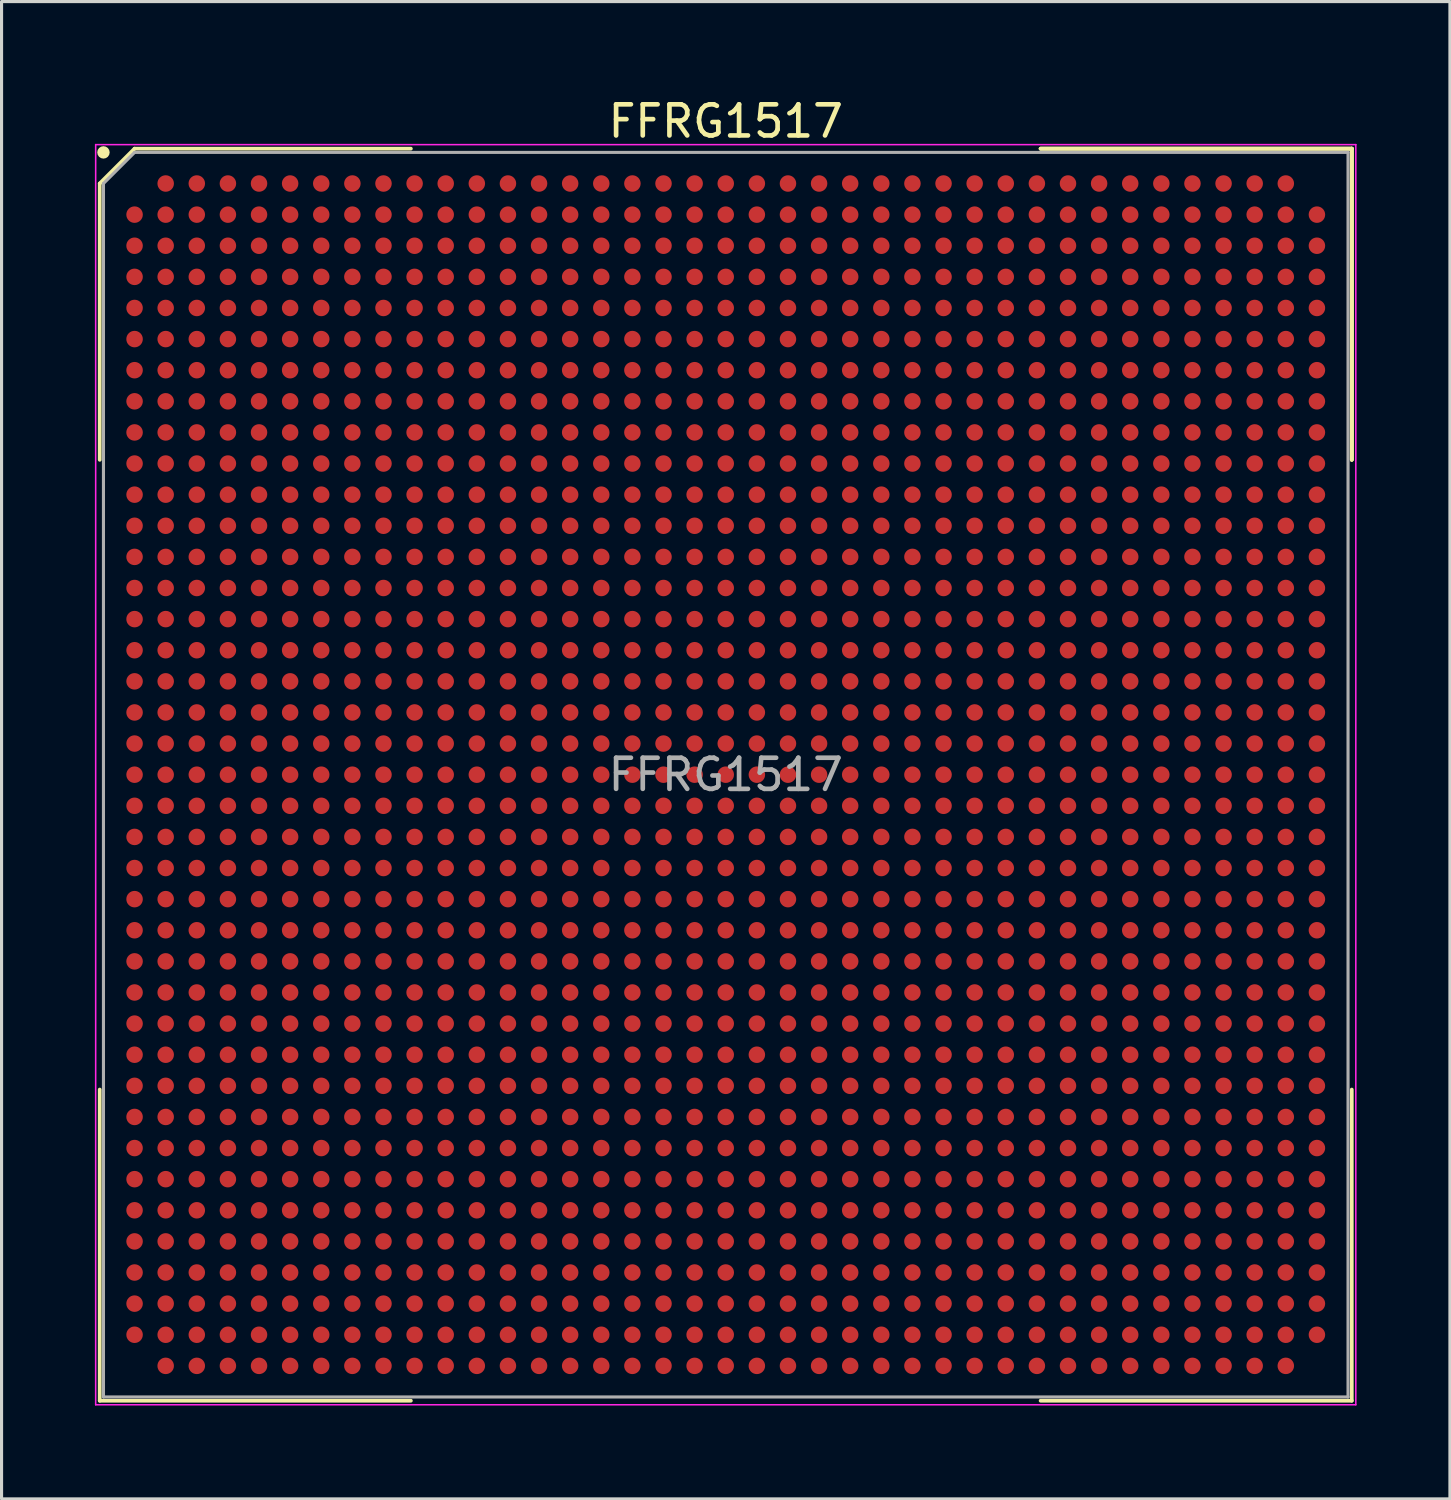
<source format=kicad_pcb>
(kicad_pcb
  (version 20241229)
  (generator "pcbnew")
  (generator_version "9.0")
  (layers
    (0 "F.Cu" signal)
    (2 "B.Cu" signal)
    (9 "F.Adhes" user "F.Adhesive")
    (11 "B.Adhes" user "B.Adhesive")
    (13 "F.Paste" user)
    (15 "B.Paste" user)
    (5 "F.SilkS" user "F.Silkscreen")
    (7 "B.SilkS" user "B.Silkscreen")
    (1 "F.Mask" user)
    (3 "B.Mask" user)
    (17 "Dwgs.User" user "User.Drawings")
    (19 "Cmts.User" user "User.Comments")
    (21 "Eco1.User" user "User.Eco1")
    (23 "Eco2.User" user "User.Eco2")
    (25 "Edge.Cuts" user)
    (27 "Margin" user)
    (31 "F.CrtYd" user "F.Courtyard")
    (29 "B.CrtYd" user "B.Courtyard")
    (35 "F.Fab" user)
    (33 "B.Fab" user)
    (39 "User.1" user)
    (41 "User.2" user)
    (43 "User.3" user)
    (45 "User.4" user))
  (footprint "FFRG1517"
    (layer "F.Cu")
    (at 20.275 21.848)
    (property "Reference" "FFRG1517" (at 0 -21 0) (layer "F.SilkS") (effects (font (size 1 1) (thickness 0.15))))
    (attr smd)
    (fp_line (start -20.12 -19) (end -20.12 -10.12) (stroke (width 0.12) (type solid)) (layer "F.SilkS"))
    (fp_line (start -20.12 20.12) (end -20.12 10.12) (stroke (width 0.12) (type solid)) (layer "F.SilkS"))
    (fp_line (start -19 -20.12) (end -20.12 -19) (stroke (width 0.12) (type solid)) (layer "F.SilkS"))
    (fp_line (start -10.12 -20.12) (end -19 -20.12) (stroke (width 0.12) (type solid)) (layer "F.SilkS"))
    (fp_line (start -10.12 20.12) (end -20.12 20.12) (stroke (width 0.12) (type solid)) (layer "F.SilkS"))
    (fp_line (start 10.12 -20.12) (end 20.12 -20.12) (stroke (width 0.12) (type solid)) (layer "F.SilkS"))
    (fp_line (start 10.12 -20.12) (end 20.12 -20.12) (stroke (width 0.12) (type solid)) (layer "F.SilkS"))
    (fp_line (start 10.12 -20.12) (end 20.12 -20.12) (stroke (width 0.12) (type solid)) (layer "F.SilkS"))
    (fp_line (start 10.12 20.12) (end 20.12 20.12) (stroke (width 0.12) (type solid)) (layer "F.SilkS"))
    (fp_line (start 20.12 -20.12) (end 20.12 -10.12) (stroke (width 0.12) (type solid)) (layer "F.SilkS"))
    (fp_line (start 20.12 -20.12) (end 20.12 -10.12) (stroke (width 0.12) (type solid)) (layer "F.SilkS"))
    (fp_line (start 20.12 -20.12) (end 20.12 -10.12) (stroke (width 0.12) (type solid)) (layer "F.SilkS"))
    (fp_line (start 20.12 20.12) (end 20.12 10.12) (stroke (width 0.12) (type solid)) (layer "F.SilkS"))
    (fp_circle (center -20 -20) (end -20 -19.9) (stroke (width 0.2) (type solid)) (fill no) (layer "F.SilkS"))
    (fp_line (start -20.25 -20.25) (end 20.25 -20.25) (stroke (width 0.05) (type solid)) (layer "F.CrtYd"))
    (fp_line (start -20.25 20.25) (end -20.25 -20.25) (stroke (width 0.05) (type solid)) (layer "F.CrtYd"))
    (fp_line (start 20.25 -20.25) (end 20.25 20.25) (stroke (width 0.05) (type solid)) (layer "F.CrtYd"))
    (fp_line (start 20.25 20.25) (end -20.25 20.25) (stroke (width 0.05) (type solid)) (layer "F.CrtYd"))
    (fp_line (start -20 -19) (end -20 20) (stroke (width 0.1) (type solid)) (layer "F.Fab"))
    (fp_line (start -20 20) (end 20 20) (stroke (width 0.1) (type solid)) (layer "F.Fab"))
    (fp_line (start -19 -20) (end -20 -19) (stroke (width 0.1) (type solid)) (layer "F.Fab"))
    (fp_line (start 20 -20) (end -19 -20) (stroke (width 0.1) (type solid)) (layer "F.Fab"))
    (fp_line (start 20 20) (end 20 -20) (stroke (width 0.1) (type solid)) (layer "F.Fab"))
    (fp_text user "${REFERENCE}" (at 0 0 0) (layer "F.Fab") (effects (font (size 1 1) (thickness 0.15))))
    (pad "A2" smd circle (at -18 -19) (size 0.53 0.53) (layers "F.Cu" "F.Mask" "F.Paste"))
    (pad "A3" smd circle (at -17 -19) (size 0.53 0.53) (layers "F.Cu" "F.Mask" "F.Paste"))
    (pad "A4" smd circle (at -16 -19) (size 0.53 0.53) (layers "F.Cu" "F.Mask" "F.Paste"))
    (pad "A5" smd circle (at -15 -19) (size 0.53 0.53) (layers "F.Cu" "F.Mask" "F.Paste"))
    (pad "A6" smd circle (at -14 -19) (size 0.53 0.53) (layers "F.Cu" "F.Mask" "F.Paste"))
    (pad "A7" smd circle (at -13 -19) (size 0.53 0.53) (layers "F.Cu" "F.Mask" "F.Paste"))
    (pad "A8" smd circle (at -12 -19) (size 0.53 0.53) (layers "F.Cu" "F.Mask" "F.Paste"))
    (pad "A9" smd circle (at -11 -19) (size 0.53 0.53) (layers "F.Cu" "F.Mask" "F.Paste"))
    (pad "A10" smd circle (at -10 -19) (size 0.53 0.53) (layers "F.Cu" "F.Mask" "F.Paste"))
    (pad "A11" smd circle (at -9 -19) (size 0.53 0.53) (layers "F.Cu" "F.Mask" "F.Paste"))
    (pad "A12" smd circle (at -8 -19) (size 0.53 0.53) (layers "F.Cu" "F.Mask" "F.Paste"))
    (pad "A13" smd circle (at -7 -19) (size 0.53 0.53) (layers "F.Cu" "F.Mask" "F.Paste"))
    (pad "A14" smd circle (at -6 -19) (size 0.53 0.53) (layers "F.Cu" "F.Mask" "F.Paste"))
    (pad "A15" smd circle (at -5 -19) (size 0.53 0.53) (layers "F.Cu" "F.Mask" "F.Paste"))
    (pad "A16" smd circle (at -4 -19) (size 0.53 0.53) (layers "F.Cu" "F.Mask" "F.Paste"))
    (pad "A17" smd circle (at -3 -19) (size 0.53 0.53) (layers "F.Cu" "F.Mask" "F.Paste"))
    (pad "A18" smd circle (at -2 -19) (size 0.53 0.53) (layers "F.Cu" "F.Mask" "F.Paste"))
    (pad "A19" smd circle (at -1 -19) (size 0.53 0.53) (layers "F.Cu" "F.Mask" "F.Paste"))
    (pad "A20" smd circle (at 0 -19) (size 0.53 0.53) (layers "F.Cu" "F.Mask" "F.Paste"))
    (pad "A21" smd circle (at 1 -19) (size 0.53 0.53) (layers "F.Cu" "F.Mask" "F.Paste"))
    (pad "A22" smd circle (at 2 -19) (size 0.53 0.53) (layers "F.Cu" "F.Mask" "F.Paste"))
    (pad "A23" smd circle (at 3 -19) (size 0.53 0.53) (layers "F.Cu" "F.Mask" "F.Paste"))
    (pad "A24" smd circle (at 4 -19) (size 0.53 0.53) (layers "F.Cu" "F.Mask" "F.Paste"))
    (pad "A25" smd circle (at 5 -19) (size 0.53 0.53) (layers "F.Cu" "F.Mask" "F.Paste"))
    (pad "A26" smd circle (at 6 -19) (size 0.53 0.53) (layers "F.Cu" "F.Mask" "F.Paste"))
    (pad "A27" smd circle (at 7 -19) (size 0.53 0.53) (layers "F.Cu" "F.Mask" "F.Paste"))
    (pad "A28" smd circle (at 8 -19) (size 0.53 0.53) (layers "F.Cu" "F.Mask" "F.Paste"))
    (pad "A29" smd circle (at 9 -19) (size 0.53 0.53) (layers "F.Cu" "F.Mask" "F.Paste"))
    (pad "A30" smd circle (at 10 -19) (size 0.53 0.53) (layers "F.Cu" "F.Mask" "F.Paste"))
    (pad "A31" smd circle (at 11 -19) (size 0.53 0.53) (layers "F.Cu" "F.Mask" "F.Paste"))
    (pad "A32" smd circle (at 12 -19) (size 0.53 0.53) (layers "F.Cu" "F.Mask" "F.Paste"))
    (pad "A33" smd circle (at 13 -19) (size 0.53 0.53) (layers "F.Cu" "F.Mask" "F.Paste"))
    (pad "A34" smd circle (at 14 -19) (size 0.53 0.53) (layers "F.Cu" "F.Mask" "F.Paste"))
    (pad "A35" smd circle (at 15 -19) (size 0.53 0.53) (layers "F.Cu" "F.Mask" "F.Paste"))
    (pad "A36" smd circle (at 16 -19) (size 0.53 0.53) (layers "F.Cu" "F.Mask" "F.Paste"))
    (pad "A37" smd circle (at 17 -19) (size 0.53 0.53) (layers "F.Cu" "F.Mask" "F.Paste"))
    (pad "A38" smd circle (at 18 -19) (size 0.53 0.53) (layers "F.Cu" "F.Mask" "F.Paste"))
    (pad "AA1" smd circle (at -19 1) (size 0.53 0.53) (layers "F.Cu" "F.Mask" "F.Paste"))
    (pad "AA2" smd circle (at -18 1) (size 0.53 0.53) (layers "F.Cu" "F.Mask" "F.Paste"))
    (pad "AA3" smd circle (at -17 1) (size 0.53 0.53) (layers "F.Cu" "F.Mask" "F.Paste"))
    (pad "AA4" smd circle (at -16 1) (size 0.53 0.53) (layers "F.Cu" "F.Mask" "F.Paste"))
    (pad "AA5" smd circle (at -15 1) (size 0.53 0.53) (layers "F.Cu" "F.Mask" "F.Paste"))
    (pad "AA6" smd circle (at -14 1) (size 0.53 0.53) (layers "F.Cu" "F.Mask" "F.Paste"))
    (pad "AA7" smd circle (at -13 1) (size 0.53 0.53) (layers "F.Cu" "F.Mask" "F.Paste"))
    (pad "AA8" smd circle (at -12 1) (size 0.53 0.53) (layers "F.Cu" "F.Mask" "F.Paste"))
    (pad "AA9" smd circle (at -11 1) (size 0.53 0.53) (layers "F.Cu" "F.Mask" "F.Paste"))
    (pad "AA10" smd circle (at -10 1) (size 0.53 0.53) (layers "F.Cu" "F.Mask" "F.Paste"))
    (pad "AA11" smd circle (at -9 1) (size 0.53 0.53) (layers "F.Cu" "F.Mask" "F.Paste"))
    (pad "AA12" smd circle (at -8 1) (size 0.53 0.53) (layers "F.Cu" "F.Mask" "F.Paste"))
    (pad "AA13" smd circle (at -7 1) (size 0.53 0.53) (layers "F.Cu" "F.Mask" "F.Paste"))
    (pad "AA14" smd circle (at -6 1) (size 0.53 0.53) (layers "F.Cu" "F.Mask" "F.Paste"))
    (pad "AA15" smd circle (at -5 1) (size 0.53 0.53) (layers "F.Cu" "F.Mask" "F.Paste"))
    (pad "AA16" smd circle (at -4 1) (size 0.53 0.53) (layers "F.Cu" "F.Mask" "F.Paste"))
    (pad "AA17" smd circle (at -3 1) (size 0.53 0.53) (layers "F.Cu" "F.Mask" "F.Paste"))
    (pad "AA18" smd circle (at -2 1) (size 0.53 0.53) (layers "F.Cu" "F.Mask" "F.Paste"))
    (pad "AA19" smd circle (at -1 1) (size 0.53 0.53) (layers "F.Cu" "F.Mask" "F.Paste"))
    (pad "AA20" smd circle (at 0 1) (size 0.53 0.53) (layers "F.Cu" "F.Mask" "F.Paste"))
    (pad "AA21" smd circle (at 1 1) (size 0.53 0.53) (layers "F.Cu" "F.Mask" "F.Paste"))
    (pad "AA22" smd circle (at 2 1) (size 0.53 0.53) (layers "F.Cu" "F.Mask" "F.Paste"))
    (pad "AA23" smd circle (at 3 1) (size 0.53 0.53) (layers "F.Cu" "F.Mask" "F.Paste"))
    (pad "AA24" smd circle (at 4 1) (size 0.53 0.53) (layers "F.Cu" "F.Mask" "F.Paste"))
    (pad "AA25" smd circle (at 5 1) (size 0.53 0.53) (layers "F.Cu" "F.Mask" "F.Paste"))
    (pad "AA26" smd circle (at 6 1) (size 0.53 0.53) (layers "F.Cu" "F.Mask" "F.Paste"))
    (pad "AA27" smd circle (at 7 1) (size 0.53 0.53) (layers "F.Cu" "F.Mask" "F.Paste"))
    (pad "AA28" smd circle (at 8 1) (size 0.53 0.53) (layers "F.Cu" "F.Mask" "F.Paste"))
    (pad "AA29" smd circle (at 9 1) (size 0.53 0.53) (layers "F.Cu" "F.Mask" "F.Paste"))
    (pad "AA30" smd circle (at 10 1) (size 0.53 0.53) (layers "F.Cu" "F.Mask" "F.Paste"))
    (pad "AA31" smd circle (at 11 1) (size 0.53 0.53) (layers "F.Cu" "F.Mask" "F.Paste"))
    (pad "AA32" smd circle (at 12 1) (size 0.53 0.53) (layers "F.Cu" "F.Mask" "F.Paste"))
    (pad "AA33" smd circle (at 13 1) (size 0.53 0.53) (layers "F.Cu" "F.Mask" "F.Paste"))
    (pad "AA34" smd circle (at 14 1) (size 0.53 0.53) (layers "F.Cu" "F.Mask" "F.Paste"))
    (pad "AA35" smd circle (at 15 1) (size 0.53 0.53) (layers "F.Cu" "F.Mask" "F.Paste"))
    (pad "AA36" smd circle (at 16 1) (size 0.53 0.53) (layers "F.Cu" "F.Mask" "F.Paste"))
    (pad "AA37" smd circle (at 17 1) (size 0.53 0.53) (layers "F.Cu" "F.Mask" "F.Paste"))
    (pad "AA38" smd circle (at 18 1) (size 0.53 0.53) (layers "F.Cu" "F.Mask" "F.Paste"))
    (pad "AA39" smd circle (at 19 1) (size 0.53 0.53) (layers "F.Cu" "F.Mask" "F.Paste"))
    (pad "AB1" smd circle (at -19 2) (size 0.53 0.53) (layers "F.Cu" "F.Mask" "F.Paste"))
    (pad "AB2" smd circle (at -18 2) (size 0.53 0.53) (layers "F.Cu" "F.Mask" "F.Paste"))
    (pad "AB3" smd circle (at -17 2) (size 0.53 0.53) (layers "F.Cu" "F.Mask" "F.Paste"))
    (pad "AB4" smd circle (at -16 2) (size 0.53 0.53) (layers "F.Cu" "F.Mask" "F.Paste"))
    (pad "AB5" smd circle (at -15 2) (size 0.53 0.53) (layers "F.Cu" "F.Mask" "F.Paste"))
    (pad "AB6" smd circle (at -14 2) (size 0.53 0.53) (layers "F.Cu" "F.Mask" "F.Paste"))
    (pad "AB7" smd circle (at -13 2) (size 0.53 0.53) (layers "F.Cu" "F.Mask" "F.Paste"))
    (pad "AB8" smd circle (at -12 2) (size 0.53 0.53) (layers "F.Cu" "F.Mask" "F.Paste"))
    (pad "AB9" smd circle (at -11 2) (size 0.53 0.53) (layers "F.Cu" "F.Mask" "F.Paste"))
    (pad "AB10" smd circle (at -10 2) (size 0.53 0.53) (layers "F.Cu" "F.Mask" "F.Paste"))
    (pad "AB11" smd circle (at -9 2) (size 0.53 0.53) (layers "F.Cu" "F.Mask" "F.Paste"))
    (pad "AB12" smd circle (at -8 2) (size 0.53 0.53) (layers "F.Cu" "F.Mask" "F.Paste"))
    (pad "AB13" smd circle (at -7 2) (size 0.53 0.53) (layers "F.Cu" "F.Mask" "F.Paste"))
    (pad "AB14" smd circle (at -6 2) (size 0.53 0.53) (layers "F.Cu" "F.Mask" "F.Paste"))
    (pad "AB15" smd circle (at -5 2) (size 0.53 0.53) (layers "F.Cu" "F.Mask" "F.Paste"))
    (pad "AB16" smd circle (at -4 2) (size 0.53 0.53) (layers "F.Cu" "F.Mask" "F.Paste"))
    (pad "AB17" smd circle (at -3 2) (size 0.53 0.53) (layers "F.Cu" "F.Mask" "F.Paste"))
    (pad "AB18" smd circle (at -2 2) (size 0.53 0.53) (layers "F.Cu" "F.Mask" "F.Paste"))
    (pad "AB19" smd circle (at -1 2) (size 0.53 0.53) (layers "F.Cu" "F.Mask" "F.Paste"))
    (pad "AB20" smd circle (at 0 2) (size 0.53 0.53) (layers "F.Cu" "F.Mask" "F.Paste"))
    (pad "AB21" smd circle (at 1 2) (size 0.53 0.53) (layers "F.Cu" "F.Mask" "F.Paste"))
    (pad "AB22" smd circle (at 2 2) (size 0.53 0.53) (layers "F.Cu" "F.Mask" "F.Paste"))
    (pad "AB23" smd circle (at 3 2) (size 0.53 0.53) (layers "F.Cu" "F.Mask" "F.Paste"))
    (pad "AB24" smd circle (at 4 2) (size 0.53 0.53) (layers "F.Cu" "F.Mask" "F.Paste"))
    (pad "AB25" smd circle (at 5 2) (size 0.53 0.53) (layers "F.Cu" "F.Mask" "F.Paste"))
    (pad "AB26" smd circle (at 6 2) (size 0.53 0.53) (layers "F.Cu" "F.Mask" "F.Paste"))
    (pad "AB27" smd circle (at 7 2) (size 0.53 0.53) (layers "F.Cu" "F.Mask" "F.Paste"))
    (pad "AB28" smd circle (at 8 2) (size 0.53 0.53) (layers "F.Cu" "F.Mask" "F.Paste"))
    (pad "AB29" smd circle (at 9 2) (size 0.53 0.53) (layers "F.Cu" "F.Mask" "F.Paste"))
    (pad "AB30" smd circle (at 10 2) (size 0.53 0.53) (layers "F.Cu" "F.Mask" "F.Paste"))
    (pad "AB31" smd circle (at 11 2) (size 0.53 0.53) (layers "F.Cu" "F.Mask" "F.Paste"))
    (pad "AB32" smd circle (at 12 2) (size 0.53 0.53) (layers "F.Cu" "F.Mask" "F.Paste"))
    (pad "AB33" smd circle (at 13 2) (size 0.53 0.53) (layers "F.Cu" "F.Mask" "F.Paste"))
    (pad "AB34" smd circle (at 14 2) (size 0.53 0.53) (layers "F.Cu" "F.Mask" "F.Paste"))
    (pad "AB35" smd circle (at 15 2) (size 0.53 0.53) (layers "F.Cu" "F.Mask" "F.Paste"))
    (pad "AB36" smd circle (at 16 2) (size 0.53 0.53) (layers "F.Cu" "F.Mask" "F.Paste"))
    (pad "AB37" smd circle (at 17 2) (size 0.53 0.53) (layers "F.Cu" "F.Mask" "F.Paste"))
    (pad "AB38" smd circle (at 18 2) (size 0.53 0.53) (layers "F.Cu" "F.Mask" "F.Paste"))
    (pad "AB39" smd circle (at 19 2) (size 0.53 0.53) (layers "F.Cu" "F.Mask" "F.Paste"))
    (pad "AC1" smd circle (at -19 3) (size 0.53 0.53) (layers "F.Cu" "F.Mask" "F.Paste"))
    (pad "AC2" smd circle (at -18 3) (size 0.53 0.53) (layers "F.Cu" "F.Mask" "F.Paste"))
    (pad "AC3" smd circle (at -17 3) (size 0.53 0.53) (layers "F.Cu" "F.Mask" "F.Paste"))
    (pad "AC4" smd circle (at -16 3) (size 0.53 0.53) (layers "F.Cu" "F.Mask" "F.Paste"))
    (pad "AC5" smd circle (at -15 3) (size 0.53 0.53) (layers "F.Cu" "F.Mask" "F.Paste"))
    (pad "AC6" smd circle (at -14 3) (size 0.53 0.53) (layers "F.Cu" "F.Mask" "F.Paste"))
    (pad "AC7" smd circle (at -13 3) (size 0.53 0.53) (layers "F.Cu" "F.Mask" "F.Paste"))
    (pad "AC8" smd circle (at -12 3) (size 0.53 0.53) (layers "F.Cu" "F.Mask" "F.Paste"))
    (pad "AC9" smd circle (at -11 3) (size 0.53 0.53) (layers "F.Cu" "F.Mask" "F.Paste"))
    (pad "AC10" smd circle (at -10 3) (size 0.53 0.53) (layers "F.Cu" "F.Mask" "F.Paste"))
    (pad "AC11" smd circle (at -9 3) (size 0.53 0.53) (layers "F.Cu" "F.Mask" "F.Paste"))
    (pad "AC12" smd circle (at -8 3) (size 0.53 0.53) (layers "F.Cu" "F.Mask" "F.Paste"))
    (pad "AC13" smd circle (at -7 3) (size 0.53 0.53) (layers "F.Cu" "F.Mask" "F.Paste"))
    (pad "AC14" smd circle (at -6 3) (size 0.53 0.53) (layers "F.Cu" "F.Mask" "F.Paste"))
    (pad "AC15" smd circle (at -5 3) (size 0.53 0.53) (layers "F.Cu" "F.Mask" "F.Paste"))
    (pad "AC16" smd circle (at -4 3) (size 0.53 0.53) (layers "F.Cu" "F.Mask" "F.Paste"))
    (pad "AC17" smd circle (at -3 3) (size 0.53 0.53) (layers "F.Cu" "F.Mask" "F.Paste"))
    (pad "AC18" smd circle (at -2 3) (size 0.53 0.53) (layers "F.Cu" "F.Mask" "F.Paste"))
    (pad "AC19" smd circle (at -1 3) (size 0.53 0.53) (layers "F.Cu" "F.Mask" "F.Paste"))
    (pad "AC20" smd circle (at 0 3) (size 0.53 0.53) (layers "F.Cu" "F.Mask" "F.Paste"))
    (pad "AC21" smd circle (at 1 3) (size 0.53 0.53) (layers "F.Cu" "F.Mask" "F.Paste"))
    (pad "AC22" smd circle (at 2 3) (size 0.53 0.53) (layers "F.Cu" "F.Mask" "F.Paste"))
    (pad "AC23" smd circle (at 3 3) (size 0.53 0.53) (layers "F.Cu" "F.Mask" "F.Paste"))
    (pad "AC24" smd circle (at 4 3) (size 0.53 0.53) (layers "F.Cu" "F.Mask" "F.Paste"))
    (pad "AC25" smd circle (at 5 3) (size 0.53 0.53) (layers "F.Cu" "F.Mask" "F.Paste"))
    (pad "AC26" smd circle (at 6 3) (size 0.53 0.53) (layers "F.Cu" "F.Mask" "F.Paste"))
    (pad "AC27" smd circle (at 7 3) (size 0.53 0.53) (layers "F.Cu" "F.Mask" "F.Paste"))
    (pad "AC28" smd circle (at 8 3) (size 0.53 0.53) (layers "F.Cu" "F.Mask" "F.Paste"))
    (pad "AC29" smd circle (at 9 3) (size 0.53 0.53) (layers "F.Cu" "F.Mask" "F.Paste"))
    (pad "AC30" smd circle (at 10 3) (size 0.53 0.53) (layers "F.Cu" "F.Mask" "F.Paste"))
    (pad "AC31" smd circle (at 11 3) (size 0.53 0.53) (layers "F.Cu" "F.Mask" "F.Paste"))
    (pad "AC32" smd circle (at 12 3) (size 0.53 0.53) (layers "F.Cu" "F.Mask" "F.Paste"))
    (pad "AC33" smd circle (at 13 3) (size 0.53 0.53) (layers "F.Cu" "F.Mask" "F.Paste"))
    (pad "AC34" smd circle (at 14 3) (size 0.53 0.53) (layers "F.Cu" "F.Mask" "F.Paste"))
    (pad "AC35" smd circle (at 15 3) (size 0.53 0.53) (layers "F.Cu" "F.Mask" "F.Paste"))
    (pad "AC36" smd circle (at 16 3) (size 0.53 0.53) (layers "F.Cu" "F.Mask" "F.Paste"))
    (pad "AC37" smd circle (at 17 3) (size 0.53 0.53) (layers "F.Cu" "F.Mask" "F.Paste"))
    (pad "AC38" smd circle (at 18 3) (size 0.53 0.53) (layers "F.Cu" "F.Mask" "F.Paste"))
    (pad "AC39" smd circle (at 19 3) (size 0.53 0.53) (layers "F.Cu" "F.Mask" "F.Paste"))
    (pad "AD1" smd circle (at -19 4) (size 0.53 0.53) (layers "F.Cu" "F.Mask" "F.Paste"))
    (pad "AD2" smd circle (at -18 4) (size 0.53 0.53) (layers "F.Cu" "F.Mask" "F.Paste"))
    (pad "AD3" smd circle (at -17 4) (size 0.53 0.53) (layers "F.Cu" "F.Mask" "F.Paste"))
    (pad "AD4" smd circle (at -16 4) (size 0.53 0.53) (layers "F.Cu" "F.Mask" "F.Paste"))
    (pad "AD5" smd circle (at -15 4) (size 0.53 0.53) (layers "F.Cu" "F.Mask" "F.Paste"))
    (pad "AD6" smd circle (at -14 4) (size 0.53 0.53) (layers "F.Cu" "F.Mask" "F.Paste"))
    (pad "AD7" smd circle (at -13 4) (size 0.53 0.53) (layers "F.Cu" "F.Mask" "F.Paste"))
    (pad "AD8" smd circle (at -12 4) (size 0.53 0.53) (layers "F.Cu" "F.Mask" "F.Paste"))
    (pad "AD9" smd circle (at -11 4) (size 0.53 0.53) (layers "F.Cu" "F.Mask" "F.Paste"))
    (pad "AD10" smd circle (at -10 4) (size 0.53 0.53) (layers "F.Cu" "F.Mask" "F.Paste"))
    (pad "AD11" smd circle (at -9 4) (size 0.53 0.53) (layers "F.Cu" "F.Mask" "F.Paste"))
    (pad "AD12" smd circle (at -8 4) (size 0.53 0.53) (layers "F.Cu" "F.Mask" "F.Paste"))
    (pad "AD13" smd circle (at -7 4) (size 0.53 0.53) (layers "F.Cu" "F.Mask" "F.Paste"))
    (pad "AD14" smd circle (at -6 4) (size 0.53 0.53) (layers "F.Cu" "F.Mask" "F.Paste"))
    (pad "AD15" smd circle (at -5 4) (size 0.53 0.53) (layers "F.Cu" "F.Mask" "F.Paste"))
    (pad "AD16" smd circle (at -4 4) (size 0.53 0.53) (layers "F.Cu" "F.Mask" "F.Paste"))
    (pad "AD17" smd circle (at -3 4) (size 0.53 0.53) (layers "F.Cu" "F.Mask" "F.Paste"))
    (pad "AD18" smd circle (at -2 4) (size 0.53 0.53) (layers "F.Cu" "F.Mask" "F.Paste"))
    (pad "AD19" smd circle (at -1 4) (size 0.53 0.53) (layers "F.Cu" "F.Mask" "F.Paste"))
    (pad "AD20" smd circle (at 0 4) (size 0.53 0.53) (layers "F.Cu" "F.Mask" "F.Paste"))
    (pad "AD21" smd circle (at 1 4) (size 0.53 0.53) (layers "F.Cu" "F.Mask" "F.Paste"))
    (pad "AD22" smd circle (at 2 4) (size 0.53 0.53) (layers "F.Cu" "F.Mask" "F.Paste"))
    (pad "AD23" smd circle (at 3 4) (size 0.53 0.53) (layers "F.Cu" "F.Mask" "F.Paste"))
    (pad "AD24" smd circle (at 4 4) (size 0.53 0.53) (layers "F.Cu" "F.Mask" "F.Paste"))
    (pad "AD25" smd circle (at 5 4) (size 0.53 0.53) (layers "F.Cu" "F.Mask" "F.Paste"))
    (pad "AD26" smd circle (at 6 4) (size 0.53 0.53) (layers "F.Cu" "F.Mask" "F.Paste"))
    (pad "AD27" smd circle (at 7 4) (size 0.53 0.53) (layers "F.Cu" "F.Mask" "F.Paste"))
    (pad "AD28" smd circle (at 8 4) (size 0.53 0.53) (layers "F.Cu" "F.Mask" "F.Paste"))
    (pad "AD29" smd circle (at 9 4) (size 0.53 0.53) (layers "F.Cu" "F.Mask" "F.Paste"))
    (pad "AD30" smd circle (at 10 4) (size 0.53 0.53) (layers "F.Cu" "F.Mask" "F.Paste"))
    (pad "AD31" smd circle (at 11 4) (size 0.53 0.53) (layers "F.Cu" "F.Mask" "F.Paste"))
    (pad "AD32" smd circle (at 12 4) (size 0.53 0.53) (layers "F.Cu" "F.Mask" "F.Paste"))
    (pad "AD33" smd circle (at 13 4) (size 0.53 0.53) (layers "F.Cu" "F.Mask" "F.Paste"))
    (pad "AD34" smd circle (at 14 4) (size 0.53 0.53) (layers "F.Cu" "F.Mask" "F.Paste"))
    (pad "AD35" smd circle (at 15 4) (size 0.53 0.53) (layers "F.Cu" "F.Mask" "F.Paste"))
    (pad "AD36" smd circle (at 16 4) (size 0.53 0.53) (layers "F.Cu" "F.Mask" "F.Paste"))
    (pad "AD37" smd circle (at 17 4) (size 0.53 0.53) (layers "F.Cu" "F.Mask" "F.Paste"))
    (pad "AD38" smd circle (at 18 4) (size 0.53 0.53) (layers "F.Cu" "F.Mask" "F.Paste"))
    (pad "AD39" smd circle (at 19 4) (size 0.53 0.53) (layers "F.Cu" "F.Mask" "F.Paste"))
    (pad "AE1" smd circle (at -19 5) (size 0.53 0.53) (layers "F.Cu" "F.Mask" "F.Paste"))
    (pad "AE2" smd circle (at -18 5) (size 0.53 0.53) (layers "F.Cu" "F.Mask" "F.Paste"))
    (pad "AE3" smd circle (at -17 5) (size 0.53 0.53) (layers "F.Cu" "F.Mask" "F.Paste"))
    (pad "AE4" smd circle (at -16 5) (size 0.53 0.53) (layers "F.Cu" "F.Mask" "F.Paste"))
    (pad "AE5" smd circle (at -15 5) (size 0.53 0.53) (layers "F.Cu" "F.Mask" "F.Paste"))
    (pad "AE6" smd circle (at -14 5) (size 0.53 0.53) (layers "F.Cu" "F.Mask" "F.Paste"))
    (pad "AE7" smd circle (at -13 5) (size 0.53 0.53) (layers "F.Cu" "F.Mask" "F.Paste"))
    (pad "AE8" smd circle (at -12 5) (size 0.53 0.53) (layers "F.Cu" "F.Mask" "F.Paste"))
    (pad "AE9" smd circle (at -11 5) (size 0.53 0.53) (layers "F.Cu" "F.Mask" "F.Paste"))
    (pad "AE10" smd circle (at -10 5) (size 0.53 0.53) (layers "F.Cu" "F.Mask" "F.Paste"))
    (pad "AE11" smd circle (at -9 5) (size 0.53 0.53) (layers "F.Cu" "F.Mask" "F.Paste"))
    (pad "AE12" smd circle (at -8 5) (size 0.53 0.53) (layers "F.Cu" "F.Mask" "F.Paste"))
    (pad "AE13" smd circle (at -7 5) (size 0.53 0.53) (layers "F.Cu" "F.Mask" "F.Paste"))
    (pad "AE14" smd circle (at -6 5) (size 0.53 0.53) (layers "F.Cu" "F.Mask" "F.Paste"))
    (pad "AE15" smd circle (at -5 5) (size 0.53 0.53) (layers "F.Cu" "F.Mask" "F.Paste"))
    (pad "AE16" smd circle (at -4 5) (size 0.53 0.53) (layers "F.Cu" "F.Mask" "F.Paste"))
    (pad "AE17" smd circle (at -3 5) (size 0.53 0.53) (layers "F.Cu" "F.Mask" "F.Paste"))
    (pad "AE18" smd circle (at -2 5) (size 0.53 0.53) (layers "F.Cu" "F.Mask" "F.Paste"))
    (pad "AE19" smd circle (at -1 5) (size 0.53 0.53) (layers "F.Cu" "F.Mask" "F.Paste"))
    (pad "AE20" smd circle (at 0 5) (size 0.53 0.53) (layers "F.Cu" "F.Mask" "F.Paste"))
    (pad "AE21" smd circle (at 1 5) (size 0.53 0.53) (layers "F.Cu" "F.Mask" "F.Paste"))
    (pad "AE22" smd circle (at 2 5) (size 0.53 0.53) (layers "F.Cu" "F.Mask" "F.Paste"))
    (pad "AE23" smd circle (at 3 5) (size 0.53 0.53) (layers "F.Cu" "F.Mask" "F.Paste"))
    (pad "AE24" smd circle (at 4 5) (size 0.53 0.53) (layers "F.Cu" "F.Mask" "F.Paste"))
    (pad "AE25" smd circle (at 5 5) (size 0.53 0.53) (layers "F.Cu" "F.Mask" "F.Paste"))
    (pad "AE26" smd circle (at 6 5) (size 0.53 0.53) (layers "F.Cu" "F.Mask" "F.Paste"))
    (pad "AE27" smd circle (at 7 5) (size 0.53 0.53) (layers "F.Cu" "F.Mask" "F.Paste"))
    (pad "AE28" smd circle (at 8 5) (size 0.53 0.53) (layers "F.Cu" "F.Mask" "F.Paste"))
    (pad "AE29" smd circle (at 9 5) (size 0.53 0.53) (layers "F.Cu" "F.Mask" "F.Paste"))
    (pad "AE30" smd circle (at 10 5) (size 0.53 0.53) (layers "F.Cu" "F.Mask" "F.Paste"))
    (pad "AE31" smd circle (at 11 5) (size 0.53 0.53) (layers "F.Cu" "F.Mask" "F.Paste"))
    (pad "AE32" smd circle (at 12 5) (size 0.53 0.53) (layers "F.Cu" "F.Mask" "F.Paste"))
    (pad "AE33" smd circle (at 13 5) (size 0.53 0.53) (layers "F.Cu" "F.Mask" "F.Paste"))
    (pad "AE34" smd circle (at 14 5) (size 0.53 0.53) (layers "F.Cu" "F.Mask" "F.Paste"))
    (pad "AE35" smd circle (at 15 5) (size 0.53 0.53) (layers "F.Cu" "F.Mask" "F.Paste"))
    (pad "AE36" smd circle (at 16 5) (size 0.53 0.53) (layers "F.Cu" "F.Mask" "F.Paste"))
    (pad "AE37" smd circle (at 17 5) (size 0.53 0.53) (layers "F.Cu" "F.Mask" "F.Paste"))
    (pad "AE38" smd circle (at 18 5) (size 0.53 0.53) (layers "F.Cu" "F.Mask" "F.Paste"))
    (pad "AE39" smd circle (at 19 5) (size 0.53 0.53) (layers "F.Cu" "F.Mask" "F.Paste"))
    (pad "AF1" smd circle (at -19 6) (size 0.53 0.53) (layers "F.Cu" "F.Mask" "F.Paste"))
    (pad "AF2" smd circle (at -18 6) (size 0.53 0.53) (layers "F.Cu" "F.Mask" "F.Paste"))
    (pad "AF3" smd circle (at -17 6) (size 0.53 0.53) (layers "F.Cu" "F.Mask" "F.Paste"))
    (pad "AF4" smd circle (at -16 6) (size 0.53 0.53) (layers "F.Cu" "F.Mask" "F.Paste"))
    (pad "AF5" smd circle (at -15 6) (size 0.53 0.53) (layers "F.Cu" "F.Mask" "F.Paste"))
    (pad "AF6" smd circle (at -14 6) (size 0.53 0.53) (layers "F.Cu" "F.Mask" "F.Paste"))
    (pad "AF7" smd circle (at -13 6) (size 0.53 0.53) (layers "F.Cu" "F.Mask" "F.Paste"))
    (pad "AF8" smd circle (at -12 6) (size 0.53 0.53) (layers "F.Cu" "F.Mask" "F.Paste"))
    (pad "AF9" smd circle (at -11 6) (size 0.53 0.53) (layers "F.Cu" "F.Mask" "F.Paste"))
    (pad "AF10" smd circle (at -10 6) (size 0.53 0.53) (layers "F.Cu" "F.Mask" "F.Paste"))
    (pad "AF11" smd circle (at -9 6) (size 0.53 0.53) (layers "F.Cu" "F.Mask" "F.Paste"))
    (pad "AF12" smd circle (at -8 6) (size 0.53 0.53) (layers "F.Cu" "F.Mask" "F.Paste"))
    (pad "AF13" smd circle (at -7 6) (size 0.53 0.53) (layers "F.Cu" "F.Mask" "F.Paste"))
    (pad "AF14" smd circle (at -6 6) (size 0.53 0.53) (layers "F.Cu" "F.Mask" "F.Paste"))
    (pad "AF15" smd circle (at -5 6) (size 0.53 0.53) (layers "F.Cu" "F.Mask" "F.Paste"))
    (pad "AF16" smd circle (at -4 6) (size 0.53 0.53) (layers "F.Cu" "F.Mask" "F.Paste"))
    (pad "AF17" smd circle (at -3 6) (size 0.53 0.53) (layers "F.Cu" "F.Mask" "F.Paste"))
    (pad "AF18" smd circle (at -2 6) (size 0.53 0.53) (layers "F.Cu" "F.Mask" "F.Paste"))
    (pad "AF19" smd circle (at -1 6) (size 0.53 0.53) (layers "F.Cu" "F.Mask" "F.Paste"))
    (pad "AF20" smd circle (at 0 6) (size 0.53 0.53) (layers "F.Cu" "F.Mask" "F.Paste"))
    (pad "AF21" smd circle (at 1 6) (size 0.53 0.53) (layers "F.Cu" "F.Mask" "F.Paste"))
    (pad "AF22" smd circle (at 2 6) (size 0.53 0.53) (layers "F.Cu" "F.Mask" "F.Paste"))
    (pad "AF23" smd circle (at 3 6) (size 0.53 0.53) (layers "F.Cu" "F.Mask" "F.Paste"))
    (pad "AF24" smd circle (at 4 6) (size 0.53 0.53) (layers "F.Cu" "F.Mask" "F.Paste"))
    (pad "AF25" smd circle (at 5 6) (size 0.53 0.53) (layers "F.Cu" "F.Mask" "F.Paste"))
    (pad "AF26" smd circle (at 6 6) (size 0.53 0.53) (layers "F.Cu" "F.Mask" "F.Paste"))
    (pad "AF27" smd circle (at 7 6) (size 0.53 0.53) (layers "F.Cu" "F.Mask" "F.Paste"))
    (pad "AF28" smd circle (at 8 6) (size 0.53 0.53) (layers "F.Cu" "F.Mask" "F.Paste"))
    (pad "AF29" smd circle (at 9 6) (size 0.53 0.53) (layers "F.Cu" "F.Mask" "F.Paste"))
    (pad "AF30" smd circle (at 10 6) (size 0.53 0.53) (layers "F.Cu" "F.Mask" "F.Paste"))
    (pad "AF31" smd circle (at 11 6) (size 0.53 0.53) (layers "F.Cu" "F.Mask" "F.Paste"))
    (pad "AF32" smd circle (at 12 6) (size 0.53 0.53) (layers "F.Cu" "F.Mask" "F.Paste"))
    (pad "AF33" smd circle (at 13 6) (size 0.53 0.53) (layers "F.Cu" "F.Mask" "F.Paste"))
    (pad "AF34" smd circle (at 14 6) (size 0.53 0.53) (layers "F.Cu" "F.Mask" "F.Paste"))
    (pad "AF35" smd circle (at 15 6) (size 0.53 0.53) (layers "F.Cu" "F.Mask" "F.Paste"))
    (pad "AF36" smd circle (at 16 6) (size 0.53 0.53) (layers "F.Cu" "F.Mask" "F.Paste"))
    (pad "AF37" smd circle (at 17 6) (size 0.53 0.53) (layers "F.Cu" "F.Mask" "F.Paste"))
    (pad "AF38" smd circle (at 18 6) (size 0.53 0.53) (layers "F.Cu" "F.Mask" "F.Paste"))
    (pad "AF39" smd circle (at 19 6) (size 0.53 0.53) (layers "F.Cu" "F.Mask" "F.Paste"))
    (pad "AG1" smd circle (at -19 7) (size 0.53 0.53) (layers "F.Cu" "F.Mask" "F.Paste"))
    (pad "AG2" smd circle (at -18 7) (size 0.53 0.53) (layers "F.Cu" "F.Mask" "F.Paste"))
    (pad "AG3" smd circle (at -17 7) (size 0.53 0.53) (layers "F.Cu" "F.Mask" "F.Paste"))
    (pad "AG4" smd circle (at -16 7) (size 0.53 0.53) (layers "F.Cu" "F.Mask" "F.Paste"))
    (pad "AG5" smd circle (at -15 7) (size 0.53 0.53) (layers "F.Cu" "F.Mask" "F.Paste"))
    (pad "AG6" smd circle (at -14 7) (size 0.53 0.53) (layers "F.Cu" "F.Mask" "F.Paste"))
    (pad "AG7" smd circle (at -13 7) (size 0.53 0.53) (layers "F.Cu" "F.Mask" "F.Paste"))
    (pad "AG8" smd circle (at -12 7) (size 0.53 0.53) (layers "F.Cu" "F.Mask" "F.Paste"))
    (pad "AG9" smd circle (at -11 7) (size 0.53 0.53) (layers "F.Cu" "F.Mask" "F.Paste"))
    (pad "AG10" smd circle (at -10 7) (size 0.53 0.53) (layers "F.Cu" "F.Mask" "F.Paste"))
    (pad "AG11" smd circle (at -9 7) (size 0.53 0.53) (layers "F.Cu" "F.Mask" "F.Paste"))
    (pad "AG12" smd circle (at -8 7) (size 0.53 0.53) (layers "F.Cu" "F.Mask" "F.Paste"))
    (pad "AG13" smd circle (at -7 7) (size 0.53 0.53) (layers "F.Cu" "F.Mask" "F.Paste"))
    (pad "AG14" smd circle (at -6 7) (size 0.53 0.53) (layers "F.Cu" "F.Mask" "F.Paste"))
    (pad "AG15" smd circle (at -5 7) (size 0.53 0.53) (layers "F.Cu" "F.Mask" "F.Paste"))
    (pad "AG16" smd circle (at -4 7) (size 0.53 0.53) (layers "F.Cu" "F.Mask" "F.Paste"))
    (pad "AG17" smd circle (at -3 7) (size 0.53 0.53) (layers "F.Cu" "F.Mask" "F.Paste"))
    (pad "AG18" smd circle (at -2 7) (size 0.53 0.53) (layers "F.Cu" "F.Mask" "F.Paste"))
    (pad "AG19" smd circle (at -1 7) (size 0.53 0.53) (layers "F.Cu" "F.Mask" "F.Paste"))
    (pad "AG20" smd circle (at 0 7) (size 0.53 0.53) (layers "F.Cu" "F.Mask" "F.Paste"))
    (pad "AG21" smd circle (at 1 7) (size 0.53 0.53) (layers "F.Cu" "F.Mask" "F.Paste"))
    (pad "AG22" smd circle (at 2 7) (size 0.53 0.53) (layers "F.Cu" "F.Mask" "F.Paste"))
    (pad "AG23" smd circle (at 3 7) (size 0.53 0.53) (layers "F.Cu" "F.Mask" "F.Paste"))
    (pad "AG24" smd circle (at 4 7) (size 0.53 0.53) (layers "F.Cu" "F.Mask" "F.Paste"))
    (pad "AG25" smd circle (at 5 7) (size 0.53 0.53) (layers "F.Cu" "F.Mask" "F.Paste"))
    (pad "AG26" smd circle (at 6 7) (size 0.53 0.53) (layers "F.Cu" "F.Mask" "F.Paste"))
    (pad "AG27" smd circle (at 7 7) (size 0.53 0.53) (layers "F.Cu" "F.Mask" "F.Paste"))
    (pad "AG28" smd circle (at 8 7) (size 0.53 0.53) (layers "F.Cu" "F.Mask" "F.Paste"))
    (pad "AG29" smd circle (at 9 7) (size 0.53 0.53) (layers "F.Cu" "F.Mask" "F.Paste"))
    (pad "AG30" smd circle (at 10 7) (size 0.53 0.53) (layers "F.Cu" "F.Mask" "F.Paste"))
    (pad "AG31" smd circle (at 11 7) (size 0.53 0.53) (layers "F.Cu" "F.Mask" "F.Paste"))
    (pad "AG32" smd circle (at 12 7) (size 0.53 0.53) (layers "F.Cu" "F.Mask" "F.Paste"))
    (pad "AG33" smd circle (at 13 7) (size 0.53 0.53) (layers "F.Cu" "F.Mask" "F.Paste"))
    (pad "AG34" smd circle (at 14 7) (size 0.53 0.53) (layers "F.Cu" "F.Mask" "F.Paste"))
    (pad "AG35" smd circle (at 15 7) (size 0.53 0.53) (layers "F.Cu" "F.Mask" "F.Paste"))
    (pad "AG36" smd circle (at 16 7) (size 0.53 0.53) (layers "F.Cu" "F.Mask" "F.Paste"))
    (pad "AG37" smd circle (at 17 7) (size 0.53 0.53) (layers "F.Cu" "F.Mask" "F.Paste"))
    (pad "AG38" smd circle (at 18 7) (size 0.53 0.53) (layers "F.Cu" "F.Mask" "F.Paste"))
    (pad "AG39" smd circle (at 19 7) (size 0.53 0.53) (layers "F.Cu" "F.Mask" "F.Paste"))
    (pad "AH1" smd circle (at -19 8) (size 0.53 0.53) (layers "F.Cu" "F.Mask" "F.Paste"))
    (pad "AH2" smd circle (at -18 8) (size 0.53 0.53) (layers "F.Cu" "F.Mask" "F.Paste"))
    (pad "AH3" smd circle (at -17 8) (size 0.53 0.53) (layers "F.Cu" "F.Mask" "F.Paste"))
    (pad "AH4" smd circle (at -16 8) (size 0.53 0.53) (layers "F.Cu" "F.Mask" "F.Paste"))
    (pad "AH5" smd circle (at -15 8) (size 0.53 0.53) (layers "F.Cu" "F.Mask" "F.Paste"))
    (pad "AH6" smd circle (at -14 8) (size 0.53 0.53) (layers "F.Cu" "F.Mask" "F.Paste"))
    (pad "AH7" smd circle (at -13 8) (size 0.53 0.53) (layers "F.Cu" "F.Mask" "F.Paste"))
    (pad "AH8" smd circle (at -12 8) (size 0.53 0.53) (layers "F.Cu" "F.Mask" "F.Paste"))
    (pad "AH9" smd circle (at -11 8) (size 0.53 0.53) (layers "F.Cu" "F.Mask" "F.Paste"))
    (pad "AH10" smd circle (at -10 8) (size 0.53 0.53) (layers "F.Cu" "F.Mask" "F.Paste"))
    (pad "AH11" smd circle (at -9 8) (size 0.53 0.53) (layers "F.Cu" "F.Mask" "F.Paste"))
    (pad "AH12" smd circle (at -8 8) (size 0.53 0.53) (layers "F.Cu" "F.Mask" "F.Paste"))
    (pad "AH13" smd circle (at -7 8) (size 0.53 0.53) (layers "F.Cu" "F.Mask" "F.Paste"))
    (pad "AH14" smd circle (at -6 8) (size 0.53 0.53) (layers "F.Cu" "F.Mask" "F.Paste"))
    (pad "AH15" smd circle (at -5 8) (size 0.53 0.53) (layers "F.Cu" "F.Mask" "F.Paste"))
    (pad "AH16" smd circle (at -4 8) (size 0.53 0.53) (layers "F.Cu" "F.Mask" "F.Paste"))
    (pad "AH17" smd circle (at -3 8) (size 0.53 0.53) (layers "F.Cu" "F.Mask" "F.Paste"))
    (pad "AH18" smd circle (at -2 8) (size 0.53 0.53) (layers "F.Cu" "F.Mask" "F.Paste"))
    (pad "AH19" smd circle (at -1 8) (size 0.53 0.53) (layers "F.Cu" "F.Mask" "F.Paste"))
    (pad "AH20" smd circle (at 0 8) (size 0.53 0.53) (layers "F.Cu" "F.Mask" "F.Paste"))
    (pad "AH21" smd circle (at 1 8) (size 0.53 0.53) (layers "F.Cu" "F.Mask" "F.Paste"))
    (pad "AH22" smd circle (at 2 8) (size 0.53 0.53) (layers "F.Cu" "F.Mask" "F.Paste"))
    (pad "AH23" smd circle (at 3 8) (size 0.53 0.53) (layers "F.Cu" "F.Mask" "F.Paste"))
    (pad "AH24" smd circle (at 4 8) (size 0.53 0.53) (layers "F.Cu" "F.Mask" "F.Paste"))
    (pad "AH25" smd circle (at 5 8) (size 0.53 0.53) (layers "F.Cu" "F.Mask" "F.Paste"))
    (pad "AH26" smd circle (at 6 8) (size 0.53 0.53) (layers "F.Cu" "F.Mask" "F.Paste"))
    (pad "AH27" smd circle (at 7 8) (size 0.53 0.53) (layers "F.Cu" "F.Mask" "F.Paste"))
    (pad "AH28" smd circle (at 8 8) (size 0.53 0.53) (layers "F.Cu" "F.Mask" "F.Paste"))
    (pad "AH29" smd circle (at 9 8) (size 0.53 0.53) (layers "F.Cu" "F.Mask" "F.Paste"))
    (pad "AH30" smd circle (at 10 8) (size 0.53 0.53) (layers "F.Cu" "F.Mask" "F.Paste"))
    (pad "AH31" smd circle (at 11 8) (size 0.53 0.53) (layers "F.Cu" "F.Mask" "F.Paste"))
    (pad "AH32" smd circle (at 12 8) (size 0.53 0.53) (layers "F.Cu" "F.Mask" "F.Paste"))
    (pad "AH33" smd circle (at 13 8) (size 0.53 0.53) (layers "F.Cu" "F.Mask" "F.Paste"))
    (pad "AH34" smd circle (at 14 8) (size 0.53 0.53) (layers "F.Cu" "F.Mask" "F.Paste"))
    (pad "AH35" smd circle (at 15 8) (size 0.53 0.53) (layers "F.Cu" "F.Mask" "F.Paste"))
    (pad "AH36" smd circle (at 16 8) (size 0.53 0.53) (layers "F.Cu" "F.Mask" "F.Paste"))
    (pad "AH37" smd circle (at 17 8) (size 0.53 0.53) (layers "F.Cu" "F.Mask" "F.Paste"))
    (pad "AH38" smd circle (at 18 8) (size 0.53 0.53) (layers "F.Cu" "F.Mask" "F.Paste"))
    (pad "AH39" smd circle (at 19 8) (size 0.53 0.53) (layers "F.Cu" "F.Mask" "F.Paste"))
    (pad "AJ1" smd circle (at -19 9) (size 0.53 0.53) (layers "F.Cu" "F.Mask" "F.Paste"))
    (pad "AJ2" smd circle (at -18 9) (size 0.53 0.53) (layers "F.Cu" "F.Mask" "F.Paste"))
    (pad "AJ3" smd circle (at -17 9) (size 0.53 0.53) (layers "F.Cu" "F.Mask" "F.Paste"))
    (pad "AJ4" smd circle (at -16 9) (size 0.53 0.53) (layers "F.Cu" "F.Mask" "F.Paste"))
    (pad "AJ5" smd circle (at -15 9) (size 0.53 0.53) (layers "F.Cu" "F.Mask" "F.Paste"))
    (pad "AJ6" smd circle (at -14 9) (size 0.53 0.53) (layers "F.Cu" "F.Mask" "F.Paste"))
    (pad "AJ7" smd circle (at -13 9) (size 0.53 0.53) (layers "F.Cu" "F.Mask" "F.Paste"))
    (pad "AJ8" smd circle (at -12 9) (size 0.53 0.53) (layers "F.Cu" "F.Mask" "F.Paste"))
    (pad "AJ9" smd circle (at -11 9) (size 0.53 0.53) (layers "F.Cu" "F.Mask" "F.Paste"))
    (pad "AJ10" smd circle (at -10 9) (size 0.53 0.53) (layers "F.Cu" "F.Mask" "F.Paste"))
    (pad "AJ11" smd circle (at -9 9) (size 0.53 0.53) (layers "F.Cu" "F.Mask" "F.Paste"))
    (pad "AJ12" smd circle (at -8 9) (size 0.53 0.53) (layers "F.Cu" "F.Mask" "F.Paste"))
    (pad "AJ13" smd circle (at -7 9) (size 0.53 0.53) (layers "F.Cu" "F.Mask" "F.Paste"))
    (pad "AJ14" smd circle (at -6 9) (size 0.53 0.53) (layers "F.Cu" "F.Mask" "F.Paste"))
    (pad "AJ15" smd circle (at -5 9) (size 0.53 0.53) (layers "F.Cu" "F.Mask" "F.Paste"))
    (pad "AJ16" smd circle (at -4 9) (size 0.53 0.53) (layers "F.Cu" "F.Mask" "F.Paste"))
    (pad "AJ17" smd circle (at -3 9) (size 0.53 0.53) (layers "F.Cu" "F.Mask" "F.Paste"))
    (pad "AJ18" smd circle (at -2 9) (size 0.53 0.53) (layers "F.Cu" "F.Mask" "F.Paste"))
    (pad "AJ19" smd circle (at -1 9) (size 0.53 0.53) (layers "F.Cu" "F.Mask" "F.Paste"))
    (pad "AJ20" smd circle (at 0 9) (size 0.53 0.53) (layers "F.Cu" "F.Mask" "F.Paste"))
    (pad "AJ21" smd circle (at 1 9) (size 0.53 0.53) (layers "F.Cu" "F.Mask" "F.Paste"))
    (pad "AJ22" smd circle (at 2 9) (size 0.53 0.53) (layers "F.Cu" "F.Mask" "F.Paste"))
    (pad "AJ23" smd circle (at 3 9) (size 0.53 0.53) (layers "F.Cu" "F.Mask" "F.Paste"))
    (pad "AJ24" smd circle (at 4 9) (size 0.53 0.53) (layers "F.Cu" "F.Mask" "F.Paste"))
    (pad "AJ25" smd circle (at 5 9) (size 0.53 0.53) (layers "F.Cu" "F.Mask" "F.Paste"))
    (pad "AJ26" smd circle (at 6 9) (size 0.53 0.53) (layers "F.Cu" "F.Mask" "F.Paste"))
    (pad "AJ27" smd circle (at 7 9) (size 0.53 0.53) (layers "F.Cu" "F.Mask" "F.Paste"))
    (pad "AJ28" smd circle (at 8 9) (size 0.53 0.53) (layers "F.Cu" "F.Mask" "F.Paste"))
    (pad "AJ29" smd circle (at 9 9) (size 0.53 0.53) (layers "F.Cu" "F.Mask" "F.Paste"))
    (pad "AJ30" smd circle (at 10 9) (size 0.53 0.53) (layers "F.Cu" "F.Mask" "F.Paste"))
    (pad "AJ31" smd circle (at 11 9) (size 0.53 0.53) (layers "F.Cu" "F.Mask" "F.Paste"))
    (pad "AJ32" smd circle (at 12 9) (size 0.53 0.53) (layers "F.Cu" "F.Mask" "F.Paste"))
    (pad "AJ33" smd circle (at 13 9) (size 0.53 0.53) (layers "F.Cu" "F.Mask" "F.Paste"))
    (pad "AJ34" smd circle (at 14 9) (size 0.53 0.53) (layers "F.Cu" "F.Mask" "F.Paste"))
    (pad "AJ35" smd circle (at 15 9) (size 0.53 0.53) (layers "F.Cu" "F.Mask" "F.Paste"))
    (pad "AJ36" smd circle (at 16 9) (size 0.53 0.53) (layers "F.Cu" "F.Mask" "F.Paste"))
    (pad "AJ37" smd circle (at 17 9) (size 0.53 0.53) (layers "F.Cu" "F.Mask" "F.Paste"))
    (pad "AJ38" smd circle (at 18 9) (size 0.53 0.53) (layers "F.Cu" "F.Mask" "F.Paste"))
    (pad "AJ39" smd circle (at 19 9) (size 0.53 0.53) (layers "F.Cu" "F.Mask" "F.Paste"))
    (pad "AK1" smd circle (at -19 10) (size 0.53 0.53) (layers "F.Cu" "F.Mask" "F.Paste"))
    (pad "AK2" smd circle (at -18 10) (size 0.53 0.53) (layers "F.Cu" "F.Mask" "F.Paste"))
    (pad "AK3" smd circle (at -17 10) (size 0.53 0.53) (layers "F.Cu" "F.Mask" "F.Paste"))
    (pad "AK4" smd circle (at -16 10) (size 0.53 0.53) (layers "F.Cu" "F.Mask" "F.Paste"))
    (pad "AK5" smd circle (at -15 10) (size 0.53 0.53) (layers "F.Cu" "F.Mask" "F.Paste"))
    (pad "AK6" smd circle (at -14 10) (size 0.53 0.53) (layers "F.Cu" "F.Mask" "F.Paste"))
    (pad "AK7" smd circle (at -13 10) (size 0.53 0.53) (layers "F.Cu" "F.Mask" "F.Paste"))
    (pad "AK8" smd circle (at -12 10) (size 0.53 0.53) (layers "F.Cu" "F.Mask" "F.Paste"))
    (pad "AK9" smd circle (at -11 10) (size 0.53 0.53) (layers "F.Cu" "F.Mask" "F.Paste"))
    (pad "AK10" smd circle (at -10 10) (size 0.53 0.53) (layers "F.Cu" "F.Mask" "F.Paste"))
    (pad "AK11" smd circle (at -9 10) (size 0.53 0.53) (layers "F.Cu" "F.Mask" "F.Paste"))
    (pad "AK12" smd circle (at -8 10) (size 0.53 0.53) (layers "F.Cu" "F.Mask" "F.Paste"))
    (pad "AK13" smd circle (at -7 10) (size 0.53 0.53) (layers "F.Cu" "F.Mask" "F.Paste"))
    (pad "AK14" smd circle (at -6 10) (size 0.53 0.53) (layers "F.Cu" "F.Mask" "F.Paste"))
    (pad "AK15" smd circle (at -5 10) (size 0.53 0.53) (layers "F.Cu" "F.Mask" "F.Paste"))
    (pad "AK16" smd circle (at -4 10) (size 0.53 0.53) (layers "F.Cu" "F.Mask" "F.Paste"))
    (pad "AK17" smd circle (at -3 10) (size 0.53 0.53) (layers "F.Cu" "F.Mask" "F.Paste"))
    (pad "AK18" smd circle (at -2 10) (size 0.53 0.53) (layers "F.Cu" "F.Mask" "F.Paste"))
    (pad "AK19" smd circle (at -1 10) (size 0.53 0.53) (layers "F.Cu" "F.Mask" "F.Paste"))
    (pad "AK20" smd circle (at 0 10) (size 0.53 0.53) (layers "F.Cu" "F.Mask" "F.Paste"))
    (pad "AK21" smd circle (at 1 10) (size 0.53 0.53) (layers "F.Cu" "F.Mask" "F.Paste"))
    (pad "AK22" smd circle (at 2 10) (size 0.53 0.53) (layers "F.Cu" "F.Mask" "F.Paste"))
    (pad "AK23" smd circle (at 3 10) (size 0.53 0.53) (layers "F.Cu" "F.Mask" "F.Paste"))
    (pad "AK24" smd circle (at 4 10) (size 0.53 0.53) (layers "F.Cu" "F.Mask" "F.Paste"))
    (pad "AK25" smd circle (at 5 10) (size 0.53 0.53) (layers "F.Cu" "F.Mask" "F.Paste"))
    (pad "AK26" smd circle (at 6 10) (size 0.53 0.53) (layers "F.Cu" "F.Mask" "F.Paste"))
    (pad "AK27" smd circle (at 7 10) (size 0.53 0.53) (layers "F.Cu" "F.Mask" "F.Paste"))
    (pad "AK28" smd circle (at 8 10) (size 0.53 0.53) (layers "F.Cu" "F.Mask" "F.Paste"))
    (pad "AK29" smd circle (at 9 10) (size 0.53 0.53) (layers "F.Cu" "F.Mask" "F.Paste"))
    (pad "AK30" smd circle (at 10 10) (size 0.53 0.53) (layers "F.Cu" "F.Mask" "F.Paste"))
    (pad "AK31" smd circle (at 11 10) (size 0.53 0.53) (layers "F.Cu" "F.Mask" "F.Paste"))
    (pad "AK32" smd circle (at 12 10) (size 0.53 0.53) (layers "F.Cu" "F.Mask" "F.Paste"))
    (pad "AK33" smd circle (at 13 10) (size 0.53 0.53) (layers "F.Cu" "F.Mask" "F.Paste"))
    (pad "AK34" smd circle (at 14 10) (size 0.53 0.53) (layers "F.Cu" "F.Mask" "F.Paste"))
    (pad "AK35" smd circle (at 15 10) (size 0.53 0.53) (layers "F.Cu" "F.Mask" "F.Paste"))
    (pad "AK36" smd circle (at 16 10) (size 0.53 0.53) (layers "F.Cu" "F.Mask" "F.Paste"))
    (pad "AK37" smd circle (at 17 10) (size 0.53 0.53) (layers "F.Cu" "F.Mask" "F.Paste"))
    (pad "AK38" smd circle (at 18 10) (size 0.53 0.53) (layers "F.Cu" "F.Mask" "F.Paste"))
    (pad "AK39" smd circle (at 19 10) (size 0.53 0.53) (layers "F.Cu" "F.Mask" "F.Paste"))
    (pad "AL1" smd circle (at -19 11) (size 0.53 0.53) (layers "F.Cu" "F.Mask" "F.Paste"))
    (pad "AL2" smd circle (at -18 11) (size 0.53 0.53) (layers "F.Cu" "F.Mask" "F.Paste"))
    (pad "AL3" smd circle (at -17 11) (size 0.53 0.53) (layers "F.Cu" "F.Mask" "F.Paste"))
    (pad "AL4" smd circle (at -16 11) (size 0.53 0.53) (layers "F.Cu" "F.Mask" "F.Paste"))
    (pad "AL5" smd circle (at -15 11) (size 0.53 0.53) (layers "F.Cu" "F.Mask" "F.Paste"))
    (pad "AL6" smd circle (at -14 11) (size 0.53 0.53) (layers "F.Cu" "F.Mask" "F.Paste"))
    (pad "AL7" smd circle (at -13 11) (size 0.53 0.53) (layers "F.Cu" "F.Mask" "F.Paste"))
    (pad "AL8" smd circle (at -12 11) (size 0.53 0.53) (layers "F.Cu" "F.Mask" "F.Paste"))
    (pad "AL9" smd circle (at -11 11) (size 0.53 0.53) (layers "F.Cu" "F.Mask" "F.Paste"))
    (pad "AL10" smd circle (at -10 11) (size 0.53 0.53) (layers "F.Cu" "F.Mask" "F.Paste"))
    (pad "AL11" smd circle (at -9 11) (size 0.53 0.53) (layers "F.Cu" "F.Mask" "F.Paste"))
    (pad "AL12" smd circle (at -8 11) (size 0.53 0.53) (layers "F.Cu" "F.Mask" "F.Paste"))
    (pad "AL13" smd circle (at -7 11) (size 0.53 0.53) (layers "F.Cu" "F.Mask" "F.Paste"))
    (pad "AL14" smd circle (at -6 11) (size 0.53 0.53) (layers "F.Cu" "F.Mask" "F.Paste"))
    (pad "AL15" smd circle (at -5 11) (size 0.53 0.53) (layers "F.Cu" "F.Mask" "F.Paste"))
    (pad "AL16" smd circle (at -4 11) (size 0.53 0.53) (layers "F.Cu" "F.Mask" "F.Paste"))
    (pad "AL17" smd circle (at -3 11) (size 0.53 0.53) (layers "F.Cu" "F.Mask" "F.Paste"))
    (pad "AL18" smd circle (at -2 11) (size 0.53 0.53) (layers "F.Cu" "F.Mask" "F.Paste"))
    (pad "AL19" smd circle (at -1 11) (size 0.53 0.53) (layers "F.Cu" "F.Mask" "F.Paste"))
    (pad "AL20" smd circle (at 0 11) (size 0.53 0.53) (layers "F.Cu" "F.Mask" "F.Paste"))
    (pad "AL21" smd circle (at 1 11) (size 0.53 0.53) (layers "F.Cu" "F.Mask" "F.Paste"))
    (pad "AL22" smd circle (at 2 11) (size 0.53 0.53) (layers "F.Cu" "F.Mask" "F.Paste"))
    (pad "AL23" smd circle (at 3 11) (size 0.53 0.53) (layers "F.Cu" "F.Mask" "F.Paste"))
    (pad "AL24" smd circle (at 4 11) (size 0.53 0.53) (layers "F.Cu" "F.Mask" "F.Paste"))
    (pad "AL25" smd circle (at 5 11) (size 0.53 0.53) (layers "F.Cu" "F.Mask" "F.Paste"))
    (pad "AL26" smd circle (at 6 11) (size 0.53 0.53) (layers "F.Cu" "F.Mask" "F.Paste"))
    (pad "AL27" smd circle (at 7 11) (size 0.53 0.53) (layers "F.Cu" "F.Mask" "F.Paste"))
    (pad "AL28" smd circle (at 8 11) (size 0.53 0.53) (layers "F.Cu" "F.Mask" "F.Paste"))
    (pad "AL29" smd circle (at 9 11) (size 0.53 0.53) (layers "F.Cu" "F.Mask" "F.Paste"))
    (pad "AL30" smd circle (at 10 11) (size 0.53 0.53) (layers "F.Cu" "F.Mask" "F.Paste"))
    (pad "AL31" smd circle (at 11 11) (size 0.53 0.53) (layers "F.Cu" "F.Mask" "F.Paste"))
    (pad "AL32" smd circle (at 12 11) (size 0.53 0.53) (layers "F.Cu" "F.Mask" "F.Paste"))
    (pad "AL33" smd circle (at 13 11) (size 0.53 0.53) (layers "F.Cu" "F.Mask" "F.Paste"))
    (pad "AL34" smd circle (at 14 11) (size 0.53 0.53) (layers "F.Cu" "F.Mask" "F.Paste"))
    (pad "AL35" smd circle (at 15 11) (size 0.53 0.53) (layers "F.Cu" "F.Mask" "F.Paste"))
    (pad "AL36" smd circle (at 16 11) (size 0.53 0.53) (layers "F.Cu" "F.Mask" "F.Paste"))
    (pad "AL37" smd circle (at 17 11) (size 0.53 0.53) (layers "F.Cu" "F.Mask" "F.Paste"))
    (pad "AL38" smd circle (at 18 11) (size 0.53 0.53) (layers "F.Cu" "F.Mask" "F.Paste"))
    (pad "AL39" smd circle (at 19 11) (size 0.53 0.53) (layers "F.Cu" "F.Mask" "F.Paste"))
    (pad "AM1" smd circle (at -19 12) (size 0.53 0.53) (layers "F.Cu" "F.Mask" "F.Paste"))
    (pad "AM2" smd circle (at -18 12) (size 0.53 0.53) (layers "F.Cu" "F.Mask" "F.Paste"))
    (pad "AM3" smd circle (at -17 12) (size 0.53 0.53) (layers "F.Cu" "F.Mask" "F.Paste"))
    (pad "AM4" smd circle (at -16 12) (size 0.53 0.53) (layers "F.Cu" "F.Mask" "F.Paste"))
    (pad "AM5" smd circle (at -15 12) (size 0.53 0.53) (layers "F.Cu" "F.Mask" "F.Paste"))
    (pad "AM6" smd circle (at -14 12) (size 0.53 0.53) (layers "F.Cu" "F.Mask" "F.Paste"))
    (pad "AM7" smd circle (at -13 12) (size 0.53 0.53) (layers "F.Cu" "F.Mask" "F.Paste"))
    (pad "AM8" smd circle (at -12 12) (size 0.53 0.53) (layers "F.Cu" "F.Mask" "F.Paste"))
    (pad "AM9" smd circle (at -11 12) (size 0.53 0.53) (layers "F.Cu" "F.Mask" "F.Paste"))
    (pad "AM10" smd circle (at -10 12) (size 0.53 0.53) (layers "F.Cu" "F.Mask" "F.Paste"))
    (pad "AM11" smd circle (at -9 12) (size 0.53 0.53) (layers "F.Cu" "F.Mask" "F.Paste"))
    (pad "AM12" smd circle (at -8 12) (size 0.53 0.53) (layers "F.Cu" "F.Mask" "F.Paste"))
    (pad "AM13" smd circle (at -7 12) (size 0.53 0.53) (layers "F.Cu" "F.Mask" "F.Paste"))
    (pad "AM14" smd circle (at -6 12) (size 0.53 0.53) (layers "F.Cu" "F.Mask" "F.Paste"))
    (pad "AM15" smd circle (at -5 12) (size 0.53 0.53) (layers "F.Cu" "F.Mask" "F.Paste"))
    (pad "AM16" smd circle (at -4 12) (size 0.53 0.53) (layers "F.Cu" "F.Mask" "F.Paste"))
    (pad "AM17" smd circle (at -3 12) (size 0.53 0.53) (layers "F.Cu" "F.Mask" "F.Paste"))
    (pad "AM18" smd circle (at -2 12) (size 0.53 0.53) (layers "F.Cu" "F.Mask" "F.Paste"))
    (pad "AM19" smd circle (at -1 12) (size 0.53 0.53) (layers "F.Cu" "F.Mask" "F.Paste"))
    (pad "AM20" smd circle (at 0 12) (size 0.53 0.53) (layers "F.Cu" "F.Mask" "F.Paste"))
    (pad "AM21" smd circle (at 1 12) (size 0.53 0.53) (layers "F.Cu" "F.Mask" "F.Paste"))
    (pad "AM22" smd circle (at 2 12) (size 0.53 0.53) (layers "F.Cu" "F.Mask" "F.Paste"))
    (pad "AM23" smd circle (at 3 12) (size 0.53 0.53) (layers "F.Cu" "F.Mask" "F.Paste"))
    (pad "AM24" smd circle (at 4 12) (size 0.53 0.53) (layers "F.Cu" "F.Mask" "F.Paste"))
    (pad "AM25" smd circle (at 5 12) (size 0.53 0.53) (layers "F.Cu" "F.Mask" "F.Paste"))
    (pad "AM26" smd circle (at 6 12) (size 0.53 0.53) (layers "F.Cu" "F.Mask" "F.Paste"))
    (pad "AM27" smd circle (at 7 12) (size 0.53 0.53) (layers "F.Cu" "F.Mask" "F.Paste"))
    (pad "AM28" smd circle (at 8 12) (size 0.53 0.53) (layers "F.Cu" "F.Mask" "F.Paste"))
    (pad "AM29" smd circle (at 9 12) (size 0.53 0.53) (layers "F.Cu" "F.Mask" "F.Paste"))
    (pad "AM30" smd circle (at 10 12) (size 0.53 0.53) (layers "F.Cu" "F.Mask" "F.Paste"))
    (pad "AM31" smd circle (at 11 12) (size 0.53 0.53) (layers "F.Cu" "F.Mask" "F.Paste"))
    (pad "AM32" smd circle (at 12 12) (size 0.53 0.53) (layers "F.Cu" "F.Mask" "F.Paste"))
    (pad "AM33" smd circle (at 13 12) (size 0.53 0.53) (layers "F.Cu" "F.Mask" "F.Paste"))
    (pad "AM34" smd circle (at 14 12) (size 0.53 0.53) (layers "F.Cu" "F.Mask" "F.Paste"))
    (pad "AM35" smd circle (at 15 12) (size 0.53 0.53) (layers "F.Cu" "F.Mask" "F.Paste"))
    (pad "AM36" smd circle (at 16 12) (size 0.53 0.53) (layers "F.Cu" "F.Mask" "F.Paste"))
    (pad "AM37" smd circle (at 17 12) (size 0.53 0.53) (layers "F.Cu" "F.Mask" "F.Paste"))
    (pad "AM38" smd circle (at 18 12) (size 0.53 0.53) (layers "F.Cu" "F.Mask" "F.Paste"))
    (pad "AM39" smd circle (at 19 12) (size 0.53 0.53) (layers "F.Cu" "F.Mask" "F.Paste"))
    (pad "AN1" smd circle (at -19 13) (size 0.53 0.53) (layers "F.Cu" "F.Mask" "F.Paste"))
    (pad "AN2" smd circle (at -18 13) (size 0.53 0.53) (layers "F.Cu" "F.Mask" "F.Paste"))
    (pad "AN3" smd circle (at -17 13) (size 0.53 0.53) (layers "F.Cu" "F.Mask" "F.Paste"))
    (pad "AN4" smd circle (at -16 13) (size 0.53 0.53) (layers "F.Cu" "F.Mask" "F.Paste"))
    (pad "AN5" smd circle (at -15 13) (size 0.53 0.53) (layers "F.Cu" "F.Mask" "F.Paste"))
    (pad "AN6" smd circle (at -14 13) (size 0.53 0.53) (layers "F.Cu" "F.Mask" "F.Paste"))
    (pad "AN7" smd circle (at -13 13) (size 0.53 0.53) (layers "F.Cu" "F.Mask" "F.Paste"))
    (pad "AN8" smd circle (at -12 13) (size 0.53 0.53) (layers "F.Cu" "F.Mask" "F.Paste"))
    (pad "AN9" smd circle (at -11 13) (size 0.53 0.53) (layers "F.Cu" "F.Mask" "F.Paste"))
    (pad "AN10" smd circle (at -10 13) (size 0.53 0.53) (layers "F.Cu" "F.Mask" "F.Paste"))
    (pad "AN11" smd circle (at -9 13) (size 0.53 0.53) (layers "F.Cu" "F.Mask" "F.Paste"))
    (pad "AN12" smd circle (at -8 13) (size 0.53 0.53) (layers "F.Cu" "F.Mask" "F.Paste"))
    (pad "AN13" smd circle (at -7 13) (size 0.53 0.53) (layers "F.Cu" "F.Mask" "F.Paste"))
    (pad "AN14" smd circle (at -6 13) (size 0.53 0.53) (layers "F.Cu" "F.Mask" "F.Paste"))
    (pad "AN15" smd circle (at -5 13) (size 0.53 0.53) (layers "F.Cu" "F.Mask" "F.Paste"))
    (pad "AN16" smd circle (at -4 13) (size 0.53 0.53) (layers "F.Cu" "F.Mask" "F.Paste"))
    (pad "AN17" smd circle (at -3 13) (size 0.53 0.53) (layers "F.Cu" "F.Mask" "F.Paste"))
    (pad "AN18" smd circle (at -2 13) (size 0.53 0.53) (layers "F.Cu" "F.Mask" "F.Paste"))
    (pad "AN19" smd circle (at -1 13) (size 0.53 0.53) (layers "F.Cu" "F.Mask" "F.Paste"))
    (pad "AN20" smd circle (at 0 13) (size 0.53 0.53) (layers "F.Cu" "F.Mask" "F.Paste"))
    (pad "AN21" smd circle (at 1 13) (size 0.53 0.53) (layers "F.Cu" "F.Mask" "F.Paste"))
    (pad "AN22" smd circle (at 2 13) (size 0.53 0.53) (layers "F.Cu" "F.Mask" "F.Paste"))
    (pad "AN23" smd circle (at 3 13) (size 0.53 0.53) (layers "F.Cu" "F.Mask" "F.Paste"))
    (pad "AN24" smd circle (at 4 13) (size 0.53 0.53) (layers "F.Cu" "F.Mask" "F.Paste"))
    (pad "AN25" smd circle (at 5 13) (size 0.53 0.53) (layers "F.Cu" "F.Mask" "F.Paste"))
    (pad "AN26" smd circle (at 6 13) (size 0.53 0.53) (layers "F.Cu" "F.Mask" "F.Paste"))
    (pad "AN27" smd circle (at 7 13) (size 0.53 0.53) (layers "F.Cu" "F.Mask" "F.Paste"))
    (pad "AN28" smd circle (at 8 13) (size 0.53 0.53) (layers "F.Cu" "F.Mask" "F.Paste"))
    (pad "AN29" smd circle (at 9 13) (size 0.53 0.53) (layers "F.Cu" "F.Mask" "F.Paste"))
    (pad "AN30" smd circle (at 10 13) (size 0.53 0.53) (layers "F.Cu" "F.Mask" "F.Paste"))
    (pad "AN31" smd circle (at 11 13) (size 0.53 0.53) (layers "F.Cu" "F.Mask" "F.Paste"))
    (pad "AN32" smd circle (at 12 13) (size 0.53 0.53) (layers "F.Cu" "F.Mask" "F.Paste"))
    (pad "AN33" smd circle (at 13 13) (size 0.53 0.53) (layers "F.Cu" "F.Mask" "F.Paste"))
    (pad "AN34" smd circle (at 14 13) (size 0.53 0.53) (layers "F.Cu" "F.Mask" "F.Paste"))
    (pad "AN35" smd circle (at 15 13) (size 0.53 0.53) (layers "F.Cu" "F.Mask" "F.Paste"))
    (pad "AN36" smd circle (at 16 13) (size 0.53 0.53) (layers "F.Cu" "F.Mask" "F.Paste"))
    (pad "AN37" smd circle (at 17 13) (size 0.53 0.53) (layers "F.Cu" "F.Mask" "F.Paste"))
    (pad "AN38" smd circle (at 18 13) (size 0.53 0.53) (layers "F.Cu" "F.Mask" "F.Paste"))
    (pad "AN39" smd circle (at 19 13) (size 0.53 0.53) (layers "F.Cu" "F.Mask" "F.Paste"))
    (pad "AP1" smd circle (at -19 14) (size 0.53 0.53) (layers "F.Cu" "F.Mask" "F.Paste"))
    (pad "AP2" smd circle (at -18 14) (size 0.53 0.53) (layers "F.Cu" "F.Mask" "F.Paste"))
    (pad "AP3" smd circle (at -17 14) (size 0.53 0.53) (layers "F.Cu" "F.Mask" "F.Paste"))
    (pad "AP4" smd circle (at -16 14) (size 0.53 0.53) (layers "F.Cu" "F.Mask" "F.Paste"))
    (pad "AP5" smd circle (at -15 14) (size 0.53 0.53) (layers "F.Cu" "F.Mask" "F.Paste"))
    (pad "AP6" smd circle (at -14 14) (size 0.53 0.53) (layers "F.Cu" "F.Mask" "F.Paste"))
    (pad "AP7" smd circle (at -13 14) (size 0.53 0.53) (layers "F.Cu" "F.Mask" "F.Paste"))
    (pad "AP8" smd circle (at -12 14) (size 0.53 0.53) (layers "F.Cu" "F.Mask" "F.Paste"))
    (pad "AP9" smd circle (at -11 14) (size 0.53 0.53) (layers "F.Cu" "F.Mask" "F.Paste"))
    (pad "AP10" smd circle (at -10 14) (size 0.53 0.53) (layers "F.Cu" "F.Mask" "F.Paste"))
    (pad "AP11" smd circle (at -9 14) (size 0.53 0.53) (layers "F.Cu" "F.Mask" "F.Paste"))
    (pad "AP12" smd circle (at -8 14) (size 0.53 0.53) (layers "F.Cu" "F.Mask" "F.Paste"))
    (pad "AP13" smd circle (at -7 14) (size 0.53 0.53) (layers "F.Cu" "F.Mask" "F.Paste"))
    (pad "AP14" smd circle (at -6 14) (size 0.53 0.53) (layers "F.Cu" "F.Mask" "F.Paste"))
    (pad "AP15" smd circle (at -5 14) (size 0.53 0.53) (layers "F.Cu" "F.Mask" "F.Paste"))
    (pad "AP16" smd circle (at -4 14) (size 0.53 0.53) (layers "F.Cu" "F.Mask" "F.Paste"))
    (pad "AP17" smd circle (at -3 14) (size 0.53 0.53) (layers "F.Cu" "F.Mask" "F.Paste"))
    (pad "AP18" smd circle (at -2 14) (size 0.53 0.53) (layers "F.Cu" "F.Mask" "F.Paste"))
    (pad "AP19" smd circle (at -1 14) (size 0.53 0.53) (layers "F.Cu" "F.Mask" "F.Paste"))
    (pad "AP20" smd circle (at 0 14) (size 0.53 0.53) (layers "F.Cu" "F.Mask" "F.Paste"))
    (pad "AP21" smd circle (at 1 14) (size 0.53 0.53) (layers "F.Cu" "F.Mask" "F.Paste"))
    (pad "AP22" smd circle (at 2 14) (size 0.53 0.53) (layers "F.Cu" "F.Mask" "F.Paste"))
    (pad "AP23" smd circle (at 3 14) (size 0.53 0.53) (layers "F.Cu" "F.Mask" "F.Paste"))
    (pad "AP24" smd circle (at 4 14) (size 0.53 0.53) (layers "F.Cu" "F.Mask" "F.Paste"))
    (pad "AP25" smd circle (at 5 14) (size 0.53 0.53) (layers "F.Cu" "F.Mask" "F.Paste"))
    (pad "AP26" smd circle (at 6 14) (size 0.53 0.53) (layers "F.Cu" "F.Mask" "F.Paste"))
    (pad "AP27" smd circle (at 7 14) (size 0.53 0.53) (layers "F.Cu" "F.Mask" "F.Paste"))
    (pad "AP28" smd circle (at 8 14) (size 0.53 0.53) (layers "F.Cu" "F.Mask" "F.Paste"))
    (pad "AP29" smd circle (at 9 14) (size 0.53 0.53) (layers "F.Cu" "F.Mask" "F.Paste"))
    (pad "AP30" smd circle (at 10 14) (size 0.53 0.53) (layers "F.Cu" "F.Mask" "F.Paste"))
    (pad "AP31" smd circle (at 11 14) (size 0.53 0.53) (layers "F.Cu" "F.Mask" "F.Paste"))
    (pad "AP32" smd circle (at 12 14) (size 0.53 0.53) (layers "F.Cu" "F.Mask" "F.Paste"))
    (pad "AP33" smd circle (at 13 14) (size 0.53 0.53) (layers "F.Cu" "F.Mask" "F.Paste"))
    (pad "AP34" smd circle (at 14 14) (size 0.53 0.53) (layers "F.Cu" "F.Mask" "F.Paste"))
    (pad "AP35" smd circle (at 15 14) (size 0.53 0.53) (layers "F.Cu" "F.Mask" "F.Paste"))
    (pad "AP36" smd circle (at 16 14) (size 0.53 0.53) (layers "F.Cu" "F.Mask" "F.Paste"))
    (pad "AP37" smd circle (at 17 14) (size 0.53 0.53) (layers "F.Cu" "F.Mask" "F.Paste"))
    (pad "AP38" smd circle (at 18 14) (size 0.53 0.53) (layers "F.Cu" "F.Mask" "F.Paste"))
    (pad "AP39" smd circle (at 19 14) (size 0.53 0.53) (layers "F.Cu" "F.Mask" "F.Paste"))
    (pad "AR1" smd circle (at -19 15) (size 0.53 0.53) (layers "F.Cu" "F.Mask" "F.Paste"))
    (pad "AR2" smd circle (at -18 15) (size 0.53 0.53) (layers "F.Cu" "F.Mask" "F.Paste"))
    (pad "AR3" smd circle (at -17 15) (size 0.53 0.53) (layers "F.Cu" "F.Mask" "F.Paste"))
    (pad "AR4" smd circle (at -16 15) (size 0.53 0.53) (layers "F.Cu" "F.Mask" "F.Paste"))
    (pad "AR5" smd circle (at -15 15) (size 0.53 0.53) (layers "F.Cu" "F.Mask" "F.Paste"))
    (pad "AR6" smd circle (at -14 15) (size 0.53 0.53) (layers "F.Cu" "F.Mask" "F.Paste"))
    (pad "AR7" smd circle (at -13 15) (size 0.53 0.53) (layers "F.Cu" "F.Mask" "F.Paste"))
    (pad "AR8" smd circle (at -12 15) (size 0.53 0.53) (layers "F.Cu" "F.Mask" "F.Paste"))
    (pad "AR9" smd circle (at -11 15) (size 0.53 0.53) (layers "F.Cu" "F.Mask" "F.Paste"))
    (pad "AR10" smd circle (at -10 15) (size 0.53 0.53) (layers "F.Cu" "F.Mask" "F.Paste"))
    (pad "AR11" smd circle (at -9 15) (size 0.53 0.53) (layers "F.Cu" "F.Mask" "F.Paste"))
    (pad "AR12" smd circle (at -8 15) (size 0.53 0.53) (layers "F.Cu" "F.Mask" "F.Paste"))
    (pad "AR13" smd circle (at -7 15) (size 0.53 0.53) (layers "F.Cu" "F.Mask" "F.Paste"))
    (pad "AR14" smd circle (at -6 15) (size 0.53 0.53) (layers "F.Cu" "F.Mask" "F.Paste"))
    (pad "AR15" smd circle (at -5 15) (size 0.53 0.53) (layers "F.Cu" "F.Mask" "F.Paste"))
    (pad "AR16" smd circle (at -4 15) (size 0.53 0.53) (layers "F.Cu" "F.Mask" "F.Paste"))
    (pad "AR17" smd circle (at -3 15) (size 0.53 0.53) (layers "F.Cu" "F.Mask" "F.Paste"))
    (pad "AR18" smd circle (at -2 15) (size 0.53 0.53) (layers "F.Cu" "F.Mask" "F.Paste"))
    (pad "AR19" smd circle (at -1 15) (size 0.53 0.53) (layers "F.Cu" "F.Mask" "F.Paste"))
    (pad "AR20" smd circle (at 0 15) (size 0.53 0.53) (layers "F.Cu" "F.Mask" "F.Paste"))
    (pad "AR21" smd circle (at 1 15) (size 0.53 0.53) (layers "F.Cu" "F.Mask" "F.Paste"))
    (pad "AR22" smd circle (at 2 15) (size 0.53 0.53) (layers "F.Cu" "F.Mask" "F.Paste"))
    (pad "AR23" smd circle (at 3 15) (size 0.53 0.53) (layers "F.Cu" "F.Mask" "F.Paste"))
    (pad "AR24" smd circle (at 4 15) (size 0.53 0.53) (layers "F.Cu" "F.Mask" "F.Paste"))
    (pad "AR25" smd circle (at 5 15) (size 0.53 0.53) (layers "F.Cu" "F.Mask" "F.Paste"))
    (pad "AR26" smd circle (at 6 15) (size 0.53 0.53) (layers "F.Cu" "F.Mask" "F.Paste"))
    (pad "AR27" smd circle (at 7 15) (size 0.53 0.53) (layers "F.Cu" "F.Mask" "F.Paste"))
    (pad "AR28" smd circle (at 8 15) (size 0.53 0.53) (layers "F.Cu" "F.Mask" "F.Paste"))
    (pad "AR29" smd circle (at 9 15) (size 0.53 0.53) (layers "F.Cu" "F.Mask" "F.Paste"))
    (pad "AR30" smd circle (at 10 15) (size 0.53 0.53) (layers "F.Cu" "F.Mask" "F.Paste"))
    (pad "AR31" smd circle (at 11 15) (size 0.53 0.53) (layers "F.Cu" "F.Mask" "F.Paste"))
    (pad "AR32" smd circle (at 12 15) (size 0.53 0.53) (layers "F.Cu" "F.Mask" "F.Paste"))
    (pad "AR33" smd circle (at 13 15) (size 0.53 0.53) (layers "F.Cu" "F.Mask" "F.Paste"))
    (pad "AR34" smd circle (at 14 15) (size 0.53 0.53) (layers "F.Cu" "F.Mask" "F.Paste"))
    (pad "AR35" smd circle (at 15 15) (size 0.53 0.53) (layers "F.Cu" "F.Mask" "F.Paste"))
    (pad "AR36" smd circle (at 16 15) (size 0.53 0.53) (layers "F.Cu" "F.Mask" "F.Paste"))
    (pad "AR37" smd circle (at 17 15) (size 0.53 0.53) (layers "F.Cu" "F.Mask" "F.Paste"))
    (pad "AR38" smd circle (at 18 15) (size 0.53 0.53) (layers "F.Cu" "F.Mask" "F.Paste"))
    (pad "AR39" smd circle (at 19 15) (size 0.53 0.53) (layers "F.Cu" "F.Mask" "F.Paste"))
    (pad "AT1" smd circle (at -19 16) (size 0.53 0.53) (layers "F.Cu" "F.Mask" "F.Paste"))
    (pad "AT2" smd circle (at -18 16) (size 0.53 0.53) (layers "F.Cu" "F.Mask" "F.Paste"))
    (pad "AT3" smd circle (at -17 16) (size 0.53 0.53) (layers "F.Cu" "F.Mask" "F.Paste"))
    (pad "AT4" smd circle (at -16 16) (size 0.53 0.53) (layers "F.Cu" "F.Mask" "F.Paste"))
    (pad "AT5" smd circle (at -15 16) (size 0.53 0.53) (layers "F.Cu" "F.Mask" "F.Paste"))
    (pad "AT6" smd circle (at -14 16) (size 0.53 0.53) (layers "F.Cu" "F.Mask" "F.Paste"))
    (pad "AT7" smd circle (at -13 16) (size 0.53 0.53) (layers "F.Cu" "F.Mask" "F.Paste"))
    (pad "AT8" smd circle (at -12 16) (size 0.53 0.53) (layers "F.Cu" "F.Mask" "F.Paste"))
    (pad "AT9" smd circle (at -11 16) (size 0.53 0.53) (layers "F.Cu" "F.Mask" "F.Paste"))
    (pad "AT10" smd circle (at -10 16) (size 0.53 0.53) (layers "F.Cu" "F.Mask" "F.Paste"))
    (pad "AT11" smd circle (at -9 16) (size 0.53 0.53) (layers "F.Cu" "F.Mask" "F.Paste"))
    (pad "AT12" smd circle (at -8 16) (size 0.53 0.53) (layers "F.Cu" "F.Mask" "F.Paste"))
    (pad "AT13" smd circle (at -7 16) (size 0.53 0.53) (layers "F.Cu" "F.Mask" "F.Paste"))
    (pad "AT14" smd circle (at -6 16) (size 0.53 0.53) (layers "F.Cu" "F.Mask" "F.Paste"))
    (pad "AT15" smd circle (at -5 16) (size 0.53 0.53) (layers "F.Cu" "F.Mask" "F.Paste"))
    (pad "AT16" smd circle (at -4 16) (size 0.53 0.53) (layers "F.Cu" "F.Mask" "F.Paste"))
    (pad "AT17" smd circle (at -3 16) (size 0.53 0.53) (layers "F.Cu" "F.Mask" "F.Paste"))
    (pad "AT18" smd circle (at -2 16) (size 0.53 0.53) (layers "F.Cu" "F.Mask" "F.Paste"))
    (pad "AT19" smd circle (at -1 16) (size 0.53 0.53) (layers "F.Cu" "F.Mask" "F.Paste"))
    (pad "AT20" smd circle (at 0 16) (size 0.53 0.53) (layers "F.Cu" "F.Mask" "F.Paste"))
    (pad "AT21" smd circle (at 1 16) (size 0.53 0.53) (layers "F.Cu" "F.Mask" "F.Paste"))
    (pad "AT22" smd circle (at 2 16) (size 0.53 0.53) (layers "F.Cu" "F.Mask" "F.Paste"))
    (pad "AT23" smd circle (at 3 16) (size 0.53 0.53) (layers "F.Cu" "F.Mask" "F.Paste"))
    (pad "AT24" smd circle (at 4 16) (size 0.53 0.53) (layers "F.Cu" "F.Mask" "F.Paste"))
    (pad "AT25" smd circle (at 5 16) (size 0.53 0.53) (layers "F.Cu" "F.Mask" "F.Paste"))
    (pad "AT26" smd circle (at 6 16) (size 0.53 0.53) (layers "F.Cu" "F.Mask" "F.Paste"))
    (pad "AT27" smd circle (at 7 16) (size 0.53 0.53) (layers "F.Cu" "F.Mask" "F.Paste"))
    (pad "AT28" smd circle (at 8 16) (size 0.53 0.53) (layers "F.Cu" "F.Mask" "F.Paste"))
    (pad "AT29" smd circle (at 9 16) (size 0.53 0.53) (layers "F.Cu" "F.Mask" "F.Paste"))
    (pad "AT30" smd circle (at 10 16) (size 0.53 0.53) (layers "F.Cu" "F.Mask" "F.Paste"))
    (pad "AT31" smd circle (at 11 16) (size 0.53 0.53) (layers "F.Cu" "F.Mask" "F.Paste"))
    (pad "AT32" smd circle (at 12 16) (size 0.53 0.53) (layers "F.Cu" "F.Mask" "F.Paste"))
    (pad "AT33" smd circle (at 13 16) (size 0.53 0.53) (layers "F.Cu" "F.Mask" "F.Paste"))
    (pad "AT34" smd circle (at 14 16) (size 0.53 0.53) (layers "F.Cu" "F.Mask" "F.Paste"))
    (pad "AT35" smd circle (at 15 16) (size 0.53 0.53) (layers "F.Cu" "F.Mask" "F.Paste"))
    (pad "AT36" smd circle (at 16 16) (size 0.53 0.53) (layers "F.Cu" "F.Mask" "F.Paste"))
    (pad "AT37" smd circle (at 17 16) (size 0.53 0.53) (layers "F.Cu" "F.Mask" "F.Paste"))
    (pad "AT38" smd circle (at 18 16) (size 0.53 0.53) (layers "F.Cu" "F.Mask" "F.Paste"))
    (pad "AT39" smd circle (at 19 16) (size 0.53 0.53) (layers "F.Cu" "F.Mask" "F.Paste"))
    (pad "AU1" smd circle (at -19 17) (size 0.53 0.53) (layers "F.Cu" "F.Mask" "F.Paste"))
    (pad "AU2" smd circle (at -18 17) (size 0.53 0.53) (layers "F.Cu" "F.Mask" "F.Paste"))
    (pad "AU3" smd circle (at -17 17) (size 0.53 0.53) (layers "F.Cu" "F.Mask" "F.Paste"))
    (pad "AU4" smd circle (at -16 17) (size 0.53 0.53) (layers "F.Cu" "F.Mask" "F.Paste"))
    (pad "AU5" smd circle (at -15 17) (size 0.53 0.53) (layers "F.Cu" "F.Mask" "F.Paste"))
    (pad "AU6" smd circle (at -14 17) (size 0.53 0.53) (layers "F.Cu" "F.Mask" "F.Paste"))
    (pad "AU7" smd circle (at -13 17) (size 0.53 0.53) (layers "F.Cu" "F.Mask" "F.Paste"))
    (pad "AU8" smd circle (at -12 17) (size 0.53 0.53) (layers "F.Cu" "F.Mask" "F.Paste"))
    (pad "AU9" smd circle (at -11 17) (size 0.53 0.53) (layers "F.Cu" "F.Mask" "F.Paste"))
    (pad "AU10" smd circle (at -10 17) (size 0.53 0.53) (layers "F.Cu" "F.Mask" "F.Paste"))
    (pad "AU11" smd circle (at -9 17) (size 0.53 0.53) (layers "F.Cu" "F.Mask" "F.Paste"))
    (pad "AU12" smd circle (at -8 17) (size 0.53 0.53) (layers "F.Cu" "F.Mask" "F.Paste"))
    (pad "AU13" smd circle (at -7 17) (size 0.53 0.53) (layers "F.Cu" "F.Mask" "F.Paste"))
    (pad "AU14" smd circle (at -6 17) (size 0.53 0.53) (layers "F.Cu" "F.Mask" "F.Paste"))
    (pad "AU15" smd circle (at -5 17) (size 0.53 0.53) (layers "F.Cu" "F.Mask" "F.Paste"))
    (pad "AU16" smd circle (at -4 17) (size 0.53 0.53) (layers "F.Cu" "F.Mask" "F.Paste"))
    (pad "AU17" smd circle (at -3 17) (size 0.53 0.53) (layers "F.Cu" "F.Mask" "F.Paste"))
    (pad "AU18" smd circle (at -2 17) (size 0.53 0.53) (layers "F.Cu" "F.Mask" "F.Paste"))
    (pad "AU19" smd circle (at -1 17) (size 0.53 0.53) (layers "F.Cu" "F.Mask" "F.Paste"))
    (pad "AU20" smd circle (at 0 17) (size 0.53 0.53) (layers "F.Cu" "F.Mask" "F.Paste"))
    (pad "AU21" smd circle (at 1 17) (size 0.53 0.53) (layers "F.Cu" "F.Mask" "F.Paste"))
    (pad "AU22" smd circle (at 2 17) (size 0.53 0.53) (layers "F.Cu" "F.Mask" "F.Paste"))
    (pad "AU23" smd circle (at 3 17) (size 0.53 0.53) (layers "F.Cu" "F.Mask" "F.Paste"))
    (pad "AU24" smd circle (at 4 17) (size 0.53 0.53) (layers "F.Cu" "F.Mask" "F.Paste"))
    (pad "AU25" smd circle (at 5 17) (size 0.53 0.53) (layers "F.Cu" "F.Mask" "F.Paste"))
    (pad "AU26" smd circle (at 6 17) (size 0.53 0.53) (layers "F.Cu" "F.Mask" "F.Paste"))
    (pad "AU27" smd circle (at 7 17) (size 0.53 0.53) (layers "F.Cu" "F.Mask" "F.Paste"))
    (pad "AU28" smd circle (at 8 17) (size 0.53 0.53) (layers "F.Cu" "F.Mask" "F.Paste"))
    (pad "AU29" smd circle (at 9 17) (size 0.53 0.53) (layers "F.Cu" "F.Mask" "F.Paste"))
    (pad "AU30" smd circle (at 10 17) (size 0.53 0.53) (layers "F.Cu" "F.Mask" "F.Paste"))
    (pad "AU31" smd circle (at 11 17) (size 0.53 0.53) (layers "F.Cu" "F.Mask" "F.Paste"))
    (pad "AU32" smd circle (at 12 17) (size 0.53 0.53) (layers "F.Cu" "F.Mask" "F.Paste"))
    (pad "AU33" smd circle (at 13 17) (size 0.53 0.53) (layers "F.Cu" "F.Mask" "F.Paste"))
    (pad "AU34" smd circle (at 14 17) (size 0.53 0.53) (layers "F.Cu" "F.Mask" "F.Paste"))
    (pad "AU35" smd circle (at 15 17) (size 0.53 0.53) (layers "F.Cu" "F.Mask" "F.Paste"))
    (pad "AU36" smd circle (at 16 17) (size 0.53 0.53) (layers "F.Cu" "F.Mask" "F.Paste"))
    (pad "AU37" smd circle (at 17 17) (size 0.53 0.53) (layers "F.Cu" "F.Mask" "F.Paste"))
    (pad "AU38" smd circle (at 18 17) (size 0.53 0.53) (layers "F.Cu" "F.Mask" "F.Paste"))
    (pad "AU39" smd circle (at 19 17) (size 0.53 0.53) (layers "F.Cu" "F.Mask" "F.Paste"))
    (pad "AV1" smd circle (at -19 18) (size 0.53 0.53) (layers "F.Cu" "F.Mask" "F.Paste"))
    (pad "AV2" smd circle (at -18 18) (size 0.53 0.53) (layers "F.Cu" "F.Mask" "F.Paste"))
    (pad "AV3" smd circle (at -17 18) (size 0.53 0.53) (layers "F.Cu" "F.Mask" "F.Paste"))
    (pad "AV4" smd circle (at -16 18) (size 0.53 0.53) (layers "F.Cu" "F.Mask" "F.Paste"))
    (pad "AV5" smd circle (at -15 18) (size 0.53 0.53) (layers "F.Cu" "F.Mask" "F.Paste"))
    (pad "AV6" smd circle (at -14 18) (size 0.53 0.53) (layers "F.Cu" "F.Mask" "F.Paste"))
    (pad "AV7" smd circle (at -13 18) (size 0.53 0.53) (layers "F.Cu" "F.Mask" "F.Paste"))
    (pad "AV8" smd circle (at -12 18) (size 0.53 0.53) (layers "F.Cu" "F.Mask" "F.Paste"))
    (pad "AV9" smd circle (at -11 18) (size 0.53 0.53) (layers "F.Cu" "F.Mask" "F.Paste"))
    (pad "AV10" smd circle (at -10 18) (size 0.53 0.53) (layers "F.Cu" "F.Mask" "F.Paste"))
    (pad "AV11" smd circle (at -9 18) (size 0.53 0.53) (layers "F.Cu" "F.Mask" "F.Paste"))
    (pad "AV12" smd circle (at -8 18) (size 0.53 0.53) (layers "F.Cu" "F.Mask" "F.Paste"))
    (pad "AV13" smd circle (at -7 18) (size 0.53 0.53) (layers "F.Cu" "F.Mask" "F.Paste"))
    (pad "AV14" smd circle (at -6 18) (size 0.53 0.53) (layers "F.Cu" "F.Mask" "F.Paste"))
    (pad "AV15" smd circle (at -5 18) (size 0.53 0.53) (layers "F.Cu" "F.Mask" "F.Paste"))
    (pad "AV16" smd circle (at -4 18) (size 0.53 0.53) (layers "F.Cu" "F.Mask" "F.Paste"))
    (pad "AV17" smd circle (at -3 18) (size 0.53 0.53) (layers "F.Cu" "F.Mask" "F.Paste"))
    (pad "AV18" smd circle (at -2 18) (size 0.53 0.53) (layers "F.Cu" "F.Mask" "F.Paste"))
    (pad "AV19" smd circle (at -1 18) (size 0.53 0.53) (layers "F.Cu" "F.Mask" "F.Paste"))
    (pad "AV20" smd circle (at 0 18) (size 0.53 0.53) (layers "F.Cu" "F.Mask" "F.Paste"))
    (pad "AV21" smd circle (at 1 18) (size 0.53 0.53) (layers "F.Cu" "F.Mask" "F.Paste"))
    (pad "AV22" smd circle (at 2 18) (size 0.53 0.53) (layers "F.Cu" "F.Mask" "F.Paste"))
    (pad "AV23" smd circle (at 3 18) (size 0.53 0.53) (layers "F.Cu" "F.Mask" "F.Paste"))
    (pad "AV24" smd circle (at 4 18) (size 0.53 0.53) (layers "F.Cu" "F.Mask" "F.Paste"))
    (pad "AV25" smd circle (at 5 18) (size 0.53 0.53) (layers "F.Cu" "F.Mask" "F.Paste"))
    (pad "AV26" smd circle (at 6 18) (size 0.53 0.53) (layers "F.Cu" "F.Mask" "F.Paste"))
    (pad "AV27" smd circle (at 7 18) (size 0.53 0.53) (layers "F.Cu" "F.Mask" "F.Paste"))
    (pad "AV28" smd circle (at 8 18) (size 0.53 0.53) (layers "F.Cu" "F.Mask" "F.Paste"))
    (pad "AV29" smd circle (at 9 18) (size 0.53 0.53) (layers "F.Cu" "F.Mask" "F.Paste"))
    (pad "AV30" smd circle (at 10 18) (size 0.53 0.53) (layers "F.Cu" "F.Mask" "F.Paste"))
    (pad "AV31" smd circle (at 11 18) (size 0.53 0.53) (layers "F.Cu" "F.Mask" "F.Paste"))
    (pad "AV32" smd circle (at 12 18) (size 0.53 0.53) (layers "F.Cu" "F.Mask" "F.Paste"))
    (pad "AV33" smd circle (at 13 18) (size 0.53 0.53) (layers "F.Cu" "F.Mask" "F.Paste"))
    (pad "AV34" smd circle (at 14 18) (size 0.53 0.53) (layers "F.Cu" "F.Mask" "F.Paste"))
    (pad "AV35" smd circle (at 15 18) (size 0.53 0.53) (layers "F.Cu" "F.Mask" "F.Paste"))
    (pad "AV36" smd circle (at 16 18) (size 0.53 0.53) (layers "F.Cu" "F.Mask" "F.Paste"))
    (pad "AV37" smd circle (at 17 18) (size 0.53 0.53) (layers "F.Cu" "F.Mask" "F.Paste"))
    (pad "AV38" smd circle (at 18 18) (size 0.53 0.53) (layers "F.Cu" "F.Mask" "F.Paste"))
    (pad "AV39" smd circle (at 19 18) (size 0.53 0.53) (layers "F.Cu" "F.Mask" "F.Paste"))
    (pad "AW2" smd circle (at -18 19) (size 0.53 0.53) (layers "F.Cu" "F.Mask" "F.Paste"))
    (pad "AW3" smd circle (at -17 19) (size 0.53 0.53) (layers "F.Cu" "F.Mask" "F.Paste"))
    (pad "AW4" smd circle (at -16 19) (size 0.53 0.53) (layers "F.Cu" "F.Mask" "F.Paste"))
    (pad "AW5" smd circle (at -15 19) (size 0.53 0.53) (layers "F.Cu" "F.Mask" "F.Paste"))
    (pad "AW6" smd circle (at -14 19) (size 0.53 0.53) (layers "F.Cu" "F.Mask" "F.Paste"))
    (pad "AW7" smd circle (at -13 19) (size 0.53 0.53) (layers "F.Cu" "F.Mask" "F.Paste"))
    (pad "AW8" smd circle (at -12 19) (size 0.53 0.53) (layers "F.Cu" "F.Mask" "F.Paste"))
    (pad "AW9" smd circle (at -11 19) (size 0.53 0.53) (layers "F.Cu" "F.Mask" "F.Paste"))
    (pad "AW10" smd circle (at -10 19) (size 0.53 0.53) (layers "F.Cu" "F.Mask" "F.Paste"))
    (pad "AW11" smd circle (at -9 19) (size 0.53 0.53) (layers "F.Cu" "F.Mask" "F.Paste"))
    (pad "AW12" smd circle (at -8 19) (size 0.53 0.53) (layers "F.Cu" "F.Mask" "F.Paste"))
    (pad "AW13" smd circle (at -7 19) (size 0.53 0.53) (layers "F.Cu" "F.Mask" "F.Paste"))
    (pad "AW14" smd circle (at -6 19) (size 0.53 0.53) (layers "F.Cu" "F.Mask" "F.Paste"))
    (pad "AW15" smd circle (at -5 19) (size 0.53 0.53) (layers "F.Cu" "F.Mask" "F.Paste"))
    (pad "AW16" smd circle (at -4 19) (size 0.53 0.53) (layers "F.Cu" "F.Mask" "F.Paste"))
    (pad "AW17" smd circle (at -3 19) (size 0.53 0.53) (layers "F.Cu" "F.Mask" "F.Paste"))
    (pad "AW18" smd circle (at -2 19) (size 0.53 0.53) (layers "F.Cu" "F.Mask" "F.Paste"))
    (pad "AW19" smd circle (at -1 19) (size 0.53 0.53) (layers "F.Cu" "F.Mask" "F.Paste"))
    (pad "AW20" smd circle (at 0 19) (size 0.53 0.53) (layers "F.Cu" "F.Mask" "F.Paste"))
    (pad "AW21" smd circle (at 1 19) (size 0.53 0.53) (layers "F.Cu" "F.Mask" "F.Paste"))
    (pad "AW22" smd circle (at 2 19) (size 0.53 0.53) (layers "F.Cu" "F.Mask" "F.Paste"))
    (pad "AW23" smd circle (at 3 19) (size 0.53 0.53) (layers "F.Cu" "F.Mask" "F.Paste"))
    (pad "AW24" smd circle (at 4 19) (size 0.53 0.53) (layers "F.Cu" "F.Mask" "F.Paste"))
    (pad "AW25" smd circle (at 5 19) (size 0.53 0.53) (layers "F.Cu" "F.Mask" "F.Paste"))
    (pad "AW26" smd circle (at 6 19) (size 0.53 0.53) (layers "F.Cu" "F.Mask" "F.Paste"))
    (pad "AW27" smd circle (at 7 19) (size 0.53 0.53) (layers "F.Cu" "F.Mask" "F.Paste"))
    (pad "AW28" smd circle (at 8 19) (size 0.53 0.53) (layers "F.Cu" "F.Mask" "F.Paste"))
    (pad "AW29" smd circle (at 9 19) (size 0.53 0.53) (layers "F.Cu" "F.Mask" "F.Paste"))
    (pad "AW30" smd circle (at 10 19) (size 0.53 0.53) (layers "F.Cu" "F.Mask" "F.Paste"))
    (pad "AW31" smd circle (at 11 19) (size 0.53 0.53) (layers "F.Cu" "F.Mask" "F.Paste"))
    (pad "AW32" smd circle (at 12 19) (size 0.53 0.53) (layers "F.Cu" "F.Mask" "F.Paste"))
    (pad "AW33" smd circle (at 13 19) (size 0.53 0.53) (layers "F.Cu" "F.Mask" "F.Paste"))
    (pad "AW34" smd circle (at 14 19) (size 0.53 0.53) (layers "F.Cu" "F.Mask" "F.Paste"))
    (pad "AW35" smd circle (at 15 19) (size 0.53 0.53) (layers "F.Cu" "F.Mask" "F.Paste"))
    (pad "AW36" smd circle (at 16 19) (size 0.53 0.53) (layers "F.Cu" "F.Mask" "F.Paste"))
    (pad "AW37" smd circle (at 17 19) (size 0.53 0.53) (layers "F.Cu" "F.Mask" "F.Paste"))
    (pad "AW38" smd circle (at 18 19) (size 0.53 0.53) (layers "F.Cu" "F.Mask" "F.Paste"))
    (pad "B1" smd circle (at -19 -18) (size 0.53 0.53) (layers "F.Cu" "F.Mask" "F.Paste"))
    (pad "B2" smd circle (at -18 -18) (size 0.53 0.53) (layers "F.Cu" "F.Mask" "F.Paste"))
    (pad "B3" smd circle (at -17 -18) (size 0.53 0.53) (layers "F.Cu" "F.Mask" "F.Paste"))
    (pad "B4" smd circle (at -16 -18) (size 0.53 0.53) (layers "F.Cu" "F.Mask" "F.Paste"))
    (pad "B5" smd circle (at -15 -18) (size 0.53 0.53) (layers "F.Cu" "F.Mask" "F.Paste"))
    (pad "B6" smd circle (at -14 -18) (size 0.53 0.53) (layers "F.Cu" "F.Mask" "F.Paste"))
    (pad "B7" smd circle (at -13 -18) (size 0.53 0.53) (layers "F.Cu" "F.Mask" "F.Paste"))
    (pad "B8" smd circle (at -12 -18) (size 0.53 0.53) (layers "F.Cu" "F.Mask" "F.Paste"))
    (pad "B9" smd circle (at -11 -18) (size 0.53 0.53) (layers "F.Cu" "F.Mask" "F.Paste"))
    (pad "B10" smd circle (at -10 -18) (size 0.53 0.53) (layers "F.Cu" "F.Mask" "F.Paste"))
    (pad "B11" smd circle (at -9 -18) (size 0.53 0.53) (layers "F.Cu" "F.Mask" "F.Paste"))
    (pad "B12" smd circle (at -8 -18) (size 0.53 0.53) (layers "F.Cu" "F.Mask" "F.Paste"))
    (pad "B13" smd circle (at -7 -18) (size 0.53 0.53) (layers "F.Cu" "F.Mask" "F.Paste"))
    (pad "B14" smd circle (at -6 -18) (size 0.53 0.53) (layers "F.Cu" "F.Mask" "F.Paste"))
    (pad "B15" smd circle (at -5 -18) (size 0.53 0.53) (layers "F.Cu" "F.Mask" "F.Paste"))
    (pad "B16" smd circle (at -4 -18) (size 0.53 0.53) (layers "F.Cu" "F.Mask" "F.Paste"))
    (pad "B17" smd circle (at -3 -18) (size 0.53 0.53) (layers "F.Cu" "F.Mask" "F.Paste"))
    (pad "B18" smd circle (at -2 -18) (size 0.53 0.53) (layers "F.Cu" "F.Mask" "F.Paste"))
    (pad "B19" smd circle (at -1 -18) (size 0.53 0.53) (layers "F.Cu" "F.Mask" "F.Paste"))
    (pad "B20" smd circle (at 0 -18) (size 0.53 0.53) (layers "F.Cu" "F.Mask" "F.Paste"))
    (pad "B21" smd circle (at 1 -18) (size 0.53 0.53) (layers "F.Cu" "F.Mask" "F.Paste"))
    (pad "B22" smd circle (at 2 -18) (size 0.53 0.53) (layers "F.Cu" "F.Mask" "F.Paste"))
    (pad "B23" smd circle (at 3 -18) (size 0.53 0.53) (layers "F.Cu" "F.Mask" "F.Paste"))
    (pad "B24" smd circle (at 4 -18) (size 0.53 0.53) (layers "F.Cu" "F.Mask" "F.Paste"))
    (pad "B25" smd circle (at 5 -18) (size 0.53 0.53) (layers "F.Cu" "F.Mask" "F.Paste"))
    (pad "B26" smd circle (at 6 -18) (size 0.53 0.53) (layers "F.Cu" "F.Mask" "F.Paste"))
    (pad "B27" smd circle (at 7 -18) (size 0.53 0.53) (layers "F.Cu" "F.Mask" "F.Paste"))
    (pad "B28" smd circle (at 8 -18) (size 0.53 0.53) (layers "F.Cu" "F.Mask" "F.Paste"))
    (pad "B29" smd circle (at 9 -18) (size 0.53 0.53) (layers "F.Cu" "F.Mask" "F.Paste"))
    (pad "B30" smd circle (at 10 -18) (size 0.53 0.53) (layers "F.Cu" "F.Mask" "F.Paste"))
    (pad "B31" smd circle (at 11 -18) (size 0.53 0.53) (layers "F.Cu" "F.Mask" "F.Paste"))
    (pad "B32" smd circle (at 12 -18) (size 0.53 0.53) (layers "F.Cu" "F.Mask" "F.Paste"))
    (pad "B33" smd circle (at 13 -18) (size 0.53 0.53) (layers "F.Cu" "F.Mask" "F.Paste"))
    (pad "B34" smd circle (at 14 -18) (size 0.53 0.53) (layers "F.Cu" "F.Mask" "F.Paste"))
    (pad "B35" smd circle (at 15 -18) (size 0.53 0.53) (layers "F.Cu" "F.Mask" "F.Paste"))
    (pad "B36" smd circle (at 16 -18) (size 0.53 0.53) (layers "F.Cu" "F.Mask" "F.Paste"))
    (pad "B37" smd circle (at 17 -18) (size 0.53 0.53) (layers "F.Cu" "F.Mask" "F.Paste"))
    (pad "B38" smd circle (at 18 -18) (size 0.53 0.53) (layers "F.Cu" "F.Mask" "F.Paste"))
    (pad "B39" smd circle (at 19 -18) (size 0.53 0.53) (layers "F.Cu" "F.Mask" "F.Paste"))
    (pad "C1" smd circle (at -19 -17) (size 0.53 0.53) (layers "F.Cu" "F.Mask" "F.Paste"))
    (pad "C2" smd circle (at -18 -17) (size 0.53 0.53) (layers "F.Cu" "F.Mask" "F.Paste"))
    (pad "C3" smd circle (at -17 -17) (size 0.53 0.53) (layers "F.Cu" "F.Mask" "F.Paste"))
    (pad "C4" smd circle (at -16 -17) (size 0.53 0.53) (layers "F.Cu" "F.Mask" "F.Paste"))
    (pad "C5" smd circle (at -15 -17) (size 0.53 0.53) (layers "F.Cu" "F.Mask" "F.Paste"))
    (pad "C6" smd circle (at -14 -17) (size 0.53 0.53) (layers "F.Cu" "F.Mask" "F.Paste"))
    (pad "C7" smd circle (at -13 -17) (size 0.53 0.53) (layers "F.Cu" "F.Mask" "F.Paste"))
    (pad "C8" smd circle (at -12 -17) (size 0.53 0.53) (layers "F.Cu" "F.Mask" "F.Paste"))
    (pad "C9" smd circle (at -11 -17) (size 0.53 0.53) (layers "F.Cu" "F.Mask" "F.Paste"))
    (pad "C10" smd circle (at -10 -17) (size 0.53 0.53) (layers "F.Cu" "F.Mask" "F.Paste"))
    (pad "C11" smd circle (at -9 -17) (size 0.53 0.53) (layers "F.Cu" "F.Mask" "F.Paste"))
    (pad "C12" smd circle (at -8 -17) (size 0.53 0.53) (layers "F.Cu" "F.Mask" "F.Paste"))
    (pad "C13" smd circle (at -7 -17) (size 0.53 0.53) (layers "F.Cu" "F.Mask" "F.Paste"))
    (pad "C14" smd circle (at -6 -17) (size 0.53 0.53) (layers "F.Cu" "F.Mask" "F.Paste"))
    (pad "C15" smd circle (at -5 -17) (size 0.53 0.53) (layers "F.Cu" "F.Mask" "F.Paste"))
    (pad "C16" smd circle (at -4 -17) (size 0.53 0.53) (layers "F.Cu" "F.Mask" "F.Paste"))
    (pad "C17" smd circle (at -3 -17) (size 0.53 0.53) (layers "F.Cu" "F.Mask" "F.Paste"))
    (pad "C18" smd circle (at -2 -17) (size 0.53 0.53) (layers "F.Cu" "F.Mask" "F.Paste"))
    (pad "C19" smd circle (at -1 -17) (size 0.53 0.53) (layers "F.Cu" "F.Mask" "F.Paste"))
    (pad "C20" smd circle (at 0 -17) (size 0.53 0.53) (layers "F.Cu" "F.Mask" "F.Paste"))
    (pad "C21" smd circle (at 1 -17) (size 0.53 0.53) (layers "F.Cu" "F.Mask" "F.Paste"))
    (pad "C22" smd circle (at 2 -17) (size 0.53 0.53) (layers "F.Cu" "F.Mask" "F.Paste"))
    (pad "C23" smd circle (at 3 -17) (size 0.53 0.53) (layers "F.Cu" "F.Mask" "F.Paste"))
    (pad "C24" smd circle (at 4 -17) (size 0.53 0.53) (layers "F.Cu" "F.Mask" "F.Paste"))
    (pad "C25" smd circle (at 5 -17) (size 0.53 0.53) (layers "F.Cu" "F.Mask" "F.Paste"))
    (pad "C26" smd circle (at 6 -17) (size 0.53 0.53) (layers "F.Cu" "F.Mask" "F.Paste"))
    (pad "C27" smd circle (at 7 -17) (size 0.53 0.53) (layers "F.Cu" "F.Mask" "F.Paste"))
    (pad "C28" smd circle (at 8 -17) (size 0.53 0.53) (layers "F.Cu" "F.Mask" "F.Paste"))
    (pad "C29" smd circle (at 9 -17) (size 0.53 0.53) (layers "F.Cu" "F.Mask" "F.Paste"))
    (pad "C30" smd circle (at 10 -17) (size 0.53 0.53) (layers "F.Cu" "F.Mask" "F.Paste"))
    (pad "C31" smd circle (at 11 -17) (size 0.53 0.53) (layers "F.Cu" "F.Mask" "F.Paste"))
    (pad "C32" smd circle (at 12 -17) (size 0.53 0.53) (layers "F.Cu" "F.Mask" "F.Paste"))
    (pad "C33" smd circle (at 13 -17) (size 0.53 0.53) (layers "F.Cu" "F.Mask" "F.Paste"))
    (pad "C34" smd circle (at 14 -17) (size 0.53 0.53) (layers "F.Cu" "F.Mask" "F.Paste"))
    (pad "C35" smd circle (at 15 -17) (size 0.53 0.53) (layers "F.Cu" "F.Mask" "F.Paste"))
    (pad "C36" smd circle (at 16 -17) (size 0.53 0.53) (layers "F.Cu" "F.Mask" "F.Paste"))
    (pad "C37" smd circle (at 17 -17) (size 0.53 0.53) (layers "F.Cu" "F.Mask" "F.Paste"))
    (pad "C38" smd circle (at 18 -17) (size 0.53 0.53) (layers "F.Cu" "F.Mask" "F.Paste"))
    (pad "C39" smd circle (at 19 -17) (size 0.53 0.53) (layers "F.Cu" "F.Mask" "F.Paste"))
    (pad "D1" smd circle (at -19 -16) (size 0.53 0.53) (layers "F.Cu" "F.Mask" "F.Paste"))
    (pad "D2" smd circle (at -18 -16) (size 0.53 0.53) (layers "F.Cu" "F.Mask" "F.Paste"))
    (pad "D3" smd circle (at -17 -16) (size 0.53 0.53) (layers "F.Cu" "F.Mask" "F.Paste"))
    (pad "D4" smd circle (at -16 -16) (size 0.53 0.53) (layers "F.Cu" "F.Mask" "F.Paste"))
    (pad "D5" smd circle (at -15 -16) (size 0.53 0.53) (layers "F.Cu" "F.Mask" "F.Paste"))
    (pad "D6" smd circle (at -14 -16) (size 0.53 0.53) (layers "F.Cu" "F.Mask" "F.Paste"))
    (pad "D7" smd circle (at -13 -16) (size 0.53 0.53) (layers "F.Cu" "F.Mask" "F.Paste"))
    (pad "D8" smd circle (at -12 -16) (size 0.53 0.53) (layers "F.Cu" "F.Mask" "F.Paste"))
    (pad "D9" smd circle (at -11 -16) (size 0.53 0.53) (layers "F.Cu" "F.Mask" "F.Paste"))
    (pad "D10" smd circle (at -10 -16) (size 0.53 0.53) (layers "F.Cu" "F.Mask" "F.Paste"))
    (pad "D11" smd circle (at -9 -16) (size 0.53 0.53) (layers "F.Cu" "F.Mask" "F.Paste"))
    (pad "D12" smd circle (at -8 -16) (size 0.53 0.53) (layers "F.Cu" "F.Mask" "F.Paste"))
    (pad "D13" smd circle (at -7 -16) (size 0.53 0.53) (layers "F.Cu" "F.Mask" "F.Paste"))
    (pad "D14" smd circle (at -6 -16) (size 0.53 0.53) (layers "F.Cu" "F.Mask" "F.Paste"))
    (pad "D15" smd circle (at -5 -16) (size 0.53 0.53) (layers "F.Cu" "F.Mask" "F.Paste"))
    (pad "D16" smd circle (at -4 -16) (size 0.53 0.53) (layers "F.Cu" "F.Mask" "F.Paste"))
    (pad "D17" smd circle (at -3 -16) (size 0.53 0.53) (layers "F.Cu" "F.Mask" "F.Paste"))
    (pad "D18" smd circle (at -2 -16) (size 0.53 0.53) (layers "F.Cu" "F.Mask" "F.Paste"))
    (pad "D19" smd circle (at -1 -16) (size 0.53 0.53) (layers "F.Cu" "F.Mask" "F.Paste"))
    (pad "D20" smd circle (at 0 -16) (size 0.53 0.53) (layers "F.Cu" "F.Mask" "F.Paste"))
    (pad "D21" smd circle (at 1 -16) (size 0.53 0.53) (layers "F.Cu" "F.Mask" "F.Paste"))
    (pad "D22" smd circle (at 2 -16) (size 0.53 0.53) (layers "F.Cu" "F.Mask" "F.Paste"))
    (pad "D23" smd circle (at 3 -16) (size 0.53 0.53) (layers "F.Cu" "F.Mask" "F.Paste"))
    (pad "D24" smd circle (at 4 -16) (size 0.53 0.53) (layers "F.Cu" "F.Mask" "F.Paste"))
    (pad "D25" smd circle (at 5 -16) (size 0.53 0.53) (layers "F.Cu" "F.Mask" "F.Paste"))
    (pad "D26" smd circle (at 6 -16) (size 0.53 0.53) (layers "F.Cu" "F.Mask" "F.Paste"))
    (pad "D27" smd circle (at 7 -16) (size 0.53 0.53) (layers "F.Cu" "F.Mask" "F.Paste"))
    (pad "D28" smd circle (at 8 -16) (size 0.53 0.53) (layers "F.Cu" "F.Mask" "F.Paste"))
    (pad "D29" smd circle (at 9 -16) (size 0.53 0.53) (layers "F.Cu" "F.Mask" "F.Paste"))
    (pad "D30" smd circle (at 10 -16) (size 0.53 0.53) (layers "F.Cu" "F.Mask" "F.Paste"))
    (pad "D31" smd circle (at 11 -16) (size 0.53 0.53) (layers "F.Cu" "F.Mask" "F.Paste"))
    (pad "D32" smd circle (at 12 -16) (size 0.53 0.53) (layers "F.Cu" "F.Mask" "F.Paste"))
    (pad "D33" smd circle (at 13 -16) (size 0.53 0.53) (layers "F.Cu" "F.Mask" "F.Paste"))
    (pad "D34" smd circle (at 14 -16) (size 0.53 0.53) (layers "F.Cu" "F.Mask" "F.Paste"))
    (pad "D35" smd circle (at 15 -16) (size 0.53 0.53) (layers "F.Cu" "F.Mask" "F.Paste"))
    (pad "D36" smd circle (at 16 -16) (size 0.53 0.53) (layers "F.Cu" "F.Mask" "F.Paste"))
    (pad "D37" smd circle (at 17 -16) (size 0.53 0.53) (layers "F.Cu" "F.Mask" "F.Paste"))
    (pad "D38" smd circle (at 18 -16) (size 0.53 0.53) (layers "F.Cu" "F.Mask" "F.Paste"))
    (pad "D39" smd circle (at 19 -16) (size 0.53 0.53) (layers "F.Cu" "F.Mask" "F.Paste"))
    (pad "E1" smd circle (at -19 -15) (size 0.53 0.53) (layers "F.Cu" "F.Mask" "F.Paste"))
    (pad "E2" smd circle (at -18 -15) (size 0.53 0.53) (layers "F.Cu" "F.Mask" "F.Paste"))
    (pad "E3" smd circle (at -17 -15) (size 0.53 0.53) (layers "F.Cu" "F.Mask" "F.Paste"))
    (pad "E4" smd circle (at -16 -15) (size 0.53 0.53) (layers "F.Cu" "F.Mask" "F.Paste"))
    (pad "E5" smd circle (at -15 -15) (size 0.53 0.53) (layers "F.Cu" "F.Mask" "F.Paste"))
    (pad "E6" smd circle (at -14 -15) (size 0.53 0.53) (layers "F.Cu" "F.Mask" "F.Paste"))
    (pad "E7" smd circle (at -13 -15) (size 0.53 0.53) (layers "F.Cu" "F.Mask" "F.Paste"))
    (pad "E8" smd circle (at -12 -15) (size 0.53 0.53) (layers "F.Cu" "F.Mask" "F.Paste"))
    (pad "E9" smd circle (at -11 -15) (size 0.53 0.53) (layers "F.Cu" "F.Mask" "F.Paste"))
    (pad "E10" smd circle (at -10 -15) (size 0.53 0.53) (layers "F.Cu" "F.Mask" "F.Paste"))
    (pad "E11" smd circle (at -9 -15) (size 0.53 0.53) (layers "F.Cu" "F.Mask" "F.Paste"))
    (pad "E12" smd circle (at -8 -15) (size 0.53 0.53) (layers "F.Cu" "F.Mask" "F.Paste"))
    (pad "E13" smd circle (at -7 -15) (size 0.53 0.53) (layers "F.Cu" "F.Mask" "F.Paste"))
    (pad "E14" smd circle (at -6 -15) (size 0.53 0.53) (layers "F.Cu" "F.Mask" "F.Paste"))
    (pad "E15" smd circle (at -5 -15) (size 0.53 0.53) (layers "F.Cu" "F.Mask" "F.Paste"))
    (pad "E16" smd circle (at -4 -15) (size 0.53 0.53) (layers "F.Cu" "F.Mask" "F.Paste"))
    (pad "E17" smd circle (at -3 -15) (size 0.53 0.53) (layers "F.Cu" "F.Mask" "F.Paste"))
    (pad "E18" smd circle (at -2 -15) (size 0.53 0.53) (layers "F.Cu" "F.Mask" "F.Paste"))
    (pad "E19" smd circle (at -1 -15) (size 0.53 0.53) (layers "F.Cu" "F.Mask" "F.Paste"))
    (pad "E20" smd circle (at 0 -15) (size 0.53 0.53) (layers "F.Cu" "F.Mask" "F.Paste"))
    (pad "E21" smd circle (at 1 -15) (size 0.53 0.53) (layers "F.Cu" "F.Mask" "F.Paste"))
    (pad "E22" smd circle (at 2 -15) (size 0.53 0.53) (layers "F.Cu" "F.Mask" "F.Paste"))
    (pad "E23" smd circle (at 3 -15) (size 0.53 0.53) (layers "F.Cu" "F.Mask" "F.Paste"))
    (pad "E24" smd circle (at 4 -15) (size 0.53 0.53) (layers "F.Cu" "F.Mask" "F.Paste"))
    (pad "E25" smd circle (at 5 -15) (size 0.53 0.53) (layers "F.Cu" "F.Mask" "F.Paste"))
    (pad "E26" smd circle (at 6 -15) (size 0.53 0.53) (layers "F.Cu" "F.Mask" "F.Paste"))
    (pad "E27" smd circle (at 7 -15) (size 0.53 0.53) (layers "F.Cu" "F.Mask" "F.Paste"))
    (pad "E28" smd circle (at 8 -15) (size 0.53 0.53) (layers "F.Cu" "F.Mask" "F.Paste"))
    (pad "E29" smd circle (at 9 -15) (size 0.53 0.53) (layers "F.Cu" "F.Mask" "F.Paste"))
    (pad "E30" smd circle (at 10 -15) (size 0.53 0.53) (layers "F.Cu" "F.Mask" "F.Paste"))
    (pad "E31" smd circle (at 11 -15) (size 0.53 0.53) (layers "F.Cu" "F.Mask" "F.Paste"))
    (pad "E32" smd circle (at 12 -15) (size 0.53 0.53) (layers "F.Cu" "F.Mask" "F.Paste"))
    (pad "E33" smd circle (at 13 -15) (size 0.53 0.53) (layers "F.Cu" "F.Mask" "F.Paste"))
    (pad "E34" smd circle (at 14 -15) (size 0.53 0.53) (layers "F.Cu" "F.Mask" "F.Paste"))
    (pad "E35" smd circle (at 15 -15) (size 0.53 0.53) (layers "F.Cu" "F.Mask" "F.Paste"))
    (pad "E36" smd circle (at 16 -15) (size 0.53 0.53) (layers "F.Cu" "F.Mask" "F.Paste"))
    (pad "E37" smd circle (at 17 -15) (size 0.53 0.53) (layers "F.Cu" "F.Mask" "F.Paste"))
    (pad "E38" smd circle (at 18 -15) (size 0.53 0.53) (layers "F.Cu" "F.Mask" "F.Paste"))
    (pad "E39" smd circle (at 19 -15) (size 0.53 0.53) (layers "F.Cu" "F.Mask" "F.Paste"))
    (pad "F1" smd circle (at -19 -14) (size 0.53 0.53) (layers "F.Cu" "F.Mask" "F.Paste"))
    (pad "F2" smd circle (at -18 -14) (size 0.53 0.53) (layers "F.Cu" "F.Mask" "F.Paste"))
    (pad "F3" smd circle (at -17 -14) (size 0.53 0.53) (layers "F.Cu" "F.Mask" "F.Paste"))
    (pad "F4" smd circle (at -16 -14) (size 0.53 0.53) (layers "F.Cu" "F.Mask" "F.Paste"))
    (pad "F5" smd circle (at -15 -14) (size 0.53 0.53) (layers "F.Cu" "F.Mask" "F.Paste"))
    (pad "F6" smd circle (at -14 -14) (size 0.53 0.53) (layers "F.Cu" "F.Mask" "F.Paste"))
    (pad "F7" smd circle (at -13 -14) (size 0.53 0.53) (layers "F.Cu" "F.Mask" "F.Paste"))
    (pad "F8" smd circle (at -12 -14) (size 0.53 0.53) (layers "F.Cu" "F.Mask" "F.Paste"))
    (pad "F9" smd circle (at -11 -14) (size 0.53 0.53) (layers "F.Cu" "F.Mask" "F.Paste"))
    (pad "F10" smd circle (at -10 -14) (size 0.53 0.53) (layers "F.Cu" "F.Mask" "F.Paste"))
    (pad "F11" smd circle (at -9 -14) (size 0.53 0.53) (layers "F.Cu" "F.Mask" "F.Paste"))
    (pad "F12" smd circle (at -8 -14) (size 0.53 0.53) (layers "F.Cu" "F.Mask" "F.Paste"))
    (pad "F13" smd circle (at -7 -14) (size 0.53 0.53) (layers "F.Cu" "F.Mask" "F.Paste"))
    (pad "F14" smd circle (at -6 -14) (size 0.53 0.53) (layers "F.Cu" "F.Mask" "F.Paste"))
    (pad "F15" smd circle (at -5 -14) (size 0.53 0.53) (layers "F.Cu" "F.Mask" "F.Paste"))
    (pad "F16" smd circle (at -4 -14) (size 0.53 0.53) (layers "F.Cu" "F.Mask" "F.Paste"))
    (pad "F17" smd circle (at -3 -14) (size 0.53 0.53) (layers "F.Cu" "F.Mask" "F.Paste"))
    (pad "F18" smd circle (at -2 -14) (size 0.53 0.53) (layers "F.Cu" "F.Mask" "F.Paste"))
    (pad "F19" smd circle (at -1 -14) (size 0.53 0.53) (layers "F.Cu" "F.Mask" "F.Paste"))
    (pad "F20" smd circle (at 0 -14) (size 0.53 0.53) (layers "F.Cu" "F.Mask" "F.Paste"))
    (pad "F21" smd circle (at 1 -14) (size 0.53 0.53) (layers "F.Cu" "F.Mask" "F.Paste"))
    (pad "F22" smd circle (at 2 -14) (size 0.53 0.53) (layers "F.Cu" "F.Mask" "F.Paste"))
    (pad "F23" smd circle (at 3 -14) (size 0.53 0.53) (layers "F.Cu" "F.Mask" "F.Paste"))
    (pad "F24" smd circle (at 4 -14) (size 0.53 0.53) (layers "F.Cu" "F.Mask" "F.Paste"))
    (pad "F25" smd circle (at 5 -14) (size 0.53 0.53) (layers "F.Cu" "F.Mask" "F.Paste"))
    (pad "F26" smd circle (at 6 -14) (size 0.53 0.53) (layers "F.Cu" "F.Mask" "F.Paste"))
    (pad "F27" smd circle (at 7 -14) (size 0.53 0.53) (layers "F.Cu" "F.Mask" "F.Paste"))
    (pad "F28" smd circle (at 8 -14) (size 0.53 0.53) (layers "F.Cu" "F.Mask" "F.Paste"))
    (pad "F29" smd circle (at 9 -14) (size 0.53 0.53) (layers "F.Cu" "F.Mask" "F.Paste"))
    (pad "F30" smd circle (at 10 -14) (size 0.53 0.53) (layers "F.Cu" "F.Mask" "F.Paste"))
    (pad "F31" smd circle (at 11 -14) (size 0.53 0.53) (layers "F.Cu" "F.Mask" "F.Paste"))
    (pad "F32" smd circle (at 12 -14) (size 0.53 0.53) (layers "F.Cu" "F.Mask" "F.Paste"))
    (pad "F33" smd circle (at 13 -14) (size 0.53 0.53) (layers "F.Cu" "F.Mask" "F.Paste"))
    (pad "F34" smd circle (at 14 -14) (size 0.53 0.53) (layers "F.Cu" "F.Mask" "F.Paste"))
    (pad "F35" smd circle (at 15 -14) (size 0.53 0.53) (layers "F.Cu" "F.Mask" "F.Paste"))
    (pad "F36" smd circle (at 16 -14) (size 0.53 0.53) (layers "F.Cu" "F.Mask" "F.Paste"))
    (pad "F37" smd circle (at 17 -14) (size 0.53 0.53) (layers "F.Cu" "F.Mask" "F.Paste"))
    (pad "F38" smd circle (at 18 -14) (size 0.53 0.53) (layers "F.Cu" "F.Mask" "F.Paste"))
    (pad "F39" smd circle (at 19 -14) (size 0.53 0.53) (layers "F.Cu" "F.Mask" "F.Paste"))
    (pad "G1" smd circle (at -19 -13) (size 0.53 0.53) (layers "F.Cu" "F.Mask" "F.Paste"))
    (pad "G2" smd circle (at -18 -13) (size 0.53 0.53) (layers "F.Cu" "F.Mask" "F.Paste"))
    (pad "G3" smd circle (at -17 -13) (size 0.53 0.53) (layers "F.Cu" "F.Mask" "F.Paste"))
    (pad "G4" smd circle (at -16 -13) (size 0.53 0.53) (layers "F.Cu" "F.Mask" "F.Paste"))
    (pad "G5" smd circle (at -15 -13) (size 0.53 0.53) (layers "F.Cu" "F.Mask" "F.Paste"))
    (pad "G6" smd circle (at -14 -13) (size 0.53 0.53) (layers "F.Cu" "F.Mask" "F.Paste"))
    (pad "G7" smd circle (at -13 -13) (size 0.53 0.53) (layers "F.Cu" "F.Mask" "F.Paste"))
    (pad "G8" smd circle (at -12 -13) (size 0.53 0.53) (layers "F.Cu" "F.Mask" "F.Paste"))
    (pad "G9" smd circle (at -11 -13) (size 0.53 0.53) (layers "F.Cu" "F.Mask" "F.Paste"))
    (pad "G10" smd circle (at -10 -13) (size 0.53 0.53) (layers "F.Cu" "F.Mask" "F.Paste"))
    (pad "G11" smd circle (at -9 -13) (size 0.53 0.53) (layers "F.Cu" "F.Mask" "F.Paste"))
    (pad "G12" smd circle (at -8 -13) (size 0.53 0.53) (layers "F.Cu" "F.Mask" "F.Paste"))
    (pad "G13" smd circle (at -7 -13) (size 0.53 0.53) (layers "F.Cu" "F.Mask" "F.Paste"))
    (pad "G14" smd circle (at -6 -13) (size 0.53 0.53) (layers "F.Cu" "F.Mask" "F.Paste"))
    (pad "G15" smd circle (at -5 -13) (size 0.53 0.53) (layers "F.Cu" "F.Mask" "F.Paste"))
    (pad "G16" smd circle (at -4 -13) (size 0.53 0.53) (layers "F.Cu" "F.Mask" "F.Paste"))
    (pad "G17" smd circle (at -3 -13) (size 0.53 0.53) (layers "F.Cu" "F.Mask" "F.Paste"))
    (pad "G18" smd circle (at -2 -13) (size 0.53 0.53) (layers "F.Cu" "F.Mask" "F.Paste"))
    (pad "G19" smd circle (at -1 -13) (size 0.53 0.53) (layers "F.Cu" "F.Mask" "F.Paste"))
    (pad "G20" smd circle (at 0 -13) (size 0.53 0.53) (layers "F.Cu" "F.Mask" "F.Paste"))
    (pad "G21" smd circle (at 1 -13) (size 0.53 0.53) (layers "F.Cu" "F.Mask" "F.Paste"))
    (pad "G22" smd circle (at 2 -13) (size 0.53 0.53) (layers "F.Cu" "F.Mask" "F.Paste"))
    (pad "G23" smd circle (at 3 -13) (size 0.53 0.53) (layers "F.Cu" "F.Mask" "F.Paste"))
    (pad "G24" smd circle (at 4 -13) (size 0.53 0.53) (layers "F.Cu" "F.Mask" "F.Paste"))
    (pad "G25" smd circle (at 5 -13) (size 0.53 0.53) (layers "F.Cu" "F.Mask" "F.Paste"))
    (pad "G26" smd circle (at 6 -13) (size 0.53 0.53) (layers "F.Cu" "F.Mask" "F.Paste"))
    (pad "G27" smd circle (at 7 -13) (size 0.53 0.53) (layers "F.Cu" "F.Mask" "F.Paste"))
    (pad "G28" smd circle (at 8 -13) (size 0.53 0.53) (layers "F.Cu" "F.Mask" "F.Paste"))
    (pad "G29" smd circle (at 9 -13) (size 0.53 0.53) (layers "F.Cu" "F.Mask" "F.Paste"))
    (pad "G30" smd circle (at 10 -13) (size 0.53 0.53) (layers "F.Cu" "F.Mask" "F.Paste"))
    (pad "G31" smd circle (at 11 -13) (size 0.53 0.53) (layers "F.Cu" "F.Mask" "F.Paste"))
    (pad "G32" smd circle (at 12 -13) (size 0.53 0.53) (layers "F.Cu" "F.Mask" "F.Paste"))
    (pad "G33" smd circle (at 13 -13) (size 0.53 0.53) (layers "F.Cu" "F.Mask" "F.Paste"))
    (pad "G34" smd circle (at 14 -13) (size 0.53 0.53) (layers "F.Cu" "F.Mask" "F.Paste"))
    (pad "G35" smd circle (at 15 -13) (size 0.53 0.53) (layers "F.Cu" "F.Mask" "F.Paste"))
    (pad "G36" smd circle (at 16 -13) (size 0.53 0.53) (layers "F.Cu" "F.Mask" "F.Paste"))
    (pad "G37" smd circle (at 17 -13) (size 0.53 0.53) (layers "F.Cu" "F.Mask" "F.Paste"))
    (pad "G38" smd circle (at 18 -13) (size 0.53 0.53) (layers "F.Cu" "F.Mask" "F.Paste"))
    (pad "G39" smd circle (at 19 -13) (size 0.53 0.53) (layers "F.Cu" "F.Mask" "F.Paste"))
    (pad "H1" smd circle (at -19 -12) (size 0.53 0.53) (layers "F.Cu" "F.Mask" "F.Paste"))
    (pad "H2" smd circle (at -18 -12) (size 0.53 0.53) (layers "F.Cu" "F.Mask" "F.Paste"))
    (pad "H3" smd circle (at -17 -12) (size 0.53 0.53) (layers "F.Cu" "F.Mask" "F.Paste"))
    (pad "H4" smd circle (at -16 -12) (size 0.53 0.53) (layers "F.Cu" "F.Mask" "F.Paste"))
    (pad "H5" smd circle (at -15 -12) (size 0.53 0.53) (layers "F.Cu" "F.Mask" "F.Paste"))
    (pad "H6" smd circle (at -14 -12) (size 0.53 0.53) (layers "F.Cu" "F.Mask" "F.Paste"))
    (pad "H7" smd circle (at -13 -12) (size 0.53 0.53) (layers "F.Cu" "F.Mask" "F.Paste"))
    (pad "H8" smd circle (at -12 -12) (size 0.53 0.53) (layers "F.Cu" "F.Mask" "F.Paste"))
    (pad "H9" smd circle (at -11 -12) (size 0.53 0.53) (layers "F.Cu" "F.Mask" "F.Paste"))
    (pad "H10" smd circle (at -10 -12) (size 0.53 0.53) (layers "F.Cu" "F.Mask" "F.Paste"))
    (pad "H11" smd circle (at -9 -12) (size 0.53 0.53) (layers "F.Cu" "F.Mask" "F.Paste"))
    (pad "H12" smd circle (at -8 -12) (size 0.53 0.53) (layers "F.Cu" "F.Mask" "F.Paste"))
    (pad "H13" smd circle (at -7 -12) (size 0.53 0.53) (layers "F.Cu" "F.Mask" "F.Paste"))
    (pad "H14" smd circle (at -6 -12) (size 0.53 0.53) (layers "F.Cu" "F.Mask" "F.Paste"))
    (pad "H15" smd circle (at -5 -12) (size 0.53 0.53) (layers "F.Cu" "F.Mask" "F.Paste"))
    (pad "H16" smd circle (at -4 -12) (size 0.53 0.53) (layers "F.Cu" "F.Mask" "F.Paste"))
    (pad "H17" smd circle (at -3 -12) (size 0.53 0.53) (layers "F.Cu" "F.Mask" "F.Paste"))
    (pad "H18" smd circle (at -2 -12) (size 0.53 0.53) (layers "F.Cu" "F.Mask" "F.Paste"))
    (pad "H19" smd circle (at -1 -12) (size 0.53 0.53) (layers "F.Cu" "F.Mask" "F.Paste"))
    (pad "H20" smd circle (at 0 -12) (size 0.53 0.53) (layers "F.Cu" "F.Mask" "F.Paste"))
    (pad "H21" smd circle (at 1 -12) (size 0.53 0.53) (layers "F.Cu" "F.Mask" "F.Paste"))
    (pad "H22" smd circle (at 2 -12) (size 0.53 0.53) (layers "F.Cu" "F.Mask" "F.Paste"))
    (pad "H23" smd circle (at 3 -12) (size 0.53 0.53) (layers "F.Cu" "F.Mask" "F.Paste"))
    (pad "H24" smd circle (at 4 -12) (size 0.53 0.53) (layers "F.Cu" "F.Mask" "F.Paste"))
    (pad "H25" smd circle (at 5 -12) (size 0.53 0.53) (layers "F.Cu" "F.Mask" "F.Paste"))
    (pad "H26" smd circle (at 6 -12) (size 0.53 0.53) (layers "F.Cu" "F.Mask" "F.Paste"))
    (pad "H27" smd circle (at 7 -12) (size 0.53 0.53) (layers "F.Cu" "F.Mask" "F.Paste"))
    (pad "H28" smd circle (at 8 -12) (size 0.53 0.53) (layers "F.Cu" "F.Mask" "F.Paste"))
    (pad "H29" smd circle (at 9 -12) (size 0.53 0.53) (layers "F.Cu" "F.Mask" "F.Paste"))
    (pad "H30" smd circle (at 10 -12) (size 0.53 0.53) (layers "F.Cu" "F.Mask" "F.Paste"))
    (pad "H31" smd circle (at 11 -12) (size 0.53 0.53) (layers "F.Cu" "F.Mask" "F.Paste"))
    (pad "H32" smd circle (at 12 -12) (size 0.53 0.53) (layers "F.Cu" "F.Mask" "F.Paste"))
    (pad "H33" smd circle (at 13 -12) (size 0.53 0.53) (layers "F.Cu" "F.Mask" "F.Paste"))
    (pad "H34" smd circle (at 14 -12) (size 0.53 0.53) (layers "F.Cu" "F.Mask" "F.Paste"))
    (pad "H35" smd circle (at 15 -12) (size 0.53 0.53) (layers "F.Cu" "F.Mask" "F.Paste"))
    (pad "H36" smd circle (at 16 -12) (size 0.53 0.53) (layers "F.Cu" "F.Mask" "F.Paste"))
    (pad "H37" smd circle (at 17 -12) (size 0.53 0.53) (layers "F.Cu" "F.Mask" "F.Paste"))
    (pad "H38" smd circle (at 18 -12) (size 0.53 0.53) (layers "F.Cu" "F.Mask" "F.Paste"))
    (pad "H39" smd circle (at 19 -12) (size 0.53 0.53) (layers "F.Cu" "F.Mask" "F.Paste"))
    (pad "J1" smd circle (at -19 -11) (size 0.53 0.53) (layers "F.Cu" "F.Mask" "F.Paste"))
    (pad "J2" smd circle (at -18 -11) (size 0.53 0.53) (layers "F.Cu" "F.Mask" "F.Paste"))
    (pad "J3" smd circle (at -17 -11) (size 0.53 0.53) (layers "F.Cu" "F.Mask" "F.Paste"))
    (pad "J4" smd circle (at -16 -11) (size 0.53 0.53) (layers "F.Cu" "F.Mask" "F.Paste"))
    (pad "J5" smd circle (at -15 -11) (size 0.53 0.53) (layers "F.Cu" "F.Mask" "F.Paste"))
    (pad "J6" smd circle (at -14 -11) (size 0.53 0.53) (layers "F.Cu" "F.Mask" "F.Paste"))
    (pad "J7" smd circle (at -13 -11) (size 0.53 0.53) (layers "F.Cu" "F.Mask" "F.Paste"))
    (pad "J8" smd circle (at -12 -11) (size 0.53 0.53) (layers "F.Cu" "F.Mask" "F.Paste"))
    (pad "J9" smd circle (at -11 -11) (size 0.53 0.53) (layers "F.Cu" "F.Mask" "F.Paste"))
    (pad "J10" smd circle (at -10 -11) (size 0.53 0.53) (layers "F.Cu" "F.Mask" "F.Paste"))
    (pad "J11" smd circle (at -9 -11) (size 0.53 0.53) (layers "F.Cu" "F.Mask" "F.Paste"))
    (pad "J12" smd circle (at -8 -11) (size 0.53 0.53) (layers "F.Cu" "F.Mask" "F.Paste"))
    (pad "J13" smd circle (at -7 -11) (size 0.53 0.53) (layers "F.Cu" "F.Mask" "F.Paste"))
    (pad "J14" smd circle (at -6 -11) (size 0.53 0.53) (layers "F.Cu" "F.Mask" "F.Paste"))
    (pad "J15" smd circle (at -5 -11) (size 0.53 0.53) (layers "F.Cu" "F.Mask" "F.Paste"))
    (pad "J16" smd circle (at -4 -11) (size 0.53 0.53) (layers "F.Cu" "F.Mask" "F.Paste"))
    (pad "J17" smd circle (at -3 -11) (size 0.53 0.53) (layers "F.Cu" "F.Mask" "F.Paste"))
    (pad "J18" smd circle (at -2 -11) (size 0.53 0.53) (layers "F.Cu" "F.Mask" "F.Paste"))
    (pad "J19" smd circle (at -1 -11) (size 0.53 0.53) (layers "F.Cu" "F.Mask" "F.Paste"))
    (pad "J20" smd circle (at 0 -11) (size 0.53 0.53) (layers "F.Cu" "F.Mask" "F.Paste"))
    (pad "J21" smd circle (at 1 -11) (size 0.53 0.53) (layers "F.Cu" "F.Mask" "F.Paste"))
    (pad "J22" smd circle (at 2 -11) (size 0.53 0.53) (layers "F.Cu" "F.Mask" "F.Paste"))
    (pad "J23" smd circle (at 3 -11) (size 0.53 0.53) (layers "F.Cu" "F.Mask" "F.Paste"))
    (pad "J24" smd circle (at 4 -11) (size 0.53 0.53) (layers "F.Cu" "F.Mask" "F.Paste"))
    (pad "J25" smd circle (at 5 -11) (size 0.53 0.53) (layers "F.Cu" "F.Mask" "F.Paste"))
    (pad "J26" smd circle (at 6 -11) (size 0.53 0.53) (layers "F.Cu" "F.Mask" "F.Paste"))
    (pad "J27" smd circle (at 7 -11) (size 0.53 0.53) (layers "F.Cu" "F.Mask" "F.Paste"))
    (pad "J28" smd circle (at 8 -11) (size 0.53 0.53) (layers "F.Cu" "F.Mask" "F.Paste"))
    (pad "J29" smd circle (at 9 -11) (size 0.53 0.53) (layers "F.Cu" "F.Mask" "F.Paste"))
    (pad "J30" smd circle (at 10 -11) (size 0.53 0.53) (layers "F.Cu" "F.Mask" "F.Paste"))
    (pad "J31" smd circle (at 11 -11) (size 0.53 0.53) (layers "F.Cu" "F.Mask" "F.Paste"))
    (pad "J32" smd circle (at 12 -11) (size 0.53 0.53) (layers "F.Cu" "F.Mask" "F.Paste"))
    (pad "J33" smd circle (at 13 -11) (size 0.53 0.53) (layers "F.Cu" "F.Mask" "F.Paste"))
    (pad "J34" smd circle (at 14 -11) (size 0.53 0.53) (layers "F.Cu" "F.Mask" "F.Paste"))
    (pad "J35" smd circle (at 15 -11) (size 0.53 0.53) (layers "F.Cu" "F.Mask" "F.Paste"))
    (pad "J36" smd circle (at 16 -11) (size 0.53 0.53) (layers "F.Cu" "F.Mask" "F.Paste"))
    (pad "J37" smd circle (at 17 -11) (size 0.53 0.53) (layers "F.Cu" "F.Mask" "F.Paste"))
    (pad "J38" smd circle (at 18 -11) (size 0.53 0.53) (layers "F.Cu" "F.Mask" "F.Paste"))
    (pad "J39" smd circle (at 19 -11) (size 0.53 0.53) (layers "F.Cu" "F.Mask" "F.Paste"))
    (pad "K1" smd circle (at -19 -10) (size 0.53 0.53) (layers "F.Cu" "F.Mask" "F.Paste"))
    (pad "K2" smd circle (at -18 -10) (size 0.53 0.53) (layers "F.Cu" "F.Mask" "F.Paste"))
    (pad "K3" smd circle (at -17 -10) (size 0.53 0.53) (layers "F.Cu" "F.Mask" "F.Paste"))
    (pad "K4" smd circle (at -16 -10) (size 0.53 0.53) (layers "F.Cu" "F.Mask" "F.Paste"))
    (pad "K5" smd circle (at -15 -10) (size 0.53 0.53) (layers "F.Cu" "F.Mask" "F.Paste"))
    (pad "K6" smd circle (at -14 -10) (size 0.53 0.53) (layers "F.Cu" "F.Mask" "F.Paste"))
    (pad "K7" smd circle (at -13 -10) (size 0.53 0.53) (layers "F.Cu" "F.Mask" "F.Paste"))
    (pad "K8" smd circle (at -12 -10) (size 0.53 0.53) (layers "F.Cu" "F.Mask" "F.Paste"))
    (pad "K9" smd circle (at -11 -10) (size 0.53 0.53) (layers "F.Cu" "F.Mask" "F.Paste"))
    (pad "K10" smd circle (at -10 -10) (size 0.53 0.53) (layers "F.Cu" "F.Mask" "F.Paste"))
    (pad "K11" smd circle (at -9 -10) (size 0.53 0.53) (layers "F.Cu" "F.Mask" "F.Paste"))
    (pad "K12" smd circle (at -8 -10) (size 0.53 0.53) (layers "F.Cu" "F.Mask" "F.Paste"))
    (pad "K13" smd circle (at -7 -10) (size 0.53 0.53) (layers "F.Cu" "F.Mask" "F.Paste"))
    (pad "K14" smd circle (at -6 -10) (size 0.53 0.53) (layers "F.Cu" "F.Mask" "F.Paste"))
    (pad "K15" smd circle (at -5 -10) (size 0.53 0.53) (layers "F.Cu" "F.Mask" "F.Paste"))
    (pad "K16" smd circle (at -4 -10) (size 0.53 0.53) (layers "F.Cu" "F.Mask" "F.Paste"))
    (pad "K17" smd circle (at -3 -10) (size 0.53 0.53) (layers "F.Cu" "F.Mask" "F.Paste"))
    (pad "K18" smd circle (at -2 -10) (size 0.53 0.53) (layers "F.Cu" "F.Mask" "F.Paste"))
    (pad "K19" smd circle (at -1 -10) (size 0.53 0.53) (layers "F.Cu" "F.Mask" "F.Paste"))
    (pad "K20" smd circle (at 0 -10) (size 0.53 0.53) (layers "F.Cu" "F.Mask" "F.Paste"))
    (pad "K21" smd circle (at 1 -10) (size 0.53 0.53) (layers "F.Cu" "F.Mask" "F.Paste"))
    (pad "K22" smd circle (at 2 -10) (size 0.53 0.53) (layers "F.Cu" "F.Mask" "F.Paste"))
    (pad "K23" smd circle (at 3 -10) (size 0.53 0.53) (layers "F.Cu" "F.Mask" "F.Paste"))
    (pad "K24" smd circle (at 4 -10) (size 0.53 0.53) (layers "F.Cu" "F.Mask" "F.Paste"))
    (pad "K25" smd circle (at 5 -10) (size 0.53 0.53) (layers "F.Cu" "F.Mask" "F.Paste"))
    (pad "K26" smd circle (at 6 -10) (size 0.53 0.53) (layers "F.Cu" "F.Mask" "F.Paste"))
    (pad "K27" smd circle (at 7 -10) (size 0.53 0.53) (layers "F.Cu" "F.Mask" "F.Paste"))
    (pad "K28" smd circle (at 8 -10) (size 0.53 0.53) (layers "F.Cu" "F.Mask" "F.Paste"))
    (pad "K29" smd circle (at 9 -10) (size 0.53 0.53) (layers "F.Cu" "F.Mask" "F.Paste"))
    (pad "K30" smd circle (at 10 -10) (size 0.53 0.53) (layers "F.Cu" "F.Mask" "F.Paste"))
    (pad "K31" smd circle (at 11 -10) (size 0.53 0.53) (layers "F.Cu" "F.Mask" "F.Paste"))
    (pad "K32" smd circle (at 12 -10) (size 0.53 0.53) (layers "F.Cu" "F.Mask" "F.Paste"))
    (pad "K33" smd circle (at 13 -10) (size 0.53 0.53) (layers "F.Cu" "F.Mask" "F.Paste"))
    (pad "K34" smd circle (at 14 -10) (size 0.53 0.53) (layers "F.Cu" "F.Mask" "F.Paste"))
    (pad "K35" smd circle (at 15 -10) (size 0.53 0.53) (layers "F.Cu" "F.Mask" "F.Paste"))
    (pad "K36" smd circle (at 16 -10) (size 0.53 0.53) (layers "F.Cu" "F.Mask" "F.Paste"))
    (pad "K37" smd circle (at 17 -10) (size 0.53 0.53) (layers "F.Cu" "F.Mask" "F.Paste"))
    (pad "K38" smd circle (at 18 -10) (size 0.53 0.53) (layers "F.Cu" "F.Mask" "F.Paste"))
    (pad "K39" smd circle (at 19 -10) (size 0.53 0.53) (layers "F.Cu" "F.Mask" "F.Paste"))
    (pad "L1" smd circle (at -19 -9) (size 0.53 0.53) (layers "F.Cu" "F.Mask" "F.Paste"))
    (pad "L2" smd circle (at -18 -9) (size 0.53 0.53) (layers "F.Cu" "F.Mask" "F.Paste"))
    (pad "L3" smd circle (at -17 -9) (size 0.53 0.53) (layers "F.Cu" "F.Mask" "F.Paste"))
    (pad "L4" smd circle (at -16 -9) (size 0.53 0.53) (layers "F.Cu" "F.Mask" "F.Paste"))
    (pad "L5" smd circle (at -15 -9) (size 0.53 0.53) (layers "F.Cu" "F.Mask" "F.Paste"))
    (pad "L6" smd circle (at -14 -9) (size 0.53 0.53) (layers "F.Cu" "F.Mask" "F.Paste"))
    (pad "L7" smd circle (at -13 -9) (size 0.53 0.53) (layers "F.Cu" "F.Mask" "F.Paste"))
    (pad "L8" smd circle (at -12 -9) (size 0.53 0.53) (layers "F.Cu" "F.Mask" "F.Paste"))
    (pad "L9" smd circle (at -11 -9) (size 0.53 0.53) (layers "F.Cu" "F.Mask" "F.Paste"))
    (pad "L10" smd circle (at -10 -9) (size 0.53 0.53) (layers "F.Cu" "F.Mask" "F.Paste"))
    (pad "L11" smd circle (at -9 -9) (size 0.53 0.53) (layers "F.Cu" "F.Mask" "F.Paste"))
    (pad "L12" smd circle (at -8 -9) (size 0.53 0.53) (layers "F.Cu" "F.Mask" "F.Paste"))
    (pad "L13" smd circle (at -7 -9) (size 0.53 0.53) (layers "F.Cu" "F.Mask" "F.Paste"))
    (pad "L14" smd circle (at -6 -9) (size 0.53 0.53) (layers "F.Cu" "F.Mask" "F.Paste"))
    (pad "L15" smd circle (at -5 -9) (size 0.53 0.53) (layers "F.Cu" "F.Mask" "F.Paste"))
    (pad "L16" smd circle (at -4 -9) (size 0.53 0.53) (layers "F.Cu" "F.Mask" "F.Paste"))
    (pad "L17" smd circle (at -3 -9) (size 0.53 0.53) (layers "F.Cu" "F.Mask" "F.Paste"))
    (pad "L18" smd circle (at -2 -9) (size 0.53 0.53) (layers "F.Cu" "F.Mask" "F.Paste"))
    (pad "L19" smd circle (at -1 -9) (size 0.53 0.53) (layers "F.Cu" "F.Mask" "F.Paste"))
    (pad "L20" smd circle (at 0 -9) (size 0.53 0.53) (layers "F.Cu" "F.Mask" "F.Paste"))
    (pad "L21" smd circle (at 1 -9) (size 0.53 0.53) (layers "F.Cu" "F.Mask" "F.Paste"))
    (pad "L22" smd circle (at 2 -9) (size 0.53 0.53) (layers "F.Cu" "F.Mask" "F.Paste"))
    (pad "L23" smd circle (at 3 -9) (size 0.53 0.53) (layers "F.Cu" "F.Mask" "F.Paste"))
    (pad "L24" smd circle (at 4 -9) (size 0.53 0.53) (layers "F.Cu" "F.Mask" "F.Paste"))
    (pad "L25" smd circle (at 5 -9) (size 0.53 0.53) (layers "F.Cu" "F.Mask" "F.Paste"))
    (pad "L26" smd circle (at 6 -9) (size 0.53 0.53) (layers "F.Cu" "F.Mask" "F.Paste"))
    (pad "L27" smd circle (at 7 -9) (size 0.53 0.53) (layers "F.Cu" "F.Mask" "F.Paste"))
    (pad "L28" smd circle (at 8 -9) (size 0.53 0.53) (layers "F.Cu" "F.Mask" "F.Paste"))
    (pad "L29" smd circle (at 9 -9) (size 0.53 0.53) (layers "F.Cu" "F.Mask" "F.Paste"))
    (pad "L30" smd circle (at 10 -9) (size 0.53 0.53) (layers "F.Cu" "F.Mask" "F.Paste"))
    (pad "L31" smd circle (at 11 -9) (size 0.53 0.53) (layers "F.Cu" "F.Mask" "F.Paste"))
    (pad "L32" smd circle (at 12 -9) (size 0.53 0.53) (layers "F.Cu" "F.Mask" "F.Paste"))
    (pad "L33" smd circle (at 13 -9) (size 0.53 0.53) (layers "F.Cu" "F.Mask" "F.Paste"))
    (pad "L34" smd circle (at 14 -9) (size 0.53 0.53) (layers "F.Cu" "F.Mask" "F.Paste"))
    (pad "L35" smd circle (at 15 -9) (size 0.53 0.53) (layers "F.Cu" "F.Mask" "F.Paste"))
    (pad "L36" smd circle (at 16 -9) (size 0.53 0.53) (layers "F.Cu" "F.Mask" "F.Paste"))
    (pad "L37" smd circle (at 17 -9) (size 0.53 0.53) (layers "F.Cu" "F.Mask" "F.Paste"))
    (pad "L38" smd circle (at 18 -9) (size 0.53 0.53) (layers "F.Cu" "F.Mask" "F.Paste"))
    (pad "L39" smd circle (at 19 -9) (size 0.53 0.53) (layers "F.Cu" "F.Mask" "F.Paste"))
    (pad "M1" smd circle (at -19 -8) (size 0.53 0.53) (layers "F.Cu" "F.Mask" "F.Paste"))
    (pad "M2" smd circle (at -18 -8) (size 0.53 0.53) (layers "F.Cu" "F.Mask" "F.Paste"))
    (pad "M3" smd circle (at -17 -8) (size 0.53 0.53) (layers "F.Cu" "F.Mask" "F.Paste"))
    (pad "M4" smd circle (at -16 -8) (size 0.53 0.53) (layers "F.Cu" "F.Mask" "F.Paste"))
    (pad "M5" smd circle (at -15 -8) (size 0.53 0.53) (layers "F.Cu" "F.Mask" "F.Paste"))
    (pad "M6" smd circle (at -14 -8) (size 0.53 0.53) (layers "F.Cu" "F.Mask" "F.Paste"))
    (pad "M7" smd circle (at -13 -8) (size 0.53 0.53) (layers "F.Cu" "F.Mask" "F.Paste"))
    (pad "M8" smd circle (at -12 -8) (size 0.53 0.53) (layers "F.Cu" "F.Mask" "F.Paste"))
    (pad "M9" smd circle (at -11 -8) (size 0.53 0.53) (layers "F.Cu" "F.Mask" "F.Paste"))
    (pad "M10" smd circle (at -10 -8) (size 0.53 0.53) (layers "F.Cu" "F.Mask" "F.Paste"))
    (pad "M11" smd circle (at -9 -8) (size 0.53 0.53) (layers "F.Cu" "F.Mask" "F.Paste"))
    (pad "M12" smd circle (at -8 -8) (size 0.53 0.53) (layers "F.Cu" "F.Mask" "F.Paste"))
    (pad "M13" smd circle (at -7 -8) (size 0.53 0.53) (layers "F.Cu" "F.Mask" "F.Paste"))
    (pad "M14" smd circle (at -6 -8) (size 0.53 0.53) (layers "F.Cu" "F.Mask" "F.Paste"))
    (pad "M15" smd circle (at -5 -8) (size 0.53 0.53) (layers "F.Cu" "F.Mask" "F.Paste"))
    (pad "M16" smd circle (at -4 -8) (size 0.53 0.53) (layers "F.Cu" "F.Mask" "F.Paste"))
    (pad "M17" smd circle (at -3 -8) (size 0.53 0.53) (layers "F.Cu" "F.Mask" "F.Paste"))
    (pad "M18" smd circle (at -2 -8) (size 0.53 0.53) (layers "F.Cu" "F.Mask" "F.Paste"))
    (pad "M19" smd circle (at -1 -8) (size 0.53 0.53) (layers "F.Cu" "F.Mask" "F.Paste"))
    (pad "M20" smd circle (at 0 -8) (size 0.53 0.53) (layers "F.Cu" "F.Mask" "F.Paste"))
    (pad "M21" smd circle (at 1 -8) (size 0.53 0.53) (layers "F.Cu" "F.Mask" "F.Paste"))
    (pad "M22" smd circle (at 2 -8) (size 0.53 0.53) (layers "F.Cu" "F.Mask" "F.Paste"))
    (pad "M23" smd circle (at 3 -8) (size 0.53 0.53) (layers "F.Cu" "F.Mask" "F.Paste"))
    (pad "M24" smd circle (at 4 -8) (size 0.53 0.53) (layers "F.Cu" "F.Mask" "F.Paste"))
    (pad "M25" smd circle (at 5 -8) (size 0.53 0.53) (layers "F.Cu" "F.Mask" "F.Paste"))
    (pad "M26" smd circle (at 6 -8) (size 0.53 0.53) (layers "F.Cu" "F.Mask" "F.Paste"))
    (pad "M27" smd circle (at 7 -8) (size 0.53 0.53) (layers "F.Cu" "F.Mask" "F.Paste"))
    (pad "M28" smd circle (at 8 -8) (size 0.53 0.53) (layers "F.Cu" "F.Mask" "F.Paste"))
    (pad "M29" smd circle (at 9 -8) (size 0.53 0.53) (layers "F.Cu" "F.Mask" "F.Paste"))
    (pad "M30" smd circle (at 10 -8) (size 0.53 0.53) (layers "F.Cu" "F.Mask" "F.Paste"))
    (pad "M31" smd circle (at 11 -8) (size 0.53 0.53) (layers "F.Cu" "F.Mask" "F.Paste"))
    (pad "M32" smd circle (at 12 -8) (size 0.53 0.53) (layers "F.Cu" "F.Mask" "F.Paste"))
    (pad "M33" smd circle (at 13 -8) (size 0.53 0.53) (layers "F.Cu" "F.Mask" "F.Paste"))
    (pad "M34" smd circle (at 14 -8) (size 0.53 0.53) (layers "F.Cu" "F.Mask" "F.Paste"))
    (pad "M35" smd circle (at 15 -8) (size 0.53 0.53) (layers "F.Cu" "F.Mask" "F.Paste"))
    (pad "M36" smd circle (at 16 -8) (size 0.53 0.53) (layers "F.Cu" "F.Mask" "F.Paste"))
    (pad "M37" smd circle (at 17 -8) (size 0.53 0.53) (layers "F.Cu" "F.Mask" "F.Paste"))
    (pad "M38" smd circle (at 18 -8) (size 0.53 0.53) (layers "F.Cu" "F.Mask" "F.Paste"))
    (pad "M39" smd circle (at 19 -8) (size 0.53 0.53) (layers "F.Cu" "F.Mask" "F.Paste"))
    (pad "N1" smd circle (at -19 -7) (size 0.53 0.53) (layers "F.Cu" "F.Mask" "F.Paste"))
    (pad "N2" smd circle (at -18 -7) (size 0.53 0.53) (layers "F.Cu" "F.Mask" "F.Paste"))
    (pad "N3" smd circle (at -17 -7) (size 0.53 0.53) (layers "F.Cu" "F.Mask" "F.Paste"))
    (pad "N4" smd circle (at -16 -7) (size 0.53 0.53) (layers "F.Cu" "F.Mask" "F.Paste"))
    (pad "N5" smd circle (at -15 -7) (size 0.53 0.53) (layers "F.Cu" "F.Mask" "F.Paste"))
    (pad "N6" smd circle (at -14 -7) (size 0.53 0.53) (layers "F.Cu" "F.Mask" "F.Paste"))
    (pad "N7" smd circle (at -13 -7) (size 0.53 0.53) (layers "F.Cu" "F.Mask" "F.Paste"))
    (pad "N8" smd circle (at -12 -7) (size 0.53 0.53) (layers "F.Cu" "F.Mask" "F.Paste"))
    (pad "N9" smd circle (at -11 -7) (size 0.53 0.53) (layers "F.Cu" "F.Mask" "F.Paste"))
    (pad "N10" smd circle (at -10 -7) (size 0.53 0.53) (layers "F.Cu" "F.Mask" "F.Paste"))
    (pad "N11" smd circle (at -9 -7) (size 0.53 0.53) (layers "F.Cu" "F.Mask" "F.Paste"))
    (pad "N12" smd circle (at -8 -7) (size 0.53 0.53) (layers "F.Cu" "F.Mask" "F.Paste"))
    (pad "N13" smd circle (at -7 -7) (size 0.53 0.53) (layers "F.Cu" "F.Mask" "F.Paste"))
    (pad "N14" smd circle (at -6 -7) (size 0.53 0.53) (layers "F.Cu" "F.Mask" "F.Paste"))
    (pad "N15" smd circle (at -5 -7) (size 0.53 0.53) (layers "F.Cu" "F.Mask" "F.Paste"))
    (pad "N16" smd circle (at -4 -7) (size 0.53 0.53) (layers "F.Cu" "F.Mask" "F.Paste"))
    (pad "N17" smd circle (at -3 -7) (size 0.53 0.53) (layers "F.Cu" "F.Mask" "F.Paste"))
    (pad "N18" smd circle (at -2 -7) (size 0.53 0.53) (layers "F.Cu" "F.Mask" "F.Paste"))
    (pad "N19" smd circle (at -1 -7) (size 0.53 0.53) (layers "F.Cu" "F.Mask" "F.Paste"))
    (pad "N20" smd circle (at 0 -7) (size 0.53 0.53) (layers "F.Cu" "F.Mask" "F.Paste"))
    (pad "N21" smd circle (at 1 -7) (size 0.53 0.53) (layers "F.Cu" "F.Mask" "F.Paste"))
    (pad "N22" smd circle (at 2 -7) (size 0.53 0.53) (layers "F.Cu" "F.Mask" "F.Paste"))
    (pad "N23" smd circle (at 3 -7) (size 0.53 0.53) (layers "F.Cu" "F.Mask" "F.Paste"))
    (pad "N24" smd circle (at 4 -7) (size 0.53 0.53) (layers "F.Cu" "F.Mask" "F.Paste"))
    (pad "N25" smd circle (at 5 -7) (size 0.53 0.53) (layers "F.Cu" "F.Mask" "F.Paste"))
    (pad "N26" smd circle (at 6 -7) (size 0.53 0.53) (layers "F.Cu" "F.Mask" "F.Paste"))
    (pad "N27" smd circle (at 7 -7) (size 0.53 0.53) (layers "F.Cu" "F.Mask" "F.Paste"))
    (pad "N28" smd circle (at 8 -7) (size 0.53 0.53) (layers "F.Cu" "F.Mask" "F.Paste"))
    (pad "N29" smd circle (at 9 -7) (size 0.53 0.53) (layers "F.Cu" "F.Mask" "F.Paste"))
    (pad "N30" smd circle (at 10 -7) (size 0.53 0.53) (layers "F.Cu" "F.Mask" "F.Paste"))
    (pad "N31" smd circle (at 11 -7) (size 0.53 0.53) (layers "F.Cu" "F.Mask" "F.Paste"))
    (pad "N32" smd circle (at 12 -7) (size 0.53 0.53) (layers "F.Cu" "F.Mask" "F.Paste"))
    (pad "N33" smd circle (at 13 -7) (size 0.53 0.53) (layers "F.Cu" "F.Mask" "F.Paste"))
    (pad "N34" smd circle (at 14 -7) (size 0.53 0.53) (layers "F.Cu" "F.Mask" "F.Paste"))
    (pad "N35" smd circle (at 15 -7) (size 0.53 0.53) (layers "F.Cu" "F.Mask" "F.Paste"))
    (pad "N36" smd circle (at 16 -7) (size 0.53 0.53) (layers "F.Cu" "F.Mask" "F.Paste"))
    (pad "N37" smd circle (at 17 -7) (size 0.53 0.53) (layers "F.Cu" "F.Mask" "F.Paste"))
    (pad "N38" smd circle (at 18 -7) (size 0.53 0.53) (layers "F.Cu" "F.Mask" "F.Paste"))
    (pad "N39" smd circle (at 19 -7) (size 0.53 0.53) (layers "F.Cu" "F.Mask" "F.Paste"))
    (pad "P1" smd circle (at -19 -6) (size 0.53 0.53) (layers "F.Cu" "F.Mask" "F.Paste"))
    (pad "P2" smd circle (at -18 -6) (size 0.53 0.53) (layers "F.Cu" "F.Mask" "F.Paste"))
    (pad "P3" smd circle (at -17 -6) (size 0.53 0.53) (layers "F.Cu" "F.Mask" "F.Paste"))
    (pad "P4" smd circle (at -16 -6) (size 0.53 0.53) (layers "F.Cu" "F.Mask" "F.Paste"))
    (pad "P5" smd circle (at -15 -6) (size 0.53 0.53) (layers "F.Cu" "F.Mask" "F.Paste"))
    (pad "P6" smd circle (at -14 -6) (size 0.53 0.53) (layers "F.Cu" "F.Mask" "F.Paste"))
    (pad "P7" smd circle (at -13 -6) (size 0.53 0.53) (layers "F.Cu" "F.Mask" "F.Paste"))
    (pad "P8" smd circle (at -12 -6) (size 0.53 0.53) (layers "F.Cu" "F.Mask" "F.Paste"))
    (pad "P9" smd circle (at -11 -6) (size 0.53 0.53) (layers "F.Cu" "F.Mask" "F.Paste"))
    (pad "P10" smd circle (at -10 -6) (size 0.53 0.53) (layers "F.Cu" "F.Mask" "F.Paste"))
    (pad "P11" smd circle (at -9 -6) (size 0.53 0.53) (layers "F.Cu" "F.Mask" "F.Paste"))
    (pad "P12" smd circle (at -8 -6) (size 0.53 0.53) (layers "F.Cu" "F.Mask" "F.Paste"))
    (pad "P13" smd circle (at -7 -6) (size 0.53 0.53) (layers "F.Cu" "F.Mask" "F.Paste"))
    (pad "P14" smd circle (at -6 -6) (size 0.53 0.53) (layers "F.Cu" "F.Mask" "F.Paste"))
    (pad "P15" smd circle (at -5 -6) (size 0.53 0.53) (layers "F.Cu" "F.Mask" "F.Paste"))
    (pad "P16" smd circle (at -4 -6) (size 0.53 0.53) (layers "F.Cu" "F.Mask" "F.Paste"))
    (pad "P17" smd circle (at -3 -6) (size 0.53 0.53) (layers "F.Cu" "F.Mask" "F.Paste"))
    (pad "P18" smd circle (at -2 -6) (size 0.53 0.53) (layers "F.Cu" "F.Mask" "F.Paste"))
    (pad "P19" smd circle (at -1 -6) (size 0.53 0.53) (layers "F.Cu" "F.Mask" "F.Paste"))
    (pad "P20" smd circle (at 0 -6) (size 0.53 0.53) (layers "F.Cu" "F.Mask" "F.Paste"))
    (pad "P21" smd circle (at 1 -6) (size 0.53 0.53) (layers "F.Cu" "F.Mask" "F.Paste"))
    (pad "P22" smd circle (at 2 -6) (size 0.53 0.53) (layers "F.Cu" "F.Mask" "F.Paste"))
    (pad "P23" smd circle (at 3 -6) (size 0.53 0.53) (layers "F.Cu" "F.Mask" "F.Paste"))
    (pad "P24" smd circle (at 4 -6) (size 0.53 0.53) (layers "F.Cu" "F.Mask" "F.Paste"))
    (pad "P25" smd circle (at 5 -6) (size 0.53 0.53) (layers "F.Cu" "F.Mask" "F.Paste"))
    (pad "P26" smd circle (at 6 -6) (size 0.53 0.53) (layers "F.Cu" "F.Mask" "F.Paste"))
    (pad "P27" smd circle (at 7 -6) (size 0.53 0.53) (layers "F.Cu" "F.Mask" "F.Paste"))
    (pad "P28" smd circle (at 8 -6) (size 0.53 0.53) (layers "F.Cu" "F.Mask" "F.Paste"))
    (pad "P29" smd circle (at 9 -6) (size 0.53 0.53) (layers "F.Cu" "F.Mask" "F.Paste"))
    (pad "P30" smd circle (at 10 -6) (size 0.53 0.53) (layers "F.Cu" "F.Mask" "F.Paste"))
    (pad "P31" smd circle (at 11 -6) (size 0.53 0.53) (layers "F.Cu" "F.Mask" "F.Paste"))
    (pad "P32" smd circle (at 12 -6) (size 0.53 0.53) (layers "F.Cu" "F.Mask" "F.Paste"))
    (pad "P33" smd circle (at 13 -6) (size 0.53 0.53) (layers "F.Cu" "F.Mask" "F.Paste"))
    (pad "P34" smd circle (at 14 -6) (size 0.53 0.53) (layers "F.Cu" "F.Mask" "F.Paste"))
    (pad "P35" smd circle (at 15 -6) (size 0.53 0.53) (layers "F.Cu" "F.Mask" "F.Paste"))
    (pad "P36" smd circle (at 16 -6) (size 0.53 0.53) (layers "F.Cu" "F.Mask" "F.Paste"))
    (pad "P37" smd circle (at 17 -6) (size 0.53 0.53) (layers "F.Cu" "F.Mask" "F.Paste"))
    (pad "P38" smd circle (at 18 -6) (size 0.53 0.53) (layers "F.Cu" "F.Mask" "F.Paste"))
    (pad "P39" smd circle (at 19 -6) (size 0.53 0.53) (layers "F.Cu" "F.Mask" "F.Paste"))
    (pad "R1" smd circle (at -19 -5) (size 0.53 0.53) (layers "F.Cu" "F.Mask" "F.Paste"))
    (pad "R2" smd circle (at -18 -5) (size 0.53 0.53) (layers "F.Cu" "F.Mask" "F.Paste"))
    (pad "R3" smd circle (at -17 -5) (size 0.53 0.53) (layers "F.Cu" "F.Mask" "F.Paste"))
    (pad "R4" smd circle (at -16 -5) (size 0.53 0.53) (layers "F.Cu" "F.Mask" "F.Paste"))
    (pad "R5" smd circle (at -15 -5) (size 0.53 0.53) (layers "F.Cu" "F.Mask" "F.Paste"))
    (pad "R6" smd circle (at -14 -5) (size 0.53 0.53) (layers "F.Cu" "F.Mask" "F.Paste"))
    (pad "R7" smd circle (at -13 -5) (size 0.53 0.53) (layers "F.Cu" "F.Mask" "F.Paste"))
    (pad "R8" smd circle (at -12 -5) (size 0.53 0.53) (layers "F.Cu" "F.Mask" "F.Paste"))
    (pad "R9" smd circle (at -11 -5) (size 0.53 0.53) (layers "F.Cu" "F.Mask" "F.Paste"))
    (pad "R10" smd circle (at -10 -5) (size 0.53 0.53) (layers "F.Cu" "F.Mask" "F.Paste"))
    (pad "R11" smd circle (at -9 -5) (size 0.53 0.53) (layers "F.Cu" "F.Mask" "F.Paste"))
    (pad "R12" smd circle (at -8 -5) (size 0.53 0.53) (layers "F.Cu" "F.Mask" "F.Paste"))
    (pad "R13" smd circle (at -7 -5) (size 0.53 0.53) (layers "F.Cu" "F.Mask" "F.Paste"))
    (pad "R14" smd circle (at -6 -5) (size 0.53 0.53) (layers "F.Cu" "F.Mask" "F.Paste"))
    (pad "R15" smd circle (at -5 -5) (size 0.53 0.53) (layers "F.Cu" "F.Mask" "F.Paste"))
    (pad "R16" smd circle (at -4 -5) (size 0.53 0.53) (layers "F.Cu" "F.Mask" "F.Paste"))
    (pad "R17" smd circle (at -3 -5) (size 0.53 0.53) (layers "F.Cu" "F.Mask" "F.Paste"))
    (pad "R18" smd circle (at -2 -5) (size 0.53 0.53) (layers "F.Cu" "F.Mask" "F.Paste"))
    (pad "R19" smd circle (at -1 -5) (size 0.53 0.53) (layers "F.Cu" "F.Mask" "F.Paste"))
    (pad "R20" smd circle (at 0 -5) (size 0.53 0.53) (layers "F.Cu" "F.Mask" "F.Paste"))
    (pad "R21" smd circle (at 1 -5) (size 0.53 0.53) (layers "F.Cu" "F.Mask" "F.Paste"))
    (pad "R22" smd circle (at 2 -5) (size 0.53 0.53) (layers "F.Cu" "F.Mask" "F.Paste"))
    (pad "R23" smd circle (at 3 -5) (size 0.53 0.53) (layers "F.Cu" "F.Mask" "F.Paste"))
    (pad "R24" smd circle (at 4 -5) (size 0.53 0.53) (layers "F.Cu" "F.Mask" "F.Paste"))
    (pad "R25" smd circle (at 5 -5) (size 0.53 0.53) (layers "F.Cu" "F.Mask" "F.Paste"))
    (pad "R26" smd circle (at 6 -5) (size 0.53 0.53) (layers "F.Cu" "F.Mask" "F.Paste"))
    (pad "R27" smd circle (at 7 -5) (size 0.53 0.53) (layers "F.Cu" "F.Mask" "F.Paste"))
    (pad "R28" smd circle (at 8 -5) (size 0.53 0.53) (layers "F.Cu" "F.Mask" "F.Paste"))
    (pad "R29" smd circle (at 9 -5) (size 0.53 0.53) (layers "F.Cu" "F.Mask" "F.Paste"))
    (pad "R30" smd circle (at 10 -5) (size 0.53 0.53) (layers "F.Cu" "F.Mask" "F.Paste"))
    (pad "R31" smd circle (at 11 -5) (size 0.53 0.53) (layers "F.Cu" "F.Mask" "F.Paste"))
    (pad "R32" smd circle (at 12 -5) (size 0.53 0.53) (layers "F.Cu" "F.Mask" "F.Paste"))
    (pad "R33" smd circle (at 13 -5) (size 0.53 0.53) (layers "F.Cu" "F.Mask" "F.Paste"))
    (pad "R34" smd circle (at 14 -5) (size 0.53 0.53) (layers "F.Cu" "F.Mask" "F.Paste"))
    (pad "R35" smd circle (at 15 -5) (size 0.53 0.53) (layers "F.Cu" "F.Mask" "F.Paste"))
    (pad "R36" smd circle (at 16 -5) (size 0.53 0.53) (layers "F.Cu" "F.Mask" "F.Paste"))
    (pad "R37" smd circle (at 17 -5) (size 0.53 0.53) (layers "F.Cu" "F.Mask" "F.Paste"))
    (pad "R38" smd circle (at 18 -5) (size 0.53 0.53) (layers "F.Cu" "F.Mask" "F.Paste"))
    (pad "R39" smd circle (at 19 -5) (size 0.53 0.53) (layers "F.Cu" "F.Mask" "F.Paste"))
    (pad "T1" smd circle (at -19 -4) (size 0.53 0.53) (layers "F.Cu" "F.Mask" "F.Paste"))
    (pad "T2" smd circle (at -18 -4) (size 0.53 0.53) (layers "F.Cu" "F.Mask" "F.Paste"))
    (pad "T3" smd circle (at -17 -4) (size 0.53 0.53) (layers "F.Cu" "F.Mask" "F.Paste"))
    (pad "T4" smd circle (at -16 -4) (size 0.53 0.53) (layers "F.Cu" "F.Mask" "F.Paste"))
    (pad "T5" smd circle (at -15 -4) (size 0.53 0.53) (layers "F.Cu" "F.Mask" "F.Paste"))
    (pad "T6" smd circle (at -14 -4) (size 0.53 0.53) (layers "F.Cu" "F.Mask" "F.Paste"))
    (pad "T7" smd circle (at -13 -4) (size 0.53 0.53) (layers "F.Cu" "F.Mask" "F.Paste"))
    (pad "T8" smd circle (at -12 -4) (size 0.53 0.53) (layers "F.Cu" "F.Mask" "F.Paste"))
    (pad "T9" smd circle (at -11 -4) (size 0.53 0.53) (layers "F.Cu" "F.Mask" "F.Paste"))
    (pad "T10" smd circle (at -10 -4) (size 0.53 0.53) (layers "F.Cu" "F.Mask" "F.Paste"))
    (pad "T11" smd circle (at -9 -4) (size 0.53 0.53) (layers "F.Cu" "F.Mask" "F.Paste"))
    (pad "T12" smd circle (at -8 -4) (size 0.53 0.53) (layers "F.Cu" "F.Mask" "F.Paste"))
    (pad "T13" smd circle (at -7 -4) (size 0.53 0.53) (layers "F.Cu" "F.Mask" "F.Paste"))
    (pad "T14" smd circle (at -6 -4) (size 0.53 0.53) (layers "F.Cu" "F.Mask" "F.Paste"))
    (pad "T15" smd circle (at -5 -4) (size 0.53 0.53) (layers "F.Cu" "F.Mask" "F.Paste"))
    (pad "T16" smd circle (at -4 -4) (size 0.53 0.53) (layers "F.Cu" "F.Mask" "F.Paste"))
    (pad "T17" smd circle (at -3 -4) (size 0.53 0.53) (layers "F.Cu" "F.Mask" "F.Paste"))
    (pad "T18" smd circle (at -2 -4) (size 0.53 0.53) (layers "F.Cu" "F.Mask" "F.Paste"))
    (pad "T19" smd circle (at -1 -4) (size 0.53 0.53) (layers "F.Cu" "F.Mask" "F.Paste"))
    (pad "T20" smd circle (at 0 -4) (size 0.53 0.53) (layers "F.Cu" "F.Mask" "F.Paste"))
    (pad "T21" smd circle (at 1 -4) (size 0.53 0.53) (layers "F.Cu" "F.Mask" "F.Paste"))
    (pad "T22" smd circle (at 2 -4) (size 0.53 0.53) (layers "F.Cu" "F.Mask" "F.Paste"))
    (pad "T23" smd circle (at 3 -4) (size 0.53 0.53) (layers "F.Cu" "F.Mask" "F.Paste"))
    (pad "T24" smd circle (at 4 -4) (size 0.53 0.53) (layers "F.Cu" "F.Mask" "F.Paste"))
    (pad "T25" smd circle (at 5 -4) (size 0.53 0.53) (layers "F.Cu" "F.Mask" "F.Paste"))
    (pad "T26" smd circle (at 6 -4) (size 0.53 0.53) (layers "F.Cu" "F.Mask" "F.Paste"))
    (pad "T27" smd circle (at 7 -4) (size 0.53 0.53) (layers "F.Cu" "F.Mask" "F.Paste"))
    (pad "T28" smd circle (at 8 -4) (size 0.53 0.53) (layers "F.Cu" "F.Mask" "F.Paste"))
    (pad "T29" smd circle (at 9 -4) (size 0.53 0.53) (layers "F.Cu" "F.Mask" "F.Paste"))
    (pad "T30" smd circle (at 10 -4) (size 0.53 0.53) (layers "F.Cu" "F.Mask" "F.Paste"))
    (pad "T31" smd circle (at 11 -4) (size 0.53 0.53) (layers "F.Cu" "F.Mask" "F.Paste"))
    (pad "T32" smd circle (at 12 -4) (size 0.53 0.53) (layers "F.Cu" "F.Mask" "F.Paste"))
    (pad "T33" smd circle (at 13 -4) (size 0.53 0.53) (layers "F.Cu" "F.Mask" "F.Paste"))
    (pad "T34" smd circle (at 14 -4) (size 0.53 0.53) (layers "F.Cu" "F.Mask" "F.Paste"))
    (pad "T35" smd circle (at 15 -4) (size 0.53 0.53) (layers "F.Cu" "F.Mask" "F.Paste"))
    (pad "T36" smd circle (at 16 -4) (size 0.53 0.53) (layers "F.Cu" "F.Mask" "F.Paste"))
    (pad "T37" smd circle (at 17 -4) (size 0.53 0.53) (layers "F.Cu" "F.Mask" "F.Paste"))
    (pad "T38" smd circle (at 18 -4) (size 0.53 0.53) (layers "F.Cu" "F.Mask" "F.Paste"))
    (pad "T39" smd circle (at 19 -4) (size 0.53 0.53) (layers "F.Cu" "F.Mask" "F.Paste"))
    (pad "U1" smd circle (at -19 -3) (size 0.53 0.53) (layers "F.Cu" "F.Mask" "F.Paste"))
    (pad "U2" smd circle (at -18 -3) (size 0.53 0.53) (layers "F.Cu" "F.Mask" "F.Paste"))
    (pad "U3" smd circle (at -17 -3) (size 0.53 0.53) (layers "F.Cu" "F.Mask" "F.Paste"))
    (pad "U4" smd circle (at -16 -3) (size 0.53 0.53) (layers "F.Cu" "F.Mask" "F.Paste"))
    (pad "U5" smd circle (at -15 -3) (size 0.53 0.53) (layers "F.Cu" "F.Mask" "F.Paste"))
    (pad "U6" smd circle (at -14 -3) (size 0.53 0.53) (layers "F.Cu" "F.Mask" "F.Paste"))
    (pad "U7" smd circle (at -13 -3) (size 0.53 0.53) (layers "F.Cu" "F.Mask" "F.Paste"))
    (pad "U8" smd circle (at -12 -3) (size 0.53 0.53) (layers "F.Cu" "F.Mask" "F.Paste"))
    (pad "U9" smd circle (at -11 -3) (size 0.53 0.53) (layers "F.Cu" "F.Mask" "F.Paste"))
    (pad "U10" smd circle (at -10 -3) (size 0.53 0.53) (layers "F.Cu" "F.Mask" "F.Paste"))
    (pad "U11" smd circle (at -9 -3) (size 0.53 0.53) (layers "F.Cu" "F.Mask" "F.Paste"))
    (pad "U12" smd circle (at -8 -3) (size 0.53 0.53) (layers "F.Cu" "F.Mask" "F.Paste"))
    (pad "U13" smd circle (at -7 -3) (size 0.53 0.53) (layers "F.Cu" "F.Mask" "F.Paste"))
    (pad "U14" smd circle (at -6 -3) (size 0.53 0.53) (layers "F.Cu" "F.Mask" "F.Paste"))
    (pad "U15" smd circle (at -5 -3) (size 0.53 0.53) (layers "F.Cu" "F.Mask" "F.Paste"))
    (pad "U16" smd circle (at -4 -3) (size 0.53 0.53) (layers "F.Cu" "F.Mask" "F.Paste"))
    (pad "U17" smd circle (at -3 -3) (size 0.53 0.53) (layers "F.Cu" "F.Mask" "F.Paste"))
    (pad "U18" smd circle (at -2 -3) (size 0.53 0.53) (layers "F.Cu" "F.Mask" "F.Paste"))
    (pad "U19" smd circle (at -1 -3) (size 0.53 0.53) (layers "F.Cu" "F.Mask" "F.Paste"))
    (pad "U20" smd circle (at 0 -3) (size 0.53 0.53) (layers "F.Cu" "F.Mask" "F.Paste"))
    (pad "U21" smd circle (at 1 -3) (size 0.53 0.53) (layers "F.Cu" "F.Mask" "F.Paste"))
    (pad "U22" smd circle (at 2 -3) (size 0.53 0.53) (layers "F.Cu" "F.Mask" "F.Paste"))
    (pad "U23" smd circle (at 3 -3) (size 0.53 0.53) (layers "F.Cu" "F.Mask" "F.Paste"))
    (pad "U24" smd circle (at 4 -3) (size 0.53 0.53) (layers "F.Cu" "F.Mask" "F.Paste"))
    (pad "U25" smd circle (at 5 -3) (size 0.53 0.53) (layers "F.Cu" "F.Mask" "F.Paste"))
    (pad "U26" smd circle (at 6 -3) (size 0.53 0.53) (layers "F.Cu" "F.Mask" "F.Paste"))
    (pad "U27" smd circle (at 7 -3) (size 0.53 0.53) (layers "F.Cu" "F.Mask" "F.Paste"))
    (pad "U28" smd circle (at 8 -3) (size 0.53 0.53) (layers "F.Cu" "F.Mask" "F.Paste"))
    (pad "U29" smd circle (at 9 -3) (size 0.53 0.53) (layers "F.Cu" "F.Mask" "F.Paste"))
    (pad "U30" smd circle (at 10 -3) (size 0.53 0.53) (layers "F.Cu" "F.Mask" "F.Paste"))
    (pad "U31" smd circle (at 11 -3) (size 0.53 0.53) (layers "F.Cu" "F.Mask" "F.Paste"))
    (pad "U32" smd circle (at 12 -3) (size 0.53 0.53) (layers "F.Cu" "F.Mask" "F.Paste"))
    (pad "U33" smd circle (at 13 -3) (size 0.53 0.53) (layers "F.Cu" "F.Mask" "F.Paste"))
    (pad "U34" smd circle (at 14 -3) (size 0.53 0.53) (layers "F.Cu" "F.Mask" "F.Paste"))
    (pad "U35" smd circle (at 15 -3) (size 0.53 0.53) (layers "F.Cu" "F.Mask" "F.Paste"))
    (pad "U36" smd circle (at 16 -3) (size 0.53 0.53) (layers "F.Cu" "F.Mask" "F.Paste"))
    (pad "U37" smd circle (at 17 -3) (size 0.53 0.53) (layers "F.Cu" "F.Mask" "F.Paste"))
    (pad "U38" smd circle (at 18 -3) (size 0.53 0.53) (layers "F.Cu" "F.Mask" "F.Paste"))
    (pad "U39" smd circle (at 19 -3) (size 0.53 0.53) (layers "F.Cu" "F.Mask" "F.Paste"))
    (pad "V1" smd circle (at -19 -2) (size 0.53 0.53) (layers "F.Cu" "F.Mask" "F.Paste"))
    (pad "V2" smd circle (at -18 -2) (size 0.53 0.53) (layers "F.Cu" "F.Mask" "F.Paste"))
    (pad "V3" smd circle (at -17 -2) (size 0.53 0.53) (layers "F.Cu" "F.Mask" "F.Paste"))
    (pad "V4" smd circle (at -16 -2) (size 0.53 0.53) (layers "F.Cu" "F.Mask" "F.Paste"))
    (pad "V5" smd circle (at -15 -2) (size 0.53 0.53) (layers "F.Cu" "F.Mask" "F.Paste"))
    (pad "V6" smd circle (at -14 -2) (size 0.53 0.53) (layers "F.Cu" "F.Mask" "F.Paste"))
    (pad "V7" smd circle (at -13 -2) (size 0.53 0.53) (layers "F.Cu" "F.Mask" "F.Paste"))
    (pad "V8" smd circle (at -12 -2) (size 0.53 0.53) (layers "F.Cu" "F.Mask" "F.Paste"))
    (pad "V9" smd circle (at -11 -2) (size 0.53 0.53) (layers "F.Cu" "F.Mask" "F.Paste"))
    (pad "V10" smd circle (at -10 -2) (size 0.53 0.53) (layers "F.Cu" "F.Mask" "F.Paste"))
    (pad "V11" smd circle (at -9 -2) (size 0.53 0.53) (layers "F.Cu" "F.Mask" "F.Paste"))
    (pad "V12" smd circle (at -8 -2) (size 0.53 0.53) (layers "F.Cu" "F.Mask" "F.Paste"))
    (pad "V13" smd circle (at -7 -2) (size 0.53 0.53) (layers "F.Cu" "F.Mask" "F.Paste"))
    (pad "V14" smd circle (at -6 -2) (size 0.53 0.53) (layers "F.Cu" "F.Mask" "F.Paste"))
    (pad "V15" smd circle (at -5 -2) (size 0.53 0.53) (layers "F.Cu" "F.Mask" "F.Paste"))
    (pad "V16" smd circle (at -4 -2) (size 0.53 0.53) (layers "F.Cu" "F.Mask" "F.Paste"))
    (pad "V17" smd circle (at -3 -2) (size 0.53 0.53) (layers "F.Cu" "F.Mask" "F.Paste"))
    (pad "V18" smd circle (at -2 -2) (size 0.53 0.53) (layers "F.Cu" "F.Mask" "F.Paste"))
    (pad "V19" smd circle (at -1 -2) (size 0.53 0.53) (layers "F.Cu" "F.Mask" "F.Paste"))
    (pad "V20" smd circle (at 0 -2) (size 0.53 0.53) (layers "F.Cu" "F.Mask" "F.Paste"))
    (pad "V21" smd circle (at 1 -2) (size 0.53 0.53) (layers "F.Cu" "F.Mask" "F.Paste"))
    (pad "V22" smd circle (at 2 -2) (size 0.53 0.53) (layers "F.Cu" "F.Mask" "F.Paste"))
    (pad "V23" smd circle (at 3 -2) (size 0.53 0.53) (layers "F.Cu" "F.Mask" "F.Paste"))
    (pad "V24" smd circle (at 4 -2) (size 0.53 0.53) (layers "F.Cu" "F.Mask" "F.Paste"))
    (pad "V25" smd circle (at 5 -2) (size 0.53 0.53) (layers "F.Cu" "F.Mask" "F.Paste"))
    (pad "V26" smd circle (at 6 -2) (size 0.53 0.53) (layers "F.Cu" "F.Mask" "F.Paste"))
    (pad "V27" smd circle (at 7 -2) (size 0.53 0.53) (layers "F.Cu" "F.Mask" "F.Paste"))
    (pad "V28" smd circle (at 8 -2) (size 0.53 0.53) (layers "F.Cu" "F.Mask" "F.Paste"))
    (pad "V29" smd circle (at 9 -2) (size 0.53 0.53) (layers "F.Cu" "F.Mask" "F.Paste"))
    (pad "V30" smd circle (at 10 -2) (size 0.53 0.53) (layers "F.Cu" "F.Mask" "F.Paste"))
    (pad "V31" smd circle (at 11 -2) (size 0.53 0.53) (layers "F.Cu" "F.Mask" "F.Paste"))
    (pad "V32" smd circle (at 12 -2) (size 0.53 0.53) (layers "F.Cu" "F.Mask" "F.Paste"))
    (pad "V33" smd circle (at 13 -2) (size 0.53 0.53) (layers "F.Cu" "F.Mask" "F.Paste"))
    (pad "V34" smd circle (at 14 -2) (size 0.53 0.53) (layers "F.Cu" "F.Mask" "F.Paste"))
    (pad "V35" smd circle (at 15 -2) (size 0.53 0.53) (layers "F.Cu" "F.Mask" "F.Paste"))
    (pad "V36" smd circle (at 16 -2) (size 0.53 0.53) (layers "F.Cu" "F.Mask" "F.Paste"))
    (pad "V37" smd circle (at 17 -2) (size 0.53 0.53) (layers "F.Cu" "F.Mask" "F.Paste"))
    (pad "V38" smd circle (at 18 -2) (size 0.53 0.53) (layers "F.Cu" "F.Mask" "F.Paste"))
    (pad "V39" smd circle (at 19 -2) (size 0.53 0.53) (layers "F.Cu" "F.Mask" "F.Paste"))
    (pad "W1" smd circle (at -19 -1) (size 0.53 0.53) (layers "F.Cu" "F.Mask" "F.Paste"))
    (pad "W2" smd circle (at -18 -1) (size 0.53 0.53) (layers "F.Cu" "F.Mask" "F.Paste"))
    (pad "W3" smd circle (at -17 -1) (size 0.53 0.53) (layers "F.Cu" "F.Mask" "F.Paste"))
    (pad "W4" smd circle (at -16 -1) (size 0.53 0.53) (layers "F.Cu" "F.Mask" "F.Paste"))
    (pad "W5" smd circle (at -15 -1) (size 0.53 0.53) (layers "F.Cu" "F.Mask" "F.Paste"))
    (pad "W6" smd circle (at -14 -1) (size 0.53 0.53) (layers "F.Cu" "F.Mask" "F.Paste"))
    (pad "W7" smd circle (at -13 -1) (size 0.53 0.53) (layers "F.Cu" "F.Mask" "F.Paste"))
    (pad "W8" smd circle (at -12 -1) (size 0.53 0.53) (layers "F.Cu" "F.Mask" "F.Paste"))
    (pad "W9" smd circle (at -11 -1) (size 0.53 0.53) (layers "F.Cu" "F.Mask" "F.Paste"))
    (pad "W10" smd circle (at -10 -1) (size 0.53 0.53) (layers "F.Cu" "F.Mask" "F.Paste"))
    (pad "W11" smd circle (at -9 -1) (size 0.53 0.53) (layers "F.Cu" "F.Mask" "F.Paste"))
    (pad "W12" smd circle (at -8 -1) (size 0.53 0.53) (layers "F.Cu" "F.Mask" "F.Paste"))
    (pad "W13" smd circle (at -7 -1) (size 0.53 0.53) (layers "F.Cu" "F.Mask" "F.Paste"))
    (pad "W14" smd circle (at -6 -1) (size 0.53 0.53) (layers "F.Cu" "F.Mask" "F.Paste"))
    (pad "W15" smd circle (at -5 -1) (size 0.53 0.53) (layers "F.Cu" "F.Mask" "F.Paste"))
    (pad "W16" smd circle (at -4 -1) (size 0.53 0.53) (layers "F.Cu" "F.Mask" "F.Paste"))
    (pad "W17" smd circle (at -3 -1) (size 0.53 0.53) (layers "F.Cu" "F.Mask" "F.Paste"))
    (pad "W18" smd circle (at -2 -1) (size 0.53 0.53) (layers "F.Cu" "F.Mask" "F.Paste"))
    (pad "W19" smd circle (at -1 -1) (size 0.53 0.53) (layers "F.Cu" "F.Mask" "F.Paste"))
    (pad "W20" smd circle (at 0 -1) (size 0.53 0.53) (layers "F.Cu" "F.Mask" "F.Paste"))
    (pad "W21" smd circle (at 1 -1) (size 0.53 0.53) (layers "F.Cu" "F.Mask" "F.Paste"))
    (pad "W22" smd circle (at 2 -1) (size 0.53 0.53) (layers "F.Cu" "F.Mask" "F.Paste"))
    (pad "W23" smd circle (at 3 -1) (size 0.53 0.53) (layers "F.Cu" "F.Mask" "F.Paste"))
    (pad "W24" smd circle (at 4 -1) (size 0.53 0.53) (layers "F.Cu" "F.Mask" "F.Paste"))
    (pad "W25" smd circle (at 5 -1) (size 0.53 0.53) (layers "F.Cu" "F.Mask" "F.Paste"))
    (pad "W26" smd circle (at 6 -1) (size 0.53 0.53) (layers "F.Cu" "F.Mask" "F.Paste"))
    (pad "W27" smd circle (at 7 -1) (size 0.53 0.53) (layers "F.Cu" "F.Mask" "F.Paste"))
    (pad "W28" smd circle (at 8 -1) (size 0.53 0.53) (layers "F.Cu" "F.Mask" "F.Paste"))
    (pad "W29" smd circle (at 9 -1) (size 0.53 0.53) (layers "F.Cu" "F.Mask" "F.Paste"))
    (pad "W30" smd circle (at 10 -1) (size 0.53 0.53) (layers "F.Cu" "F.Mask" "F.Paste"))
    (pad "W31" smd circle (at 11 -1) (size 0.53 0.53) (layers "F.Cu" "F.Mask" "F.Paste"))
    (pad "W32" smd circle (at 12 -1) (size 0.53 0.53) (layers "F.Cu" "F.Mask" "F.Paste"))
    (pad "W33" smd circle (at 13 -1) (size 0.53 0.53) (layers "F.Cu" "F.Mask" "F.Paste"))
    (pad "W34" smd circle (at 14 -1) (size 0.53 0.53) (layers "F.Cu" "F.Mask" "F.Paste"))
    (pad "W35" smd circle (at 15 -1) (size 0.53 0.53) (layers "F.Cu" "F.Mask" "F.Paste"))
    (pad "W36" smd circle (at 16 -1) (size 0.53 0.53) (layers "F.Cu" "F.Mask" "F.Paste"))
    (pad "W37" smd circle (at 17 -1) (size 0.53 0.53) (layers "F.Cu" "F.Mask" "F.Paste"))
    (pad "W38" smd circle (at 18 -1) (size 0.53 0.53) (layers "F.Cu" "F.Mask" "F.Paste"))
    (pad "W39" smd circle (at 19 -1) (size 0.53 0.53) (layers "F.Cu" "F.Mask" "F.Paste"))
    (pad "Y1" smd circle (at -19 0) (size 0.53 0.53) (layers "F.Cu" "F.Mask" "F.Paste"))
    (pad "Y2" smd circle (at -18 0) (size 0.53 0.53) (layers "F.Cu" "F.Mask" "F.Paste"))
    (pad "Y3" smd circle (at -17 0) (size 0.53 0.53) (layers "F.Cu" "F.Mask" "F.Paste"))
    (pad "Y4" smd circle (at -16 0) (size 0.53 0.53) (layers "F.Cu" "F.Mask" "F.Paste"))
    (pad "Y5" smd circle (at -15 0) (size 0.53 0.53) (layers "F.Cu" "F.Mask" "F.Paste"))
    (pad "Y6" smd circle (at -14 0) (size 0.53 0.53) (layers "F.Cu" "F.Mask" "F.Paste"))
    (pad "Y7" smd circle (at -13 0) (size 0.53 0.53) (layers "F.Cu" "F.Mask" "F.Paste"))
    (pad "Y8" smd circle (at -12 0) (size 0.53 0.53) (layers "F.Cu" "F.Mask" "F.Paste"))
    (pad "Y9" smd circle (at -11 0) (size 0.53 0.53) (layers "F.Cu" "F.Mask" "F.Paste"))
    (pad "Y10" smd circle (at -10 0) (size 0.53 0.53) (layers "F.Cu" "F.Mask" "F.Paste"))
    (pad "Y11" smd circle (at -9 0) (size 0.53 0.53) (layers "F.Cu" "F.Mask" "F.Paste"))
    (pad "Y12" smd circle (at -8 0) (size 0.53 0.53) (layers "F.Cu" "F.Mask" "F.Paste"))
    (pad "Y13" smd circle (at -7 0) (size 0.53 0.53) (layers "F.Cu" "F.Mask" "F.Paste"))
    (pad "Y14" smd circle (at -6 0) (size 0.53 0.53) (layers "F.Cu" "F.Mask" "F.Paste"))
    (pad "Y15" smd circle (at -5 0) (size 0.53 0.53) (layers "F.Cu" "F.Mask" "F.Paste"))
    (pad "Y16" smd circle (at -4 0) (size 0.53 0.53) (layers "F.Cu" "F.Mask" "F.Paste"))
    (pad "Y17" smd circle (at -3 0) (size 0.53 0.53) (layers "F.Cu" "F.Mask" "F.Paste"))
    (pad "Y18" smd circle (at -2 0) (size 0.53 0.53) (layers "F.Cu" "F.Mask" "F.Paste"))
    (pad "Y19" smd circle (at -1 0) (size 0.53 0.53) (layers "F.Cu" "F.Mask" "F.Paste"))
    (pad "Y20" smd circle (at 0 0) (size 0.53 0.53) (layers "F.Cu" "F.Mask" "F.Paste"))
    (pad "Y21" smd circle (at 1 0) (size 0.53 0.53) (layers "F.Cu" "F.Mask" "F.Paste"))
    (pad "Y22" smd circle (at 2 0) (size 0.53 0.53) (layers "F.Cu" "F.Mask" "F.Paste"))
    (pad "Y23" smd circle (at 3 0) (size 0.53 0.53) (layers "F.Cu" "F.Mask" "F.Paste"))
    (pad "Y24" smd circle (at 4 0) (size 0.53 0.53) (layers "F.Cu" "F.Mask" "F.Paste"))
    (pad "Y25" smd circle (at 5 0) (size 0.53 0.53) (layers "F.Cu" "F.Mask" "F.Paste"))
    (pad "Y26" smd circle (at 6 0) (size 0.53 0.53) (layers "F.Cu" "F.Mask" "F.Paste"))
    (pad "Y27" smd circle (at 7 0) (size 0.53 0.53) (layers "F.Cu" "F.Mask" "F.Paste"))
    (pad "Y28" smd circle (at 8 0) (size 0.53 0.53) (layers "F.Cu" "F.Mask" "F.Paste"))
    (pad "Y29" smd circle (at 9 0) (size 0.53 0.53) (layers "F.Cu" "F.Mask" "F.Paste"))
    (pad "Y30" smd circle (at 10 0) (size 0.53 0.53) (layers "F.Cu" "F.Mask" "F.Paste"))
    (pad "Y31" smd circle (at 11 0) (size 0.53 0.53) (layers "F.Cu" "F.Mask" "F.Paste"))
    (pad "Y32" smd circle (at 12 0) (size 0.53 0.53) (layers "F.Cu" "F.Mask" "F.Paste"))
    (pad "Y33" smd circle (at 13 0) (size 0.53 0.53) (layers "F.Cu" "F.Mask" "F.Paste"))
    (pad "Y34" smd circle (at 14 0) (size 0.53 0.53) (layers "F.Cu" "F.Mask" "F.Paste"))
    (pad "Y35" smd circle (at 15 0) (size 0.53 0.53) (layers "F.Cu" "F.Mask" "F.Paste"))
    (pad "Y36" smd circle (at 16 0) (size 0.53 0.53) (layers "F.Cu" "F.Mask" "F.Paste"))
    (pad "Y37" smd circle (at 17 0) (size 0.53 0.53) (layers "F.Cu" "F.Mask" "F.Paste"))
    (pad "Y38" smd circle (at 18 0) (size 0.53 0.53) (layers "F.Cu" "F.Mask" "F.Paste"))
    (pad "Y39" smd circle (at 19 0) (size 0.53 0.53) (layers "F.Cu" "F.Mask" "F.Paste")))
  (gr_rect
    (start -3 -3)
    (end 43.55 45.123)
    (stroke (width 0.1) (type default))
    (fill no)
    (layer "Edge.Cuts")))
</source>
